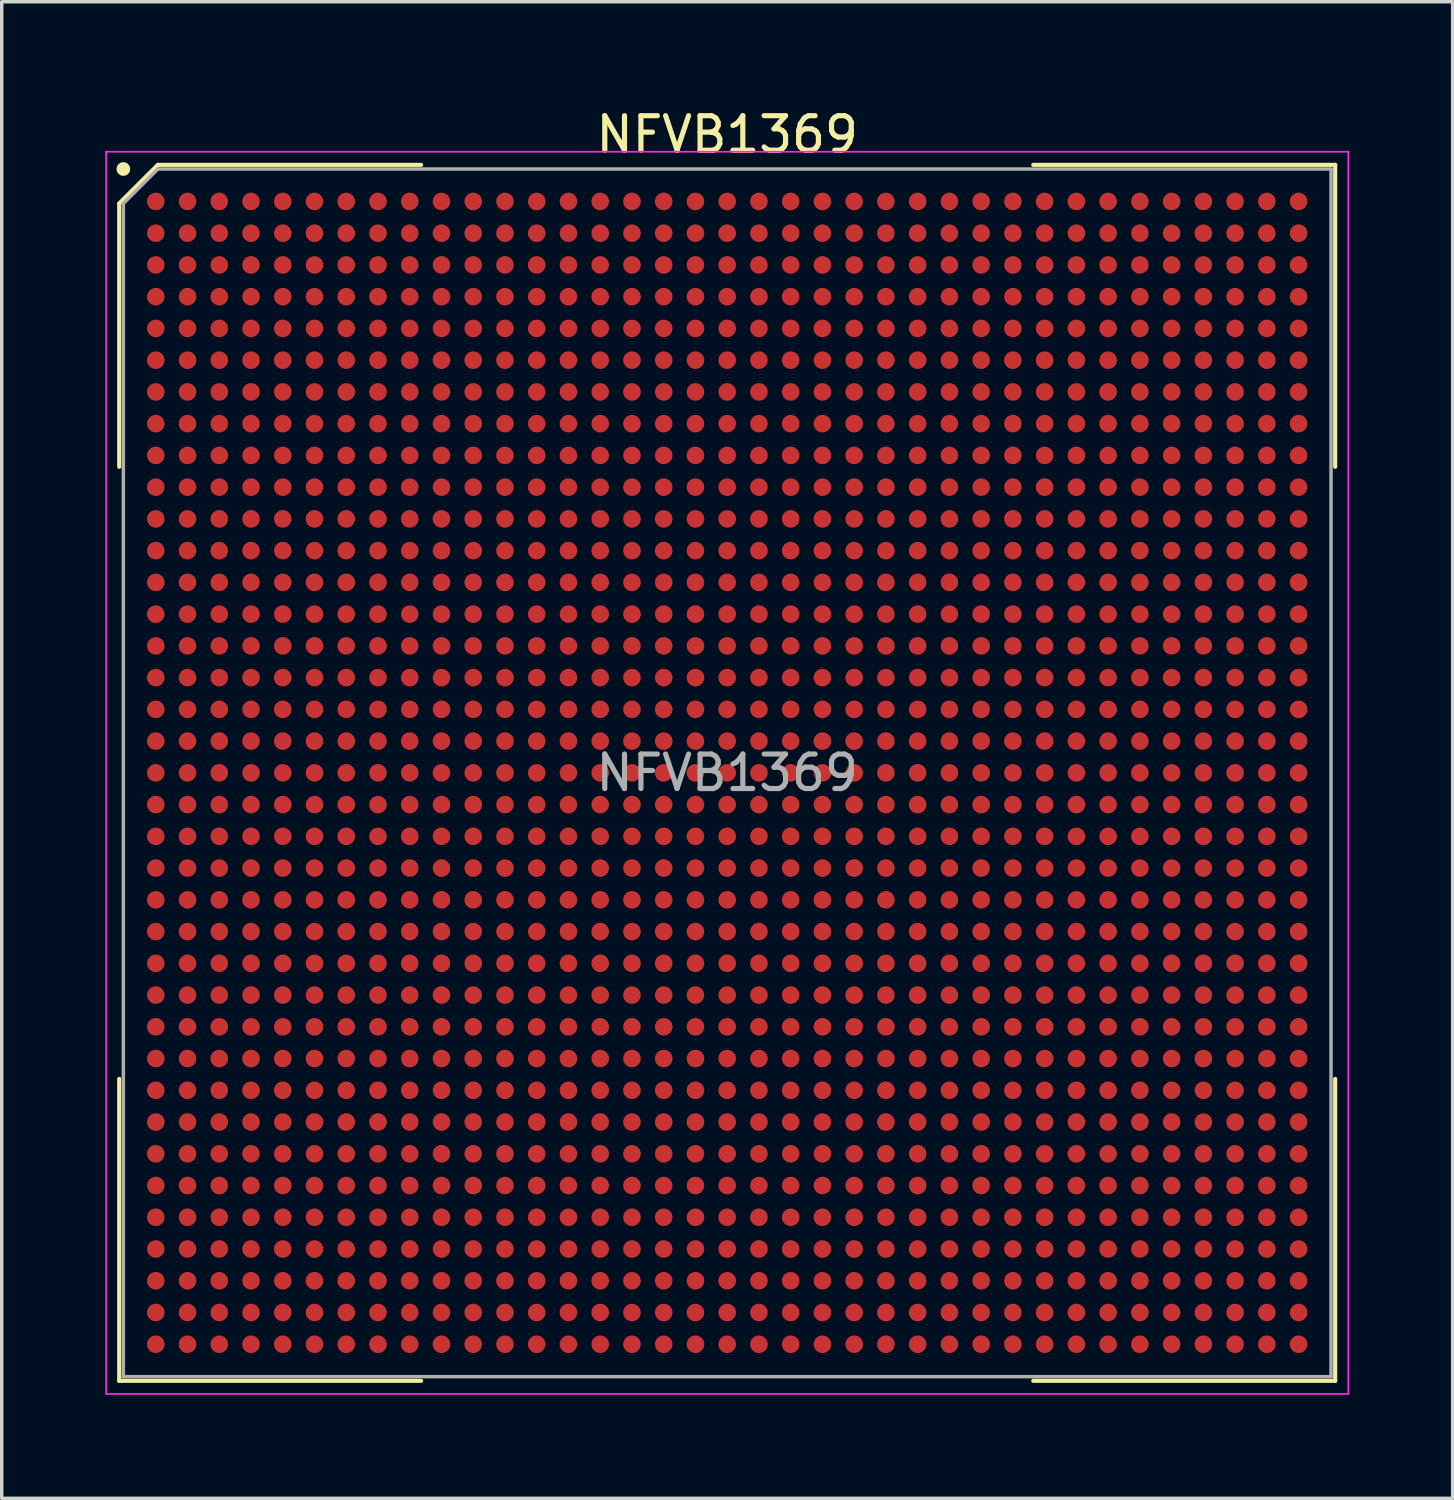
<source format=kicad_pcb>
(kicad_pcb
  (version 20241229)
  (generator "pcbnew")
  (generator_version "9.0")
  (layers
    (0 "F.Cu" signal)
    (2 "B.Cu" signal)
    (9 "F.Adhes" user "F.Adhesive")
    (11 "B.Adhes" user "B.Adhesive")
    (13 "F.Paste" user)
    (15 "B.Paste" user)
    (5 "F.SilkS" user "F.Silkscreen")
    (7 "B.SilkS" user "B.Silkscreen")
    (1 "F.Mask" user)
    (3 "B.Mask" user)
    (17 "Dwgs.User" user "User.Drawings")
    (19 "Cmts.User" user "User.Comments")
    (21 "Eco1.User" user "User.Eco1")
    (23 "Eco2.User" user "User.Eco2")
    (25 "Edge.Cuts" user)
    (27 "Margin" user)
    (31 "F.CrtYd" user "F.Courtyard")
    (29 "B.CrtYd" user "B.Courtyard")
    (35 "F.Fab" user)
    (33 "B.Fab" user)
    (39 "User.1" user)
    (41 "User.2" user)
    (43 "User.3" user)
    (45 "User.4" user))
  (footprint "NFVB1369"
    (layer "F.Cu")
    (at 18.025 19.348)
    (property "Reference" "NFVB1369" (at 0 -18.5 0) (layer "F.SilkS") (effects (font (size 1 1) (thickness 0.15))))
    (attr smd)
    (fp_line (start -17.62 -16.5) (end -17.62 -8.87) (stroke (width 0.12) (type default)) (layer "F.SilkS"))
    (fp_line (start -17.62 17.62) (end -17.62 8.87) (stroke (width 0.12) (type default)) (layer "F.SilkS"))
    (fp_line (start -16.5 -17.62) (end -17.62 -16.5) (stroke (width 0.12) (type default)) (layer "F.SilkS"))
    (fp_line (start -8.87 -17.62) (end -16.5 -17.62) (stroke (width 0.12) (type default)) (layer "F.SilkS"))
    (fp_line (start -8.87 17.62) (end -17.62 17.62) (stroke (width 0.12) (type default)) (layer "F.SilkS"))
    (fp_line (start 8.87 -17.62) (end 17.62 -17.62) (stroke (width 0.12) (type default)) (layer "F.SilkS"))
    (fp_line (start 8.87 17.62) (end 17.62 17.62) (stroke (width 0.12) (type default)) (layer "F.SilkS"))
    (fp_line (start 17.62 -17.62) (end 17.62 -8.87) (stroke (width 0.12) (type default)) (layer "F.SilkS"))
    (fp_line (start 17.62 17.62) (end 17.62 8.87) (stroke (width 0.12) (type default)) (layer "F.SilkS"))
    (fp_circle (center -17.5 -17.5) (end -17.5 -17.4) (stroke (width 0.2) (type default)) (fill no) (layer "F.SilkS"))
    (fp_line (start -18 -18) (end 18 -18) (stroke (width 0.05) (type default)) (layer "F.CrtYd"))
    (fp_line (start -18 18) (end -18 -18) (stroke (width 0.05) (type default)) (layer "F.CrtYd"))
    (fp_line (start 18 -18) (end 18 18) (stroke (width 0.05) (type default)) (layer "F.CrtYd"))
    (fp_line (start 18 18) (end -18 18) (stroke (width 0.05) (type default)) (layer "F.CrtYd"))
    (fp_line (start -17.5 -16.5) (end -17.5 17.5) (stroke (width 0.1) (type default)) (layer "F.Fab"))
    (fp_line (start -17.5 17.5) (end 17.5 17.5) (stroke (width 0.1) (type default)) (layer "F.Fab"))
    (fp_line (start -16.5 -17.5) (end -17.5 -16.5) (stroke (width 0.1) (type default)) (layer "F.Fab"))
    (fp_line (start 17.5 -17.5) (end -16.5 -17.5) (stroke (width 0.1) (type default)) (layer "F.Fab"))
    (fp_line (start 17.5 17.5) (end 17.5 -17.5) (stroke (width 0.1) (type default)) (layer "F.Fab"))
    (fp_text user "${REFERENCE}" (at 0 0 0) (layer "F.Fab") (effects (font (size 1 1) (thickness 0.15))))
    (pad "A1" smd circle (at -16.56 -16.56) (size 0.51 0.51) (layers "F.Cu" "F.Mask" "F.Paste"))
    (pad "A2" smd circle (at -15.64 -16.56) (size 0.51 0.51) (layers "F.Cu" "F.Mask" "F.Paste"))
    (pad "A3" smd circle (at -14.72 -16.56) (size 0.51 0.51) (layers "F.Cu" "F.Mask" "F.Paste"))
    (pad "A4" smd circle (at -13.8 -16.56) (size 0.51 0.51) (layers "F.Cu" "F.Mask" "F.Paste"))
    (pad "A5" smd circle (at -12.88 -16.56) (size 0.51 0.51) (layers "F.Cu" "F.Mask" "F.Paste"))
    (pad "A6" smd circle (at -11.96 -16.56) (size 0.51 0.51) (layers "F.Cu" "F.Mask" "F.Paste"))
    (pad "A7" smd circle (at -11.04 -16.56) (size 0.51 0.51) (layers "F.Cu" "F.Mask" "F.Paste"))
    (pad "A8" smd circle (at -10.12 -16.56) (size 0.51 0.51) (layers "F.Cu" "F.Mask" "F.Paste"))
    (pad "A9" smd circle (at -9.2 -16.56) (size 0.51 0.51) (layers "F.Cu" "F.Mask" "F.Paste"))
    (pad "A10" smd circle (at -8.28 -16.56) (size 0.51 0.51) (layers "F.Cu" "F.Mask" "F.Paste"))
    (pad "A11" smd circle (at -7.36 -16.56) (size 0.51 0.51) (layers "F.Cu" "F.Mask" "F.Paste"))
    (pad "A12" smd circle (at -6.44 -16.56) (size 0.51 0.51) (layers "F.Cu" "F.Mask" "F.Paste"))
    (pad "A13" smd circle (at -5.52 -16.56) (size 0.51 0.51) (layers "F.Cu" "F.Mask" "F.Paste"))
    (pad "A14" smd circle (at -4.6 -16.56) (size 0.51 0.51) (layers "F.Cu" "F.Mask" "F.Paste"))
    (pad "A15" smd circle (at -3.68 -16.56) (size 0.51 0.51) (layers "F.Cu" "F.Mask" "F.Paste"))
    (pad "A16" smd circle (at -2.76 -16.56) (size 0.51 0.51) (layers "F.Cu" "F.Mask" "F.Paste"))
    (pad "A17" smd circle (at -1.84 -16.56) (size 0.51 0.51) (layers "F.Cu" "F.Mask" "F.Paste"))
    (pad "A18" smd circle (at -0.92 -16.56) (size 0.51 0.51) (layers "F.Cu" "F.Mask" "F.Paste"))
    (pad "A19" smd circle (at 0 -16.56) (size 0.51 0.51) (layers "F.Cu" "F.Mask" "F.Paste"))
    (pad "A20" smd circle (at 0.92 -16.56) (size 0.51 0.51) (layers "F.Cu" "F.Mask" "F.Paste"))
    (pad "A21" smd circle (at 1.84 -16.56) (size 0.51 0.51) (layers "F.Cu" "F.Mask" "F.Paste"))
    (pad "A22" smd circle (at 2.76 -16.56) (size 0.51 0.51) (layers "F.Cu" "F.Mask" "F.Paste"))
    (pad "A23" smd circle (at 3.68 -16.56) (size 0.51 0.51) (layers "F.Cu" "F.Mask" "F.Paste"))
    (pad "A24" smd circle (at 4.6 -16.56) (size 0.51 0.51) (layers "F.Cu" "F.Mask" "F.Paste"))
    (pad "A25" smd circle (at 5.52 -16.56) (size 0.51 0.51) (layers "F.Cu" "F.Mask" "F.Paste"))
    (pad "A26" smd circle (at 6.44 -16.56) (size 0.51 0.51) (layers "F.Cu" "F.Mask" "F.Paste"))
    (pad "A27" smd circle (at 7.36 -16.56) (size 0.51 0.51) (layers "F.Cu" "F.Mask" "F.Paste"))
    (pad "A28" smd circle (at 8.28 -16.56) (size 0.51 0.51) (layers "F.Cu" "F.Mask" "F.Paste"))
    (pad "A29" smd circle (at 9.2 -16.56) (size 0.51 0.51) (layers "F.Cu" "F.Mask" "F.Paste"))
    (pad "A30" smd circle (at 10.12 -16.56) (size 0.51 0.51) (layers "F.Cu" "F.Mask" "F.Paste"))
    (pad "A31" smd circle (at 11.04 -16.56) (size 0.51 0.51) (layers "F.Cu" "F.Mask" "F.Paste"))
    (pad "A32" smd circle (at 11.96 -16.56) (size 0.51 0.51) (layers "F.Cu" "F.Mask" "F.Paste"))
    (pad "A33" smd circle (at 12.88 -16.56) (size 0.51 0.51) (layers "F.Cu" "F.Mask" "F.Paste"))
    (pad "A34" smd circle (at 13.8 -16.56) (size 0.51 0.51) (layers "F.Cu" "F.Mask" "F.Paste"))
    (pad "A35" smd circle (at 14.72 -16.56) (size 0.51 0.51) (layers "F.Cu" "F.Mask" "F.Paste"))
    (pad "A36" smd circle (at 15.64 -16.56) (size 0.51 0.51) (layers "F.Cu" "F.Mask" "F.Paste"))
    (pad "A37" smd circle (at 16.56 -16.56) (size 0.51 0.51) (layers "F.Cu" "F.Mask" "F.Paste"))
    (pad "AA1" smd circle (at -16.56 1.84) (size 0.51 0.51) (layers "F.Cu" "F.Mask" "F.Paste"))
    (pad "AA2" smd circle (at -15.64 1.84) (size 0.51 0.51) (layers "F.Cu" "F.Mask" "F.Paste"))
    (pad "AA3" smd circle (at -14.72 1.84) (size 0.51 0.51) (layers "F.Cu" "F.Mask" "F.Paste"))
    (pad "AA4" smd circle (at -13.8 1.84) (size 0.51 0.51) (layers "F.Cu" "F.Mask" "F.Paste"))
    (pad "AA5" smd circle (at -12.88 1.84) (size 0.51 0.51) (layers "F.Cu" "F.Mask" "F.Paste"))
    (pad "AA6" smd circle (at -11.96 1.84) (size 0.51 0.51) (layers "F.Cu" "F.Mask" "F.Paste"))
    (pad "AA7" smd circle (at -11.04 1.84) (size 0.51 0.51) (layers "F.Cu" "F.Mask" "F.Paste"))
    (pad "AA8" smd circle (at -10.12 1.84) (size 0.51 0.51) (layers "F.Cu" "F.Mask" "F.Paste"))
    (pad "AA9" smd circle (at -9.2 1.84) (size 0.51 0.51) (layers "F.Cu" "F.Mask" "F.Paste"))
    (pad "AA10" smd circle (at -8.28 1.84) (size 0.51 0.51) (layers "F.Cu" "F.Mask" "F.Paste"))
    (pad "AA11" smd circle (at -7.36 1.84) (size 0.51 0.51) (layers "F.Cu" "F.Mask" "F.Paste"))
    (pad "AA12" smd circle (at -6.44 1.84) (size 0.51 0.51) (layers "F.Cu" "F.Mask" "F.Paste"))
    (pad "AA13" smd circle (at -5.52 1.84) (size 0.51 0.51) (layers "F.Cu" "F.Mask" "F.Paste"))
    (pad "AA14" smd circle (at -4.6 1.84) (size 0.51 0.51) (layers "F.Cu" "F.Mask" "F.Paste"))
    (pad "AA15" smd circle (at -3.68 1.84) (size 0.51 0.51) (layers "F.Cu" "F.Mask" "F.Paste"))
    (pad "AA16" smd circle (at -2.76 1.84) (size 0.51 0.51) (layers "F.Cu" "F.Mask" "F.Paste"))
    (pad "AA17" smd circle (at -1.84 1.84) (size 0.51 0.51) (layers "F.Cu" "F.Mask" "F.Paste"))
    (pad "AA18" smd circle (at -0.92 1.84) (size 0.51 0.51) (layers "F.Cu" "F.Mask" "F.Paste"))
    (pad "AA19" smd circle (at 0 1.84) (size 0.51 0.51) (layers "F.Cu" "F.Mask" "F.Paste"))
    (pad "AA20" smd circle (at 0.92 1.84) (size 0.51 0.51) (layers "F.Cu" "F.Mask" "F.Paste"))
    (pad "AA21" smd circle (at 1.84 1.84) (size 0.51 0.51) (layers "F.Cu" "F.Mask" "F.Paste"))
    (pad "AA22" smd circle (at 2.76 1.84) (size 0.51 0.51) (layers "F.Cu" "F.Mask" "F.Paste"))
    (pad "AA23" smd circle (at 3.68 1.84) (size 0.51 0.51) (layers "F.Cu" "F.Mask" "F.Paste"))
    (pad "AA24" smd circle (at 4.6 1.84) (size 0.51 0.51) (layers "F.Cu" "F.Mask" "F.Paste"))
    (pad "AA25" smd circle (at 5.52 1.84) (size 0.51 0.51) (layers "F.Cu" "F.Mask" "F.Paste"))
    (pad "AA26" smd circle (at 6.44 1.84) (size 0.51 0.51) (layers "F.Cu" "F.Mask" "F.Paste"))
    (pad "AA27" smd circle (at 7.36 1.84) (size 0.51 0.51) (layers "F.Cu" "F.Mask" "F.Paste"))
    (pad "AA28" smd circle (at 8.28 1.84) (size 0.51 0.51) (layers "F.Cu" "F.Mask" "F.Paste"))
    (pad "AA29" smd circle (at 9.2 1.84) (size 0.51 0.51) (layers "F.Cu" "F.Mask" "F.Paste"))
    (pad "AA30" smd circle (at 10.12 1.84) (size 0.51 0.51) (layers "F.Cu" "F.Mask" "F.Paste"))
    (pad "AA31" smd circle (at 11.04 1.84) (size 0.51 0.51) (layers "F.Cu" "F.Mask" "F.Paste"))
    (pad "AA32" smd circle (at 11.96 1.84) (size 0.51 0.51) (layers "F.Cu" "F.Mask" "F.Paste"))
    (pad "AA33" smd circle (at 12.88 1.84) (size 0.51 0.51) (layers "F.Cu" "F.Mask" "F.Paste"))
    (pad "AA34" smd circle (at 13.8 1.84) (size 0.51 0.51) (layers "F.Cu" "F.Mask" "F.Paste"))
    (pad "AA35" smd circle (at 14.72 1.84) (size 0.51 0.51) (layers "F.Cu" "F.Mask" "F.Paste"))
    (pad "AA36" smd circle (at 15.64 1.84) (size 0.51 0.51) (layers "F.Cu" "F.Mask" "F.Paste"))
    (pad "AA37" smd circle (at 16.56 1.84) (size 0.51 0.51) (layers "F.Cu" "F.Mask" "F.Paste"))
    (pad "AB1" smd circle (at -16.56 2.76) (size 0.51 0.51) (layers "F.Cu" "F.Mask" "F.Paste"))
    (pad "AB2" smd circle (at -15.64 2.76) (size 0.51 0.51) (layers "F.Cu" "F.Mask" "F.Paste"))
    (pad "AB3" smd circle (at -14.72 2.76) (size 0.51 0.51) (layers "F.Cu" "F.Mask" "F.Paste"))
    (pad "AB4" smd circle (at -13.8 2.76) (size 0.51 0.51) (layers "F.Cu" "F.Mask" "F.Paste"))
    (pad "AB5" smd circle (at -12.88 2.76) (size 0.51 0.51) (layers "F.Cu" "F.Mask" "F.Paste"))
    (pad "AB6" smd circle (at -11.96 2.76) (size 0.51 0.51) (layers "F.Cu" "F.Mask" "F.Paste"))
    (pad "AB7" smd circle (at -11.04 2.76) (size 0.51 0.51) (layers "F.Cu" "F.Mask" "F.Paste"))
    (pad "AB8" smd circle (at -10.12 2.76) (size 0.51 0.51) (layers "F.Cu" "F.Mask" "F.Paste"))
    (pad "AB9" smd circle (at -9.2 2.76) (size 0.51 0.51) (layers "F.Cu" "F.Mask" "F.Paste"))
    (pad "AB10" smd circle (at -8.28 2.76) (size 0.51 0.51) (layers "F.Cu" "F.Mask" "F.Paste"))
    (pad "AB11" smd circle (at -7.36 2.76) (size 0.51 0.51) (layers "F.Cu" "F.Mask" "F.Paste"))
    (pad "AB12" smd circle (at -6.44 2.76) (size 0.51 0.51) (layers "F.Cu" "F.Mask" "F.Paste"))
    (pad "AB13" smd circle (at -5.52 2.76) (size 0.51 0.51) (layers "F.Cu" "F.Mask" "F.Paste"))
    (pad "AB14" smd circle (at -4.6 2.76) (size 0.51 0.51) (layers "F.Cu" "F.Mask" "F.Paste"))
    (pad "AB15" smd circle (at -3.68 2.76) (size 0.51 0.51) (layers "F.Cu" "F.Mask" "F.Paste"))
    (pad "AB16" smd circle (at -2.76 2.76) (size 0.51 0.51) (layers "F.Cu" "F.Mask" "F.Paste"))
    (pad "AB17" smd circle (at -1.84 2.76) (size 0.51 0.51) (layers "F.Cu" "F.Mask" "F.Paste"))
    (pad "AB18" smd circle (at -0.92 2.76) (size 0.51 0.51) (layers "F.Cu" "F.Mask" "F.Paste"))
    (pad "AB19" smd circle (at 0 2.76) (size 0.51 0.51) (layers "F.Cu" "F.Mask" "F.Paste"))
    (pad "AB20" smd circle (at 0.92 2.76) (size 0.51 0.51) (layers "F.Cu" "F.Mask" "F.Paste"))
    (pad "AB21" smd circle (at 1.84 2.76) (size 0.51 0.51) (layers "F.Cu" "F.Mask" "F.Paste"))
    (pad "AB22" smd circle (at 2.76 2.76) (size 0.51 0.51) (layers "F.Cu" "F.Mask" "F.Paste"))
    (pad "AB23" smd circle (at 3.68 2.76) (size 0.51 0.51) (layers "F.Cu" "F.Mask" "F.Paste"))
    (pad "AB24" smd circle (at 4.6 2.76) (size 0.51 0.51) (layers "F.Cu" "F.Mask" "F.Paste"))
    (pad "AB25" smd circle (at 5.52 2.76) (size 0.51 0.51) (layers "F.Cu" "F.Mask" "F.Paste"))
    (pad "AB26" smd circle (at 6.44 2.76) (size 0.51 0.51) (layers "F.Cu" "F.Mask" "F.Paste"))
    (pad "AB27" smd circle (at 7.36 2.76) (size 0.51 0.51) (layers "F.Cu" "F.Mask" "F.Paste"))
    (pad "AB28" smd circle (at 8.28 2.76) (size 0.51 0.51) (layers "F.Cu" "F.Mask" "F.Paste"))
    (pad "AB29" smd circle (at 9.2 2.76) (size 0.51 0.51) (layers "F.Cu" "F.Mask" "F.Paste"))
    (pad "AB30" smd circle (at 10.12 2.76) (size 0.51 0.51) (layers "F.Cu" "F.Mask" "F.Paste"))
    (pad "AB31" smd circle (at 11.04 2.76) (size 0.51 0.51) (layers "F.Cu" "F.Mask" "F.Paste"))
    (pad "AB32" smd circle (at 11.96 2.76) (size 0.51 0.51) (layers "F.Cu" "F.Mask" "F.Paste"))
    (pad "AB33" smd circle (at 12.88 2.76) (size 0.51 0.51) (layers "F.Cu" "F.Mask" "F.Paste"))
    (pad "AB34" smd circle (at 13.8 2.76) (size 0.51 0.51) (layers "F.Cu" "F.Mask" "F.Paste"))
    (pad "AB35" smd circle (at 14.72 2.76) (size 0.51 0.51) (layers "F.Cu" "F.Mask" "F.Paste"))
    (pad "AB36" smd circle (at 15.64 2.76) (size 0.51 0.51) (layers "F.Cu" "F.Mask" "F.Paste"))
    (pad "AB37" smd circle (at 16.56 2.76) (size 0.51 0.51) (layers "F.Cu" "F.Mask" "F.Paste"))
    (pad "AC1" smd circle (at -16.56 3.68) (size 0.51 0.51) (layers "F.Cu" "F.Mask" "F.Paste"))
    (pad "AC2" smd circle (at -15.64 3.68) (size 0.51 0.51) (layers "F.Cu" "F.Mask" "F.Paste"))
    (pad "AC3" smd circle (at -14.72 3.68) (size 0.51 0.51) (layers "F.Cu" "F.Mask" "F.Paste"))
    (pad "AC4" smd circle (at -13.8 3.68) (size 0.51 0.51) (layers "F.Cu" "F.Mask" "F.Paste"))
    (pad "AC5" smd circle (at -12.88 3.68) (size 0.51 0.51) (layers "F.Cu" "F.Mask" "F.Paste"))
    (pad "AC6" smd circle (at -11.96 3.68) (size 0.51 0.51) (layers "F.Cu" "F.Mask" "F.Paste"))
    (pad "AC7" smd circle (at -11.04 3.68) (size 0.51 0.51) (layers "F.Cu" "F.Mask" "F.Paste"))
    (pad "AC8" smd circle (at -10.12 3.68) (size 0.51 0.51) (layers "F.Cu" "F.Mask" "F.Paste"))
    (pad "AC9" smd circle (at -9.2 3.68) (size 0.51 0.51) (layers "F.Cu" "F.Mask" "F.Paste"))
    (pad "AC10" smd circle (at -8.28 3.68) (size 0.51 0.51) (layers "F.Cu" "F.Mask" "F.Paste"))
    (pad "AC11" smd circle (at -7.36 3.68) (size 0.51 0.51) (layers "F.Cu" "F.Mask" "F.Paste"))
    (pad "AC12" smd circle (at -6.44 3.68) (size 0.51 0.51) (layers "F.Cu" "F.Mask" "F.Paste"))
    (pad "AC13" smd circle (at -5.52 3.68) (size 0.51 0.51) (layers "F.Cu" "F.Mask" "F.Paste"))
    (pad "AC14" smd circle (at -4.6 3.68) (size 0.51 0.51) (layers "F.Cu" "F.Mask" "F.Paste"))
    (pad "AC15" smd circle (at -3.68 3.68) (size 0.51 0.51) (layers "F.Cu" "F.Mask" "F.Paste"))
    (pad "AC16" smd circle (at -2.76 3.68) (size 0.51 0.51) (layers "F.Cu" "F.Mask" "F.Paste"))
    (pad "AC17" smd circle (at -1.84 3.68) (size 0.51 0.51) (layers "F.Cu" "F.Mask" "F.Paste"))
    (pad "AC18" smd circle (at -0.92 3.68) (size 0.51 0.51) (layers "F.Cu" "F.Mask" "F.Paste"))
    (pad "AC19" smd circle (at 0 3.68) (size 0.51 0.51) (layers "F.Cu" "F.Mask" "F.Paste"))
    (pad "AC20" smd circle (at 0.92 3.68) (size 0.51 0.51) (layers "F.Cu" "F.Mask" "F.Paste"))
    (pad "AC21" smd circle (at 1.84 3.68) (size 0.51 0.51) (layers "F.Cu" "F.Mask" "F.Paste"))
    (pad "AC22" smd circle (at 2.76 3.68) (size 0.51 0.51) (layers "F.Cu" "F.Mask" "F.Paste"))
    (pad "AC23" smd circle (at 3.68 3.68) (size 0.51 0.51) (layers "F.Cu" "F.Mask" "F.Paste"))
    (pad "AC24" smd circle (at 4.6 3.68) (size 0.51 0.51) (layers "F.Cu" "F.Mask" "F.Paste"))
    (pad "AC25" smd circle (at 5.52 3.68) (size 0.51 0.51) (layers "F.Cu" "F.Mask" "F.Paste"))
    (pad "AC26" smd circle (at 6.44 3.68) (size 0.51 0.51) (layers "F.Cu" "F.Mask" "F.Paste"))
    (pad "AC27" smd circle (at 7.36 3.68) (size 0.51 0.51) (layers "F.Cu" "F.Mask" "F.Paste"))
    (pad "AC28" smd circle (at 8.28 3.68) (size 0.51 0.51) (layers "F.Cu" "F.Mask" "F.Paste"))
    (pad "AC29" smd circle (at 9.2 3.68) (size 0.51 0.51) (layers "F.Cu" "F.Mask" "F.Paste"))
    (pad "AC30" smd circle (at 10.12 3.68) (size 0.51 0.51) (layers "F.Cu" "F.Mask" "F.Paste"))
    (pad "AC31" smd circle (at 11.04 3.68) (size 0.51 0.51) (layers "F.Cu" "F.Mask" "F.Paste"))
    (pad "AC32" smd circle (at 11.96 3.68) (size 0.51 0.51) (layers "F.Cu" "F.Mask" "F.Paste"))
    (pad "AC33" smd circle (at 12.88 3.68) (size 0.51 0.51) (layers "F.Cu" "F.Mask" "F.Paste"))
    (pad "AC34" smd circle (at 13.8 3.68) (size 0.51 0.51) (layers "F.Cu" "F.Mask" "F.Paste"))
    (pad "AC35" smd circle (at 14.72 3.68) (size 0.51 0.51) (layers "F.Cu" "F.Mask" "F.Paste"))
    (pad "AC36" smd circle (at 15.64 3.68) (size 0.51 0.51) (layers "F.Cu" "F.Mask" "F.Paste"))
    (pad "AC37" smd circle (at 16.56 3.68) (size 0.51 0.51) (layers "F.Cu" "F.Mask" "F.Paste"))
    (pad "AD1" smd circle (at -16.56 4.6) (size 0.51 0.51) (layers "F.Cu" "F.Mask" "F.Paste"))
    (pad "AD2" smd circle (at -15.64 4.6) (size 0.51 0.51) (layers "F.Cu" "F.Mask" "F.Paste"))
    (pad "AD3" smd circle (at -14.72 4.6) (size 0.51 0.51) (layers "F.Cu" "F.Mask" "F.Paste"))
    (pad "AD4" smd circle (at -13.8 4.6) (size 0.51 0.51) (layers "F.Cu" "F.Mask" "F.Paste"))
    (pad "AD5" smd circle (at -12.88 4.6) (size 0.51 0.51) (layers "F.Cu" "F.Mask" "F.Paste"))
    (pad "AD6" smd circle (at -11.96 4.6) (size 0.51 0.51) (layers "F.Cu" "F.Mask" "F.Paste"))
    (pad "AD7" smd circle (at -11.04 4.6) (size 0.51 0.51) (layers "F.Cu" "F.Mask" "F.Paste"))
    (pad "AD8" smd circle (at -10.12 4.6) (size 0.51 0.51) (layers "F.Cu" "F.Mask" "F.Paste"))
    (pad "AD9" smd circle (at -9.2 4.6) (size 0.51 0.51) (layers "F.Cu" "F.Mask" "F.Paste"))
    (pad "AD10" smd circle (at -8.28 4.6) (size 0.51 0.51) (layers "F.Cu" "F.Mask" "F.Paste"))
    (pad "AD11" smd circle (at -7.36 4.6) (size 0.51 0.51) (layers "F.Cu" "F.Mask" "F.Paste"))
    (pad "AD12" smd circle (at -6.44 4.6) (size 0.51 0.51) (layers "F.Cu" "F.Mask" "F.Paste"))
    (pad "AD13" smd circle (at -5.52 4.6) (size 0.51 0.51) (layers "F.Cu" "F.Mask" "F.Paste"))
    (pad "AD14" smd circle (at -4.6 4.6) (size 0.51 0.51) (layers "F.Cu" "F.Mask" "F.Paste"))
    (pad "AD15" smd circle (at -3.68 4.6) (size 0.51 0.51) (layers "F.Cu" "F.Mask" "F.Paste"))
    (pad "AD16" smd circle (at -2.76 4.6) (size 0.51 0.51) (layers "F.Cu" "F.Mask" "F.Paste"))
    (pad "AD17" smd circle (at -1.84 4.6) (size 0.51 0.51) (layers "F.Cu" "F.Mask" "F.Paste"))
    (pad "AD18" smd circle (at -0.92 4.6) (size 0.51 0.51) (layers "F.Cu" "F.Mask" "F.Paste"))
    (pad "AD19" smd circle (at 0 4.6) (size 0.51 0.51) (layers "F.Cu" "F.Mask" "F.Paste"))
    (pad "AD20" smd circle (at 0.92 4.6) (size 0.51 0.51) (layers "F.Cu" "F.Mask" "F.Paste"))
    (pad "AD21" smd circle (at 1.84 4.6) (size 0.51 0.51) (layers "F.Cu" "F.Mask" "F.Paste"))
    (pad "AD22" smd circle (at 2.76 4.6) (size 0.51 0.51) (layers "F.Cu" "F.Mask" "F.Paste"))
    (pad "AD23" smd circle (at 3.68 4.6) (size 0.51 0.51) (layers "F.Cu" "F.Mask" "F.Paste"))
    (pad "AD24" smd circle (at 4.6 4.6) (size 0.51 0.51) (layers "F.Cu" "F.Mask" "F.Paste"))
    (pad "AD25" smd circle (at 5.52 4.6) (size 0.51 0.51) (layers "F.Cu" "F.Mask" "F.Paste"))
    (pad "AD26" smd circle (at 6.44 4.6) (size 0.51 0.51) (layers "F.Cu" "F.Mask" "F.Paste"))
    (pad "AD27" smd circle (at 7.36 4.6) (size 0.51 0.51) (layers "F.Cu" "F.Mask" "F.Paste"))
    (pad "AD28" smd circle (at 8.28 4.6) (size 0.51 0.51) (layers "F.Cu" "F.Mask" "F.Paste"))
    (pad "AD29" smd circle (at 9.2 4.6) (size 0.51 0.51) (layers "F.Cu" "F.Mask" "F.Paste"))
    (pad "AD30" smd circle (at 10.12 4.6) (size 0.51 0.51) (layers "F.Cu" "F.Mask" "F.Paste"))
    (pad "AD31" smd circle (at 11.04 4.6) (size 0.51 0.51) (layers "F.Cu" "F.Mask" "F.Paste"))
    (pad "AD32" smd circle (at 11.96 4.6) (size 0.51 0.51) (layers "F.Cu" "F.Mask" "F.Paste"))
    (pad "AD33" smd circle (at 12.88 4.6) (size 0.51 0.51) (layers "F.Cu" "F.Mask" "F.Paste"))
    (pad "AD34" smd circle (at 13.8 4.6) (size 0.51 0.51) (layers "F.Cu" "F.Mask" "F.Paste"))
    (pad "AD35" smd circle (at 14.72 4.6) (size 0.51 0.51) (layers "F.Cu" "F.Mask" "F.Paste"))
    (pad "AD36" smd circle (at 15.64 4.6) (size 0.51 0.51) (layers "F.Cu" "F.Mask" "F.Paste"))
    (pad "AD37" smd circle (at 16.56 4.6) (size 0.51 0.51) (layers "F.Cu" "F.Mask" "F.Paste"))
    (pad "AE1" smd circle (at -16.56 5.52) (size 0.51 0.51) (layers "F.Cu" "F.Mask" "F.Paste"))
    (pad "AE2" smd circle (at -15.64 5.52) (size 0.51 0.51) (layers "F.Cu" "F.Mask" "F.Paste"))
    (pad "AE3" smd circle (at -14.72 5.52) (size 0.51 0.51) (layers "F.Cu" "F.Mask" "F.Paste"))
    (pad "AE4" smd circle (at -13.8 5.52) (size 0.51 0.51) (layers "F.Cu" "F.Mask" "F.Paste"))
    (pad "AE5" smd circle (at -12.88 5.52) (size 0.51 0.51) (layers "F.Cu" "F.Mask" "F.Paste"))
    (pad "AE6" smd circle (at -11.96 5.52) (size 0.51 0.51) (layers "F.Cu" "F.Mask" "F.Paste"))
    (pad "AE7" smd circle (at -11.04 5.52) (size 0.51 0.51) (layers "F.Cu" "F.Mask" "F.Paste"))
    (pad "AE8" smd circle (at -10.12 5.52) (size 0.51 0.51) (layers "F.Cu" "F.Mask" "F.Paste"))
    (pad "AE9" smd circle (at -9.2 5.52) (size 0.51 0.51) (layers "F.Cu" "F.Mask" "F.Paste"))
    (pad "AE10" smd circle (at -8.28 5.52) (size 0.51 0.51) (layers "F.Cu" "F.Mask" "F.Paste"))
    (pad "AE11" smd circle (at -7.36 5.52) (size 0.51 0.51) (layers "F.Cu" "F.Mask" "F.Paste"))
    (pad "AE12" smd circle (at -6.44 5.52) (size 0.51 0.51) (layers "F.Cu" "F.Mask" "F.Paste"))
    (pad "AE13" smd circle (at -5.52 5.52) (size 0.51 0.51) (layers "F.Cu" "F.Mask" "F.Paste"))
    (pad "AE14" smd circle (at -4.6 5.52) (size 0.51 0.51) (layers "F.Cu" "F.Mask" "F.Paste"))
    (pad "AE15" smd circle (at -3.68 5.52) (size 0.51 0.51) (layers "F.Cu" "F.Mask" "F.Paste"))
    (pad "AE16" smd circle (at -2.76 5.52) (size 0.51 0.51) (layers "F.Cu" "F.Mask" "F.Paste"))
    (pad "AE17" smd circle (at -1.84 5.52) (size 0.51 0.51) (layers "F.Cu" "F.Mask" "F.Paste"))
    (pad "AE18" smd circle (at -0.92 5.52) (size 0.51 0.51) (layers "F.Cu" "F.Mask" "F.Paste"))
    (pad "AE19" smd circle (at 0 5.52) (size 0.51 0.51) (layers "F.Cu" "F.Mask" "F.Paste"))
    (pad "AE20" smd circle (at 0.92 5.52) (size 0.51 0.51) (layers "F.Cu" "F.Mask" "F.Paste"))
    (pad "AE21" smd circle (at 1.84 5.52) (size 0.51 0.51) (layers "F.Cu" "F.Mask" "F.Paste"))
    (pad "AE22" smd circle (at 2.76 5.52) (size 0.51 0.51) (layers "F.Cu" "F.Mask" "F.Paste"))
    (pad "AE23" smd circle (at 3.68 5.52) (size 0.51 0.51) (layers "F.Cu" "F.Mask" "F.Paste"))
    (pad "AE24" smd circle (at 4.6 5.52) (size 0.51 0.51) (layers "F.Cu" "F.Mask" "F.Paste"))
    (pad "AE25" smd circle (at 5.52 5.52) (size 0.51 0.51) (layers "F.Cu" "F.Mask" "F.Paste"))
    (pad "AE26" smd circle (at 6.44 5.52) (size 0.51 0.51) (layers "F.Cu" "F.Mask" "F.Paste"))
    (pad "AE27" smd circle (at 7.36 5.52) (size 0.51 0.51) (layers "F.Cu" "F.Mask" "F.Paste"))
    (pad "AE28" smd circle (at 8.28 5.52) (size 0.51 0.51) (layers "F.Cu" "F.Mask" "F.Paste"))
    (pad "AE29" smd circle (at 9.2 5.52) (size 0.51 0.51) (layers "F.Cu" "F.Mask" "F.Paste"))
    (pad "AE30" smd circle (at 10.12 5.52) (size 0.51 0.51) (layers "F.Cu" "F.Mask" "F.Paste"))
    (pad "AE31" smd circle (at 11.04 5.52) (size 0.51 0.51) (layers "F.Cu" "F.Mask" "F.Paste"))
    (pad "AE32" smd circle (at 11.96 5.52) (size 0.51 0.51) (layers "F.Cu" "F.Mask" "F.Paste"))
    (pad "AE33" smd circle (at 12.88 5.52) (size 0.51 0.51) (layers "F.Cu" "F.Mask" "F.Paste"))
    (pad "AE34" smd circle (at 13.8 5.52) (size 0.51 0.51) (layers "F.Cu" "F.Mask" "F.Paste"))
    (pad "AE35" smd circle (at 14.72 5.52) (size 0.51 0.51) (layers "F.Cu" "F.Mask" "F.Paste"))
    (pad "AE36" smd circle (at 15.64 5.52) (size 0.51 0.51) (layers "F.Cu" "F.Mask" "F.Paste"))
    (pad "AE37" smd circle (at 16.56 5.52) (size 0.51 0.51) (layers "F.Cu" "F.Mask" "F.Paste"))
    (pad "AF1" smd circle (at -16.56 6.44) (size 0.51 0.51) (layers "F.Cu" "F.Mask" "F.Paste"))
    (pad "AF2" smd circle (at -15.64 6.44) (size 0.51 0.51) (layers "F.Cu" "F.Mask" "F.Paste"))
    (pad "AF3" smd circle (at -14.72 6.44) (size 0.51 0.51) (layers "F.Cu" "F.Mask" "F.Paste"))
    (pad "AF4" smd circle (at -13.8 6.44) (size 0.51 0.51) (layers "F.Cu" "F.Mask" "F.Paste"))
    (pad "AF5" smd circle (at -12.88 6.44) (size 0.51 0.51) (layers "F.Cu" "F.Mask" "F.Paste"))
    (pad "AF6" smd circle (at -11.96 6.44) (size 0.51 0.51) (layers "F.Cu" "F.Mask" "F.Paste"))
    (pad "AF7" smd circle (at -11.04 6.44) (size 0.51 0.51) (layers "F.Cu" "F.Mask" "F.Paste"))
    (pad "AF8" smd circle (at -10.12 6.44) (size 0.51 0.51) (layers "F.Cu" "F.Mask" "F.Paste"))
    (pad "AF9" smd circle (at -9.2 6.44) (size 0.51 0.51) (layers "F.Cu" "F.Mask" "F.Paste"))
    (pad "AF10" smd circle (at -8.28 6.44) (size 0.51 0.51) (layers "F.Cu" "F.Mask" "F.Paste"))
    (pad "AF11" smd circle (at -7.36 6.44) (size 0.51 0.51) (layers "F.Cu" "F.Mask" "F.Paste"))
    (pad "AF12" smd circle (at -6.44 6.44) (size 0.51 0.51) (layers "F.Cu" "F.Mask" "F.Paste"))
    (pad "AF13" smd circle (at -5.52 6.44) (size 0.51 0.51) (layers "F.Cu" "F.Mask" "F.Paste"))
    (pad "AF14" smd circle (at -4.6 6.44) (size 0.51 0.51) (layers "F.Cu" "F.Mask" "F.Paste"))
    (pad "AF15" smd circle (at -3.68 6.44) (size 0.51 0.51) (layers "F.Cu" "F.Mask" "F.Paste"))
    (pad "AF16" smd circle (at -2.76 6.44) (size 0.51 0.51) (layers "F.Cu" "F.Mask" "F.Paste"))
    (pad "AF17" smd circle (at -1.84 6.44) (size 0.51 0.51) (layers "F.Cu" "F.Mask" "F.Paste"))
    (pad "AF18" smd circle (at -0.92 6.44) (size 0.51 0.51) (layers "F.Cu" "F.Mask" "F.Paste"))
    (pad "AF19" smd circle (at 0 6.44) (size 0.51 0.51) (layers "F.Cu" "F.Mask" "F.Paste"))
    (pad "AF20" smd circle (at 0.92 6.44) (size 0.51 0.51) (layers "F.Cu" "F.Mask" "F.Paste"))
    (pad "AF21" smd circle (at 1.84 6.44) (size 0.51 0.51) (layers "F.Cu" "F.Mask" "F.Paste"))
    (pad "AF22" smd circle (at 2.76 6.44) (size 0.51 0.51) (layers "F.Cu" "F.Mask" "F.Paste"))
    (pad "AF23" smd circle (at 3.68 6.44) (size 0.51 0.51) (layers "F.Cu" "F.Mask" "F.Paste"))
    (pad "AF24" smd circle (at 4.6 6.44) (size 0.51 0.51) (layers "F.Cu" "F.Mask" "F.Paste"))
    (pad "AF25" smd circle (at 5.52 6.44) (size 0.51 0.51) (layers "F.Cu" "F.Mask" "F.Paste"))
    (pad "AF26" smd circle (at 6.44 6.44) (size 0.51 0.51) (layers "F.Cu" "F.Mask" "F.Paste"))
    (pad "AF27" smd circle (at 7.36 6.44) (size 0.51 0.51) (layers "F.Cu" "F.Mask" "F.Paste"))
    (pad "AF28" smd circle (at 8.28 6.44) (size 0.51 0.51) (layers "F.Cu" "F.Mask" "F.Paste"))
    (pad "AF29" smd circle (at 9.2 6.44) (size 0.51 0.51) (layers "F.Cu" "F.Mask" "F.Paste"))
    (pad "AF30" smd circle (at 10.12 6.44) (size 0.51 0.51) (layers "F.Cu" "F.Mask" "F.Paste"))
    (pad "AF31" smd circle (at 11.04 6.44) (size 0.51 0.51) (layers "F.Cu" "F.Mask" "F.Paste"))
    (pad "AF32" smd circle (at 11.96 6.44) (size 0.51 0.51) (layers "F.Cu" "F.Mask" "F.Paste"))
    (pad "AF33" smd circle (at 12.88 6.44) (size 0.51 0.51) (layers "F.Cu" "F.Mask" "F.Paste"))
    (pad "AF34" smd circle (at 13.8 6.44) (size 0.51 0.51) (layers "F.Cu" "F.Mask" "F.Paste"))
    (pad "AF35" smd circle (at 14.72 6.44) (size 0.51 0.51) (layers "F.Cu" "F.Mask" "F.Paste"))
    (pad "AF36" smd circle (at 15.64 6.44) (size 0.51 0.51) (layers "F.Cu" "F.Mask" "F.Paste"))
    (pad "AF37" smd circle (at 16.56 6.44) (size 0.51 0.51) (layers "F.Cu" "F.Mask" "F.Paste"))
    (pad "AG1" smd circle (at -16.56 7.36) (size 0.51 0.51) (layers "F.Cu" "F.Mask" "F.Paste"))
    (pad "AG2" smd circle (at -15.64 7.36) (size 0.51 0.51) (layers "F.Cu" "F.Mask" "F.Paste"))
    (pad "AG3" smd circle (at -14.72 7.36) (size 0.51 0.51) (layers "F.Cu" "F.Mask" "F.Paste"))
    (pad "AG4" smd circle (at -13.8 7.36) (size 0.51 0.51) (layers "F.Cu" "F.Mask" "F.Paste"))
    (pad "AG5" smd circle (at -12.88 7.36) (size 0.51 0.51) (layers "F.Cu" "F.Mask" "F.Paste"))
    (pad "AG6" smd circle (at -11.96 7.36) (size 0.51 0.51) (layers "F.Cu" "F.Mask" "F.Paste"))
    (pad "AG7" smd circle (at -11.04 7.36) (size 0.51 0.51) (layers "F.Cu" "F.Mask" "F.Paste"))
    (pad "AG8" smd circle (at -10.12 7.36) (size 0.51 0.51) (layers "F.Cu" "F.Mask" "F.Paste"))
    (pad "AG9" smd circle (at -9.2 7.36) (size 0.51 0.51) (layers "F.Cu" "F.Mask" "F.Paste"))
    (pad "AG10" smd circle (at -8.28 7.36) (size 0.51 0.51) (layers "F.Cu" "F.Mask" "F.Paste"))
    (pad "AG11" smd circle (at -7.36 7.36) (size 0.51 0.51) (layers "F.Cu" "F.Mask" "F.Paste"))
    (pad "AG12" smd circle (at -6.44 7.36) (size 0.51 0.51) (layers "F.Cu" "F.Mask" "F.Paste"))
    (pad "AG13" smd circle (at -5.52 7.36) (size 0.51 0.51) (layers "F.Cu" "F.Mask" "F.Paste"))
    (pad "AG14" smd circle (at -4.6 7.36) (size 0.51 0.51) (layers "F.Cu" "F.Mask" "F.Paste"))
    (pad "AG15" smd circle (at -3.68 7.36) (size 0.51 0.51) (layers "F.Cu" "F.Mask" "F.Paste"))
    (pad "AG16" smd circle (at -2.76 7.36) (size 0.51 0.51) (layers "F.Cu" "F.Mask" "F.Paste"))
    (pad "AG17" smd circle (at -1.84 7.36) (size 0.51 0.51) (layers "F.Cu" "F.Mask" "F.Paste"))
    (pad "AG18" smd circle (at -0.92 7.36) (size 0.51 0.51) (layers "F.Cu" "F.Mask" "F.Paste"))
    (pad "AG19" smd circle (at 0 7.36) (size 0.51 0.51) (layers "F.Cu" "F.Mask" "F.Paste"))
    (pad "AG20" smd circle (at 0.92 7.36) (size 0.51 0.51) (layers "F.Cu" "F.Mask" "F.Paste"))
    (pad "AG21" smd circle (at 1.84 7.36) (size 0.51 0.51) (layers "F.Cu" "F.Mask" "F.Paste"))
    (pad "AG22" smd circle (at 2.76 7.36) (size 0.51 0.51) (layers "F.Cu" "F.Mask" "F.Paste"))
    (pad "AG23" smd circle (at 3.68 7.36) (size 0.51 0.51) (layers "F.Cu" "F.Mask" "F.Paste"))
    (pad "AG24" smd circle (at 4.6 7.36) (size 0.51 0.51) (layers "F.Cu" "F.Mask" "F.Paste"))
    (pad "AG25" smd circle (at 5.52 7.36) (size 0.51 0.51) (layers "F.Cu" "F.Mask" "F.Paste"))
    (pad "AG26" smd circle (at 6.44 7.36) (size 0.51 0.51) (layers "F.Cu" "F.Mask" "F.Paste"))
    (pad "AG27" smd circle (at 7.36 7.36) (size 0.51 0.51) (layers "F.Cu" "F.Mask" "F.Paste"))
    (pad "AG28" smd circle (at 8.28 7.36) (size 0.51 0.51) (layers "F.Cu" "F.Mask" "F.Paste"))
    (pad "AG29" smd circle (at 9.2 7.36) (size 0.51 0.51) (layers "F.Cu" "F.Mask" "F.Paste"))
    (pad "AG30" smd circle (at 10.12 7.36) (size 0.51 0.51) (layers "F.Cu" "F.Mask" "F.Paste"))
    (pad "AG31" smd circle (at 11.04 7.36) (size 0.51 0.51) (layers "F.Cu" "F.Mask" "F.Paste"))
    (pad "AG32" smd circle (at 11.96 7.36) (size 0.51 0.51) (layers "F.Cu" "F.Mask" "F.Paste"))
    (pad "AG33" smd circle (at 12.88 7.36) (size 0.51 0.51) (layers "F.Cu" "F.Mask" "F.Paste"))
    (pad "AG34" smd circle (at 13.8 7.36) (size 0.51 0.51) (layers "F.Cu" "F.Mask" "F.Paste"))
    (pad "AG35" smd circle (at 14.72 7.36) (size 0.51 0.51) (layers "F.Cu" "F.Mask" "F.Paste"))
    (pad "AG36" smd circle (at 15.64 7.36) (size 0.51 0.51) (layers "F.Cu" "F.Mask" "F.Paste"))
    (pad "AG37" smd circle (at 16.56 7.36) (size 0.51 0.51) (layers "F.Cu" "F.Mask" "F.Paste"))
    (pad "AH1" smd circle (at -16.56 8.28) (size 0.51 0.51) (layers "F.Cu" "F.Mask" "F.Paste"))
    (pad "AH2" smd circle (at -15.64 8.28) (size 0.51 0.51) (layers "F.Cu" "F.Mask" "F.Paste"))
    (pad "AH3" smd circle (at -14.72 8.28) (size 0.51 0.51) (layers "F.Cu" "F.Mask" "F.Paste"))
    (pad "AH4" smd circle (at -13.8 8.28) (size 0.51 0.51) (layers "F.Cu" "F.Mask" "F.Paste"))
    (pad "AH5" smd circle (at -12.88 8.28) (size 0.51 0.51) (layers "F.Cu" "F.Mask" "F.Paste"))
    (pad "AH6" smd circle (at -11.96 8.28) (size 0.51 0.51) (layers "F.Cu" "F.Mask" "F.Paste"))
    (pad "AH7" smd circle (at -11.04 8.28) (size 0.51 0.51) (layers "F.Cu" "F.Mask" "F.Paste"))
    (pad "AH8" smd circle (at -10.12 8.28) (size 0.51 0.51) (layers "F.Cu" "F.Mask" "F.Paste"))
    (pad "AH9" smd circle (at -9.2 8.28) (size 0.51 0.51) (layers "F.Cu" "F.Mask" "F.Paste"))
    (pad "AH10" smd circle (at -8.28 8.28) (size 0.51 0.51) (layers "F.Cu" "F.Mask" "F.Paste"))
    (pad "AH11" smd circle (at -7.36 8.28) (size 0.51 0.51) (layers "F.Cu" "F.Mask" "F.Paste"))
    (pad "AH12" smd circle (at -6.44 8.28) (size 0.51 0.51) (layers "F.Cu" "F.Mask" "F.Paste"))
    (pad "AH13" smd circle (at -5.52 8.28) (size 0.51 0.51) (layers "F.Cu" "F.Mask" "F.Paste"))
    (pad "AH14" smd circle (at -4.6 8.28) (size 0.51 0.51) (layers "F.Cu" "F.Mask" "F.Paste"))
    (pad "AH15" smd circle (at -3.68 8.28) (size 0.51 0.51) (layers "F.Cu" "F.Mask" "F.Paste"))
    (pad "AH16" smd circle (at -2.76 8.28) (size 0.51 0.51) (layers "F.Cu" "F.Mask" "F.Paste"))
    (pad "AH17" smd circle (at -1.84 8.28) (size 0.51 0.51) (layers "F.Cu" "F.Mask" "F.Paste"))
    (pad "AH18" smd circle (at -0.92 8.28) (size 0.51 0.51) (layers "F.Cu" "F.Mask" "F.Paste"))
    (pad "AH19" smd circle (at 0 8.28) (size 0.51 0.51) (layers "F.Cu" "F.Mask" "F.Paste"))
    (pad "AH20" smd circle (at 0.92 8.28) (size 0.51 0.51) (layers "F.Cu" "F.Mask" "F.Paste"))
    (pad "AH21" smd circle (at 1.84 8.28) (size 0.51 0.51) (layers "F.Cu" "F.Mask" "F.Paste"))
    (pad "AH22" smd circle (at 2.76 8.28) (size 0.51 0.51) (layers "F.Cu" "F.Mask" "F.Paste"))
    (pad "AH23" smd circle (at 3.68 8.28) (size 0.51 0.51) (layers "F.Cu" "F.Mask" "F.Paste"))
    (pad "AH24" smd circle (at 4.6 8.28) (size 0.51 0.51) (layers "F.Cu" "F.Mask" "F.Paste"))
    (pad "AH25" smd circle (at 5.52 8.28) (size 0.51 0.51) (layers "F.Cu" "F.Mask" "F.Paste"))
    (pad "AH26" smd circle (at 6.44 8.28) (size 0.51 0.51) (layers "F.Cu" "F.Mask" "F.Paste"))
    (pad "AH27" smd circle (at 7.36 8.28) (size 0.51 0.51) (layers "F.Cu" "F.Mask" "F.Paste"))
    (pad "AH28" smd circle (at 8.28 8.28) (size 0.51 0.51) (layers "F.Cu" "F.Mask" "F.Paste"))
    (pad "AH29" smd circle (at 9.2 8.28) (size 0.51 0.51) (layers "F.Cu" "F.Mask" "F.Paste"))
    (pad "AH30" smd circle (at 10.12 8.28) (size 0.51 0.51) (layers "F.Cu" "F.Mask" "F.Paste"))
    (pad "AH31" smd circle (at 11.04 8.28) (size 0.51 0.51) (layers "F.Cu" "F.Mask" "F.Paste"))
    (pad "AH32" smd circle (at 11.96 8.28) (size 0.51 0.51) (layers "F.Cu" "F.Mask" "F.Paste"))
    (pad "AH33" smd circle (at 12.88 8.28) (size 0.51 0.51) (layers "F.Cu" "F.Mask" "F.Paste"))
    (pad "AH34" smd circle (at 13.8 8.28) (size 0.51 0.51) (layers "F.Cu" "F.Mask" "F.Paste"))
    (pad "AH35" smd circle (at 14.72 8.28) (size 0.51 0.51) (layers "F.Cu" "F.Mask" "F.Paste"))
    (pad "AH36" smd circle (at 15.64 8.28) (size 0.51 0.51) (layers "F.Cu" "F.Mask" "F.Paste"))
    (pad "AH37" smd circle (at 16.56 8.28) (size 0.51 0.51) (layers "F.Cu" "F.Mask" "F.Paste"))
    (pad "AJ1" smd circle (at -16.56 9.2) (size 0.51 0.51) (layers "F.Cu" "F.Mask" "F.Paste"))
    (pad "AJ2" smd circle (at -15.64 9.2) (size 0.51 0.51) (layers "F.Cu" "F.Mask" "F.Paste"))
    (pad "AJ3" smd circle (at -14.72 9.2) (size 0.51 0.51) (layers "F.Cu" "F.Mask" "F.Paste"))
    (pad "AJ4" smd circle (at -13.8 9.2) (size 0.51 0.51) (layers "F.Cu" "F.Mask" "F.Paste"))
    (pad "AJ5" smd circle (at -12.88 9.2) (size 0.51 0.51) (layers "F.Cu" "F.Mask" "F.Paste"))
    (pad "AJ6" smd circle (at -11.96 9.2) (size 0.51 0.51) (layers "F.Cu" "F.Mask" "F.Paste"))
    (pad "AJ7" smd circle (at -11.04 9.2) (size 0.51 0.51) (layers "F.Cu" "F.Mask" "F.Paste"))
    (pad "AJ8" smd circle (at -10.12 9.2) (size 0.51 0.51) (layers "F.Cu" "F.Mask" "F.Paste"))
    (pad "AJ9" smd circle (at -9.2 9.2) (size 0.51 0.51) (layers "F.Cu" "F.Mask" "F.Paste"))
    (pad "AJ10" smd circle (at -8.28 9.2) (size 0.51 0.51) (layers "F.Cu" "F.Mask" "F.Paste"))
    (pad "AJ11" smd circle (at -7.36 9.2) (size 0.51 0.51) (layers "F.Cu" "F.Mask" "F.Paste"))
    (pad "AJ12" smd circle (at -6.44 9.2) (size 0.51 0.51) (layers "F.Cu" "F.Mask" "F.Paste"))
    (pad "AJ13" smd circle (at -5.52 9.2) (size 0.51 0.51) (layers "F.Cu" "F.Mask" "F.Paste"))
    (pad "AJ14" smd circle (at -4.6 9.2) (size 0.51 0.51) (layers "F.Cu" "F.Mask" "F.Paste"))
    (pad "AJ15" smd circle (at -3.68 9.2) (size 0.51 0.51) (layers "F.Cu" "F.Mask" "F.Paste"))
    (pad "AJ16" smd circle (at -2.76 9.2) (size 0.51 0.51) (layers "F.Cu" "F.Mask" "F.Paste"))
    (pad "AJ17" smd circle (at -1.84 9.2) (size 0.51 0.51) (layers "F.Cu" "F.Mask" "F.Paste"))
    (pad "AJ18" smd circle (at -0.92 9.2) (size 0.51 0.51) (layers "F.Cu" "F.Mask" "F.Paste"))
    (pad "AJ19" smd circle (at 0 9.2) (size 0.51 0.51) (layers "F.Cu" "F.Mask" "F.Paste"))
    (pad "AJ20" smd circle (at 0.92 9.2) (size 0.51 0.51) (layers "F.Cu" "F.Mask" "F.Paste"))
    (pad "AJ21" smd circle (at 1.84 9.2) (size 0.51 0.51) (layers "F.Cu" "F.Mask" "F.Paste"))
    (pad "AJ22" smd circle (at 2.76 9.2) (size 0.51 0.51) (layers "F.Cu" "F.Mask" "F.Paste"))
    (pad "AJ23" smd circle (at 3.68 9.2) (size 0.51 0.51) (layers "F.Cu" "F.Mask" "F.Paste"))
    (pad "AJ24" smd circle (at 4.6 9.2) (size 0.51 0.51) (layers "F.Cu" "F.Mask" "F.Paste"))
    (pad "AJ25" smd circle (at 5.52 9.2) (size 0.51 0.51) (layers "F.Cu" "F.Mask" "F.Paste"))
    (pad "AJ26" smd circle (at 6.44 9.2) (size 0.51 0.51) (layers "F.Cu" "F.Mask" "F.Paste"))
    (pad "AJ27" smd circle (at 7.36 9.2) (size 0.51 0.51) (layers "F.Cu" "F.Mask" "F.Paste"))
    (pad "AJ28" smd circle (at 8.28 9.2) (size 0.51 0.51) (layers "F.Cu" "F.Mask" "F.Paste"))
    (pad "AJ29" smd circle (at 9.2 9.2) (size 0.51 0.51) (layers "F.Cu" "F.Mask" "F.Paste"))
    (pad "AJ30" smd circle (at 10.12 9.2) (size 0.51 0.51) (layers "F.Cu" "F.Mask" "F.Paste"))
    (pad "AJ31" smd circle (at 11.04 9.2) (size 0.51 0.51) (layers "F.Cu" "F.Mask" "F.Paste"))
    (pad "AJ32" smd circle (at 11.96 9.2) (size 0.51 0.51) (layers "F.Cu" "F.Mask" "F.Paste"))
    (pad "AJ33" smd circle (at 12.88 9.2) (size 0.51 0.51) (layers "F.Cu" "F.Mask" "F.Paste"))
    (pad "AJ34" smd circle (at 13.8 9.2) (size 0.51 0.51) (layers "F.Cu" "F.Mask" "F.Paste"))
    (pad "AJ35" smd circle (at 14.72 9.2) (size 0.51 0.51) (layers "F.Cu" "F.Mask" "F.Paste"))
    (pad "AJ36" smd circle (at 15.64 9.2) (size 0.51 0.51) (layers "F.Cu" "F.Mask" "F.Paste"))
    (pad "AJ37" smd circle (at 16.56 9.2) (size 0.51 0.51) (layers "F.Cu" "F.Mask" "F.Paste"))
    (pad "AK1" smd circle (at -16.56 10.12) (size 0.51 0.51) (layers "F.Cu" "F.Mask" "F.Paste"))
    (pad "AK2" smd circle (at -15.64 10.12) (size 0.51 0.51) (layers "F.Cu" "F.Mask" "F.Paste"))
    (pad "AK3" smd circle (at -14.72 10.12) (size 0.51 0.51) (layers "F.Cu" "F.Mask" "F.Paste"))
    (pad "AK4" smd circle (at -13.8 10.12) (size 0.51 0.51) (layers "F.Cu" "F.Mask" "F.Paste"))
    (pad "AK5" smd circle (at -12.88 10.12) (size 0.51 0.51) (layers "F.Cu" "F.Mask" "F.Paste"))
    (pad "AK6" smd circle (at -11.96 10.12) (size 0.51 0.51) (layers "F.Cu" "F.Mask" "F.Paste"))
    (pad "AK7" smd circle (at -11.04 10.12) (size 0.51 0.51) (layers "F.Cu" "F.Mask" "F.Paste"))
    (pad "AK8" smd circle (at -10.12 10.12) (size 0.51 0.51) (layers "F.Cu" "F.Mask" "F.Paste"))
    (pad "AK9" smd circle (at -9.2 10.12) (size 0.51 0.51) (layers "F.Cu" "F.Mask" "F.Paste"))
    (pad "AK10" smd circle (at -8.28 10.12) (size 0.51 0.51) (layers "F.Cu" "F.Mask" "F.Paste"))
    (pad "AK11" smd circle (at -7.36 10.12) (size 0.51 0.51) (layers "F.Cu" "F.Mask" "F.Paste"))
    (pad "AK12" smd circle (at -6.44 10.12) (size 0.51 0.51) (layers "F.Cu" "F.Mask" "F.Paste"))
    (pad "AK13" smd circle (at -5.52 10.12) (size 0.51 0.51) (layers "F.Cu" "F.Mask" "F.Paste"))
    (pad "AK14" smd circle (at -4.6 10.12) (size 0.51 0.51) (layers "F.Cu" "F.Mask" "F.Paste"))
    (pad "AK15" smd circle (at -3.68 10.12) (size 0.51 0.51) (layers "F.Cu" "F.Mask" "F.Paste"))
    (pad "AK16" smd circle (at -2.76 10.12) (size 0.51 0.51) (layers "F.Cu" "F.Mask" "F.Paste"))
    (pad "AK17" smd circle (at -1.84 10.12) (size 0.51 0.51) (layers "F.Cu" "F.Mask" "F.Paste"))
    (pad "AK18" smd circle (at -0.92 10.12) (size 0.51 0.51) (layers "F.Cu" "F.Mask" "F.Paste"))
    (pad "AK19" smd circle (at 0 10.12) (size 0.51 0.51) (layers "F.Cu" "F.Mask" "F.Paste"))
    (pad "AK20" smd circle (at 0.92 10.12) (size 0.51 0.51) (layers "F.Cu" "F.Mask" "F.Paste"))
    (pad "AK21" smd circle (at 1.84 10.12) (size 0.51 0.51) (layers "F.Cu" "F.Mask" "F.Paste"))
    (pad "AK22" smd circle (at 2.76 10.12) (size 0.51 0.51) (layers "F.Cu" "F.Mask" "F.Paste"))
    (pad "AK23" smd circle (at 3.68 10.12) (size 0.51 0.51) (layers "F.Cu" "F.Mask" "F.Paste"))
    (pad "AK24" smd circle (at 4.6 10.12) (size 0.51 0.51) (layers "F.Cu" "F.Mask" "F.Paste"))
    (pad "AK25" smd circle (at 5.52 10.12) (size 0.51 0.51) (layers "F.Cu" "F.Mask" "F.Paste"))
    (pad "AK26" smd circle (at 6.44 10.12) (size 0.51 0.51) (layers "F.Cu" "F.Mask" "F.Paste"))
    (pad "AK27" smd circle (at 7.36 10.12) (size 0.51 0.51) (layers "F.Cu" "F.Mask" "F.Paste"))
    (pad "AK28" smd circle (at 8.28 10.12) (size 0.51 0.51) (layers "F.Cu" "F.Mask" "F.Paste"))
    (pad "AK29" smd circle (at 9.2 10.12) (size 0.51 0.51) (layers "F.Cu" "F.Mask" "F.Paste"))
    (pad "AK30" smd circle (at 10.12 10.12) (size 0.51 0.51) (layers "F.Cu" "F.Mask" "F.Paste"))
    (pad "AK31" smd circle (at 11.04 10.12) (size 0.51 0.51) (layers "F.Cu" "F.Mask" "F.Paste"))
    (pad "AK32" smd circle (at 11.96 10.12) (size 0.51 0.51) (layers "F.Cu" "F.Mask" "F.Paste"))
    (pad "AK33" smd circle (at 12.88 10.12) (size 0.51 0.51) (layers "F.Cu" "F.Mask" "F.Paste"))
    (pad "AK34" smd circle (at 13.8 10.12) (size 0.51 0.51) (layers "F.Cu" "F.Mask" "F.Paste"))
    (pad "AK35" smd circle (at 14.72 10.12) (size 0.51 0.51) (layers "F.Cu" "F.Mask" "F.Paste"))
    (pad "AK36" smd circle (at 15.64 10.12) (size 0.51 0.51) (layers "F.Cu" "F.Mask" "F.Paste"))
    (pad "AK37" smd circle (at 16.56 10.12) (size 0.51 0.51) (layers "F.Cu" "F.Mask" "F.Paste"))
    (pad "AL1" smd circle (at -16.56 11.04) (size 0.51 0.51) (layers "F.Cu" "F.Mask" "F.Paste"))
    (pad "AL2" smd circle (at -15.64 11.04) (size 0.51 0.51) (layers "F.Cu" "F.Mask" "F.Paste"))
    (pad "AL3" smd circle (at -14.72 11.04) (size 0.51 0.51) (layers "F.Cu" "F.Mask" "F.Paste"))
    (pad "AL4" smd circle (at -13.8 11.04) (size 0.51 0.51) (layers "F.Cu" "F.Mask" "F.Paste"))
    (pad "AL5" smd circle (at -12.88 11.04) (size 0.51 0.51) (layers "F.Cu" "F.Mask" "F.Paste"))
    (pad "AL6" smd circle (at -11.96 11.04) (size 0.51 0.51) (layers "F.Cu" "F.Mask" "F.Paste"))
    (pad "AL7" smd circle (at -11.04 11.04) (size 0.51 0.51) (layers "F.Cu" "F.Mask" "F.Paste"))
    (pad "AL8" smd circle (at -10.12 11.04) (size 0.51 0.51) (layers "F.Cu" "F.Mask" "F.Paste"))
    (pad "AL9" smd circle (at -9.2 11.04) (size 0.51 0.51) (layers "F.Cu" "F.Mask" "F.Paste"))
    (pad "AL10" smd circle (at -8.28 11.04) (size 0.51 0.51) (layers "F.Cu" "F.Mask" "F.Paste"))
    (pad "AL11" smd circle (at -7.36 11.04) (size 0.51 0.51) (layers "F.Cu" "F.Mask" "F.Paste"))
    (pad "AL12" smd circle (at -6.44 11.04) (size 0.51 0.51) (layers "F.Cu" "F.Mask" "F.Paste"))
    (pad "AL13" smd circle (at -5.52 11.04) (size 0.51 0.51) (layers "F.Cu" "F.Mask" "F.Paste"))
    (pad "AL14" smd circle (at -4.6 11.04) (size 0.51 0.51) (layers "F.Cu" "F.Mask" "F.Paste"))
    (pad "AL15" smd circle (at -3.68 11.04) (size 0.51 0.51) (layers "F.Cu" "F.Mask" "F.Paste"))
    (pad "AL16" smd circle (at -2.76 11.04) (size 0.51 0.51) (layers "F.Cu" "F.Mask" "F.Paste"))
    (pad "AL17" smd circle (at -1.84 11.04) (size 0.51 0.51) (layers "F.Cu" "F.Mask" "F.Paste"))
    (pad "AL18" smd circle (at -0.92 11.04) (size 0.51 0.51) (layers "F.Cu" "F.Mask" "F.Paste"))
    (pad "AL19" smd circle (at 0 11.04) (size 0.51 0.51) (layers "F.Cu" "F.Mask" "F.Paste"))
    (pad "AL20" smd circle (at 0.92 11.04) (size 0.51 0.51) (layers "F.Cu" "F.Mask" "F.Paste"))
    (pad "AL21" smd circle (at 1.84 11.04) (size 0.51 0.51) (layers "F.Cu" "F.Mask" "F.Paste"))
    (pad "AL22" smd circle (at 2.76 11.04) (size 0.51 0.51) (layers "F.Cu" "F.Mask" "F.Paste"))
    (pad "AL23" smd circle (at 3.68 11.04) (size 0.51 0.51) (layers "F.Cu" "F.Mask" "F.Paste"))
    (pad "AL24" smd circle (at 4.6 11.04) (size 0.51 0.51) (layers "F.Cu" "F.Mask" "F.Paste"))
    (pad "AL25" smd circle (at 5.52 11.04) (size 0.51 0.51) (layers "F.Cu" "F.Mask" "F.Paste"))
    (pad "AL26" smd circle (at 6.44 11.04) (size 0.51 0.51) (layers "F.Cu" "F.Mask" "F.Paste"))
    (pad "AL27" smd circle (at 7.36 11.04) (size 0.51 0.51) (layers "F.Cu" "F.Mask" "F.Paste"))
    (pad "AL28" smd circle (at 8.28 11.04) (size 0.51 0.51) (layers "F.Cu" "F.Mask" "F.Paste"))
    (pad "AL29" smd circle (at 9.2 11.04) (size 0.51 0.51) (layers "F.Cu" "F.Mask" "F.Paste"))
    (pad "AL30" smd circle (at 10.12 11.04) (size 0.51 0.51) (layers "F.Cu" "F.Mask" "F.Paste"))
    (pad "AL31" smd circle (at 11.04 11.04) (size 0.51 0.51) (layers "F.Cu" "F.Mask" "F.Paste"))
    (pad "AL32" smd circle (at 11.96 11.04) (size 0.51 0.51) (layers "F.Cu" "F.Mask" "F.Paste"))
    (pad "AL33" smd circle (at 12.88 11.04) (size 0.51 0.51) (layers "F.Cu" "F.Mask" "F.Paste"))
    (pad "AL34" smd circle (at 13.8 11.04) (size 0.51 0.51) (layers "F.Cu" "F.Mask" "F.Paste"))
    (pad "AL35" smd circle (at 14.72 11.04) (size 0.51 0.51) (layers "F.Cu" "F.Mask" "F.Paste"))
    (pad "AL36" smd circle (at 15.64 11.04) (size 0.51 0.51) (layers "F.Cu" "F.Mask" "F.Paste"))
    (pad "AL37" smd circle (at 16.56 11.04) (size 0.51 0.51) (layers "F.Cu" "F.Mask" "F.Paste"))
    (pad "AM1" smd circle (at -16.56 11.96) (size 0.51 0.51) (layers "F.Cu" "F.Mask" "F.Paste"))
    (pad "AM2" smd circle (at -15.64 11.96) (size 0.51 0.51) (layers "F.Cu" "F.Mask" "F.Paste"))
    (pad "AM3" smd circle (at -14.72 11.96) (size 0.51 0.51) (layers "F.Cu" "F.Mask" "F.Paste"))
    (pad "AM4" smd circle (at -13.8 11.96) (size 0.51 0.51) (layers "F.Cu" "F.Mask" "F.Paste"))
    (pad "AM5" smd circle (at -12.88 11.96) (size 0.51 0.51) (layers "F.Cu" "F.Mask" "F.Paste"))
    (pad "AM6" smd circle (at -11.96 11.96) (size 0.51 0.51) (layers "F.Cu" "F.Mask" "F.Paste"))
    (pad "AM7" smd circle (at -11.04 11.96) (size 0.51 0.51) (layers "F.Cu" "F.Mask" "F.Paste"))
    (pad "AM8" smd circle (at -10.12 11.96) (size 0.51 0.51) (layers "F.Cu" "F.Mask" "F.Paste"))
    (pad "AM9" smd circle (at -9.2 11.96) (size 0.51 0.51) (layers "F.Cu" "F.Mask" "F.Paste"))
    (pad "AM10" smd circle (at -8.28 11.96) (size 0.51 0.51) (layers "F.Cu" "F.Mask" "F.Paste"))
    (pad "AM11" smd circle (at -7.36 11.96) (size 0.51 0.51) (layers "F.Cu" "F.Mask" "F.Paste"))
    (pad "AM12" smd circle (at -6.44 11.96) (size 0.51 0.51) (layers "F.Cu" "F.Mask" "F.Paste"))
    (pad "AM13" smd circle (at -5.52 11.96) (size 0.51 0.51) (layers "F.Cu" "F.Mask" "F.Paste"))
    (pad "AM14" smd circle (at -4.6 11.96) (size 0.51 0.51) (layers "F.Cu" "F.Mask" "F.Paste"))
    (pad "AM15" smd circle (at -3.68 11.96) (size 0.51 0.51) (layers "F.Cu" "F.Mask" "F.Paste"))
    (pad "AM16" smd circle (at -2.76 11.96) (size 0.51 0.51) (layers "F.Cu" "F.Mask" "F.Paste"))
    (pad "AM17" smd circle (at -1.84 11.96) (size 0.51 0.51) (layers "F.Cu" "F.Mask" "F.Paste"))
    (pad "AM18" smd circle (at -0.92 11.96) (size 0.51 0.51) (layers "F.Cu" "F.Mask" "F.Paste"))
    (pad "AM19" smd circle (at 0 11.96) (size 0.51 0.51) (layers "F.Cu" "F.Mask" "F.Paste"))
    (pad "AM20" smd circle (at 0.92 11.96) (size 0.51 0.51) (layers "F.Cu" "F.Mask" "F.Paste"))
    (pad "AM21" smd circle (at 1.84 11.96) (size 0.51 0.51) (layers "F.Cu" "F.Mask" "F.Paste"))
    (pad "AM22" smd circle (at 2.76 11.96) (size 0.51 0.51) (layers "F.Cu" "F.Mask" "F.Paste"))
    (pad "AM23" smd circle (at 3.68 11.96) (size 0.51 0.51) (layers "F.Cu" "F.Mask" "F.Paste"))
    (pad "AM24" smd circle (at 4.6 11.96) (size 0.51 0.51) (layers "F.Cu" "F.Mask" "F.Paste"))
    (pad "AM25" smd circle (at 5.52 11.96) (size 0.51 0.51) (layers "F.Cu" "F.Mask" "F.Paste"))
    (pad "AM26" smd circle (at 6.44 11.96) (size 0.51 0.51) (layers "F.Cu" "F.Mask" "F.Paste"))
    (pad "AM27" smd circle (at 7.36 11.96) (size 0.51 0.51) (layers "F.Cu" "F.Mask" "F.Paste"))
    (pad "AM28" smd circle (at 8.28 11.96) (size 0.51 0.51) (layers "F.Cu" "F.Mask" "F.Paste"))
    (pad "AM29" smd circle (at 9.2 11.96) (size 0.51 0.51) (layers "F.Cu" "F.Mask" "F.Paste"))
    (pad "AM30" smd circle (at 10.12 11.96) (size 0.51 0.51) (layers "F.Cu" "F.Mask" "F.Paste"))
    (pad "AM31" smd circle (at 11.04 11.96) (size 0.51 0.51) (layers "F.Cu" "F.Mask" "F.Paste"))
    (pad "AM32" smd circle (at 11.96 11.96) (size 0.51 0.51) (layers "F.Cu" "F.Mask" "F.Paste"))
    (pad "AM33" smd circle (at 12.88 11.96) (size 0.51 0.51) (layers "F.Cu" "F.Mask" "F.Paste"))
    (pad "AM34" smd circle (at 13.8 11.96) (size 0.51 0.51) (layers "F.Cu" "F.Mask" "F.Paste"))
    (pad "AM35" smd circle (at 14.72 11.96) (size 0.51 0.51) (layers "F.Cu" "F.Mask" "F.Paste"))
    (pad "AM36" smd circle (at 15.64 11.96) (size 0.51 0.51) (layers "F.Cu" "F.Mask" "F.Paste"))
    (pad "AM37" smd circle (at 16.56 11.96) (size 0.51 0.51) (layers "F.Cu" "F.Mask" "F.Paste"))
    (pad "AN1" smd circle (at -16.56 12.88) (size 0.51 0.51) (layers "F.Cu" "F.Mask" "F.Paste"))
    (pad "AN2" smd circle (at -15.64 12.88) (size 0.51 0.51) (layers "F.Cu" "F.Mask" "F.Paste"))
    (pad "AN3" smd circle (at -14.72 12.88) (size 0.51 0.51) (layers "F.Cu" "F.Mask" "F.Paste"))
    (pad "AN4" smd circle (at -13.8 12.88) (size 0.51 0.51) (layers "F.Cu" "F.Mask" "F.Paste"))
    (pad "AN5" smd circle (at -12.88 12.88) (size 0.51 0.51) (layers "F.Cu" "F.Mask" "F.Paste"))
    (pad "AN6" smd circle (at -11.96 12.88) (size 0.51 0.51) (layers "F.Cu" "F.Mask" "F.Paste"))
    (pad "AN7" smd circle (at -11.04 12.88) (size 0.51 0.51) (layers "F.Cu" "F.Mask" "F.Paste"))
    (pad "AN8" smd circle (at -10.12 12.88) (size 0.51 0.51) (layers "F.Cu" "F.Mask" "F.Paste"))
    (pad "AN9" smd circle (at -9.2 12.88) (size 0.51 0.51) (layers "F.Cu" "F.Mask" "F.Paste"))
    (pad "AN10" smd circle (at -8.28 12.88) (size 0.51 0.51) (layers "F.Cu" "F.Mask" "F.Paste"))
    (pad "AN11" smd circle (at -7.36 12.88) (size 0.51 0.51) (layers "F.Cu" "F.Mask" "F.Paste"))
    (pad "AN12" smd circle (at -6.44 12.88) (size 0.51 0.51) (layers "F.Cu" "F.Mask" "F.Paste"))
    (pad "AN13" smd circle (at -5.52 12.88) (size 0.51 0.51) (layers "F.Cu" "F.Mask" "F.Paste"))
    (pad "AN14" smd circle (at -4.6 12.88) (size 0.51 0.51) (layers "F.Cu" "F.Mask" "F.Paste"))
    (pad "AN15" smd circle (at -3.68 12.88) (size 0.51 0.51) (layers "F.Cu" "F.Mask" "F.Paste"))
    (pad "AN16" smd circle (at -2.76 12.88) (size 0.51 0.51) (layers "F.Cu" "F.Mask" "F.Paste"))
    (pad "AN17" smd circle (at -1.84 12.88) (size 0.51 0.51) (layers "F.Cu" "F.Mask" "F.Paste"))
    (pad "AN18" smd circle (at -0.92 12.88) (size 0.51 0.51) (layers "F.Cu" "F.Mask" "F.Paste"))
    (pad "AN19" smd circle (at 0 12.88) (size 0.51 0.51) (layers "F.Cu" "F.Mask" "F.Paste"))
    (pad "AN20" smd circle (at 0.92 12.88) (size 0.51 0.51) (layers "F.Cu" "F.Mask" "F.Paste"))
    (pad "AN21" smd circle (at 1.84 12.88) (size 0.51 0.51) (layers "F.Cu" "F.Mask" "F.Paste"))
    (pad "AN22" smd circle (at 2.76 12.88) (size 0.51 0.51) (layers "F.Cu" "F.Mask" "F.Paste"))
    (pad "AN23" smd circle (at 3.68 12.88) (size 0.51 0.51) (layers "F.Cu" "F.Mask" "F.Paste"))
    (pad "AN24" smd circle (at 4.6 12.88) (size 0.51 0.51) (layers "F.Cu" "F.Mask" "F.Paste"))
    (pad "AN25" smd circle (at 5.52 12.88) (size 0.51 0.51) (layers "F.Cu" "F.Mask" "F.Paste"))
    (pad "AN26" smd circle (at 6.44 12.88) (size 0.51 0.51) (layers "F.Cu" "F.Mask" "F.Paste"))
    (pad "AN27" smd circle (at 7.36 12.88) (size 0.51 0.51) (layers "F.Cu" "F.Mask" "F.Paste"))
    (pad "AN28" smd circle (at 8.28 12.88) (size 0.51 0.51) (layers "F.Cu" "F.Mask" "F.Paste"))
    (pad "AN29" smd circle (at 9.2 12.88) (size 0.51 0.51) (layers "F.Cu" "F.Mask" "F.Paste"))
    (pad "AN30" smd circle (at 10.12 12.88) (size 0.51 0.51) (layers "F.Cu" "F.Mask" "F.Paste"))
    (pad "AN31" smd circle (at 11.04 12.88) (size 0.51 0.51) (layers "F.Cu" "F.Mask" "F.Paste"))
    (pad "AN32" smd circle (at 11.96 12.88) (size 0.51 0.51) (layers "F.Cu" "F.Mask" "F.Paste"))
    (pad "AN33" smd circle (at 12.88 12.88) (size 0.51 0.51) (layers "F.Cu" "F.Mask" "F.Paste"))
    (pad "AN34" smd circle (at 13.8 12.88) (size 0.51 0.51) (layers "F.Cu" "F.Mask" "F.Paste"))
    (pad "AN35" smd circle (at 14.72 12.88) (size 0.51 0.51) (layers "F.Cu" "F.Mask" "F.Paste"))
    (pad "AN36" smd circle (at 15.64 12.88) (size 0.51 0.51) (layers "F.Cu" "F.Mask" "F.Paste"))
    (pad "AN37" smd circle (at 16.56 12.88) (size 0.51 0.51) (layers "F.Cu" "F.Mask" "F.Paste"))
    (pad "AP1" smd circle (at -16.56 13.8) (size 0.51 0.51) (layers "F.Cu" "F.Mask" "F.Paste"))
    (pad "AP2" smd circle (at -15.64 13.8) (size 0.51 0.51) (layers "F.Cu" "F.Mask" "F.Paste"))
    (pad "AP3" smd circle (at -14.72 13.8) (size 0.51 0.51) (layers "F.Cu" "F.Mask" "F.Paste"))
    (pad "AP4" smd circle (at -13.8 13.8) (size 0.51 0.51) (layers "F.Cu" "F.Mask" "F.Paste"))
    (pad "AP5" smd circle (at -12.88 13.8) (size 0.51 0.51) (layers "F.Cu" "F.Mask" "F.Paste"))
    (pad "AP6" smd circle (at -11.96 13.8) (size 0.51 0.51) (layers "F.Cu" "F.Mask" "F.Paste"))
    (pad "AP7" smd circle (at -11.04 13.8) (size 0.51 0.51) (layers "F.Cu" "F.Mask" "F.Paste"))
    (pad "AP8" smd circle (at -10.12 13.8) (size 0.51 0.51) (layers "F.Cu" "F.Mask" "F.Paste"))
    (pad "AP9" smd circle (at -9.2 13.8) (size 0.51 0.51) (layers "F.Cu" "F.Mask" "F.Paste"))
    (pad "AP10" smd circle (at -8.28 13.8) (size 0.51 0.51) (layers "F.Cu" "F.Mask" "F.Paste"))
    (pad "AP11" smd circle (at -7.36 13.8) (size 0.51 0.51) (layers "F.Cu" "F.Mask" "F.Paste"))
    (pad "AP12" smd circle (at -6.44 13.8) (size 0.51 0.51) (layers "F.Cu" "F.Mask" "F.Paste"))
    (pad "AP13" smd circle (at -5.52 13.8) (size 0.51 0.51) (layers "F.Cu" "F.Mask" "F.Paste"))
    (pad "AP14" smd circle (at -4.6 13.8) (size 0.51 0.51) (layers "F.Cu" "F.Mask" "F.Paste"))
    (pad "AP15" smd circle (at -3.68 13.8) (size 0.51 0.51) (layers "F.Cu" "F.Mask" "F.Paste"))
    (pad "AP16" smd circle (at -2.76 13.8) (size 0.51 0.51) (layers "F.Cu" "F.Mask" "F.Paste"))
    (pad "AP17" smd circle (at -1.84 13.8) (size 0.51 0.51) (layers "F.Cu" "F.Mask" "F.Paste"))
    (pad "AP18" smd circle (at -0.92 13.8) (size 0.51 0.51) (layers "F.Cu" "F.Mask" "F.Paste"))
    (pad "AP19" smd circle (at 0 13.8) (size 0.51 0.51) (layers "F.Cu" "F.Mask" "F.Paste"))
    (pad "AP20" smd circle (at 0.92 13.8) (size 0.51 0.51) (layers "F.Cu" "F.Mask" "F.Paste"))
    (pad "AP21" smd circle (at 1.84 13.8) (size 0.51 0.51) (layers "F.Cu" "F.Mask" "F.Paste"))
    (pad "AP22" smd circle (at 2.76 13.8) (size 0.51 0.51) (layers "F.Cu" "F.Mask" "F.Paste"))
    (pad "AP23" smd circle (at 3.68 13.8) (size 0.51 0.51) (layers "F.Cu" "F.Mask" "F.Paste"))
    (pad "AP24" smd circle (at 4.6 13.8) (size 0.51 0.51) (layers "F.Cu" "F.Mask" "F.Paste"))
    (pad "AP25" smd circle (at 5.52 13.8) (size 0.51 0.51) (layers "F.Cu" "F.Mask" "F.Paste"))
    (pad "AP26" smd circle (at 6.44 13.8) (size 0.51 0.51) (layers "F.Cu" "F.Mask" "F.Paste"))
    (pad "AP27" smd circle (at 7.36 13.8) (size 0.51 0.51) (layers "F.Cu" "F.Mask" "F.Paste"))
    (pad "AP28" smd circle (at 8.28 13.8) (size 0.51 0.51) (layers "F.Cu" "F.Mask" "F.Paste"))
    (pad "AP29" smd circle (at 9.2 13.8) (size 0.51 0.51) (layers "F.Cu" "F.Mask" "F.Paste"))
    (pad "AP30" smd circle (at 10.12 13.8) (size 0.51 0.51) (layers "F.Cu" "F.Mask" "F.Paste"))
    (pad "AP31" smd circle (at 11.04 13.8) (size 0.51 0.51) (layers "F.Cu" "F.Mask" "F.Paste"))
    (pad "AP32" smd circle (at 11.96 13.8) (size 0.51 0.51) (layers "F.Cu" "F.Mask" "F.Paste"))
    (pad "AP33" smd circle (at 12.88 13.8) (size 0.51 0.51) (layers "F.Cu" "F.Mask" "F.Paste"))
    (pad "AP34" smd circle (at 13.8 13.8) (size 0.51 0.51) (layers "F.Cu" "F.Mask" "F.Paste"))
    (pad "AP35" smd circle (at 14.72 13.8) (size 0.51 0.51) (layers "F.Cu" "F.Mask" "F.Paste"))
    (pad "AP36" smd circle (at 15.64 13.8) (size 0.51 0.51) (layers "F.Cu" "F.Mask" "F.Paste"))
    (pad "AP37" smd circle (at 16.56 13.8) (size 0.51 0.51) (layers "F.Cu" "F.Mask" "F.Paste"))
    (pad "AR1" smd circle (at -16.56 14.72) (size 0.51 0.51) (layers "F.Cu" "F.Mask" "F.Paste"))
    (pad "AR2" smd circle (at -15.64 14.72) (size 0.51 0.51) (layers "F.Cu" "F.Mask" "F.Paste"))
    (pad "AR3" smd circle (at -14.72 14.72) (size 0.51 0.51) (layers "F.Cu" "F.Mask" "F.Paste"))
    (pad "AR4" smd circle (at -13.8 14.72) (size 0.51 0.51) (layers "F.Cu" "F.Mask" "F.Paste"))
    (pad "AR5" smd circle (at -12.88 14.72) (size 0.51 0.51) (layers "F.Cu" "F.Mask" "F.Paste"))
    (pad "AR6" smd circle (at -11.96 14.72) (size 0.51 0.51) (layers "F.Cu" "F.Mask" "F.Paste"))
    (pad "AR7" smd circle (at -11.04 14.72) (size 0.51 0.51) (layers "F.Cu" "F.Mask" "F.Paste"))
    (pad "AR8" smd circle (at -10.12 14.72) (size 0.51 0.51) (layers "F.Cu" "F.Mask" "F.Paste"))
    (pad "AR9" smd circle (at -9.2 14.72) (size 0.51 0.51) (layers "F.Cu" "F.Mask" "F.Paste"))
    (pad "AR10" smd circle (at -8.28 14.72) (size 0.51 0.51) (layers "F.Cu" "F.Mask" "F.Paste"))
    (pad "AR11" smd circle (at -7.36 14.72) (size 0.51 0.51) (layers "F.Cu" "F.Mask" "F.Paste"))
    (pad "AR12" smd circle (at -6.44 14.72) (size 0.51 0.51) (layers "F.Cu" "F.Mask" "F.Paste"))
    (pad "AR13" smd circle (at -5.52 14.72) (size 0.51 0.51) (layers "F.Cu" "F.Mask" "F.Paste"))
    (pad "AR14" smd circle (at -4.6 14.72) (size 0.51 0.51) (layers "F.Cu" "F.Mask" "F.Paste"))
    (pad "AR15" smd circle (at -3.68 14.72) (size 0.51 0.51) (layers "F.Cu" "F.Mask" "F.Paste"))
    (pad "AR16" smd circle (at -2.76 14.72) (size 0.51 0.51) (layers "F.Cu" "F.Mask" "F.Paste"))
    (pad "AR17" smd circle (at -1.84 14.72) (size 0.51 0.51) (layers "F.Cu" "F.Mask" "F.Paste"))
    (pad "AR18" smd circle (at -0.92 14.72) (size 0.51 0.51) (layers "F.Cu" "F.Mask" "F.Paste"))
    (pad "AR19" smd circle (at 0 14.72) (size 0.51 0.51) (layers "F.Cu" "F.Mask" "F.Paste"))
    (pad "AR20" smd circle (at 0.92 14.72) (size 0.51 0.51) (layers "F.Cu" "F.Mask" "F.Paste"))
    (pad "AR21" smd circle (at 1.84 14.72) (size 0.51 0.51) (layers "F.Cu" "F.Mask" "F.Paste"))
    (pad "AR22" smd circle (at 2.76 14.72) (size 0.51 0.51) (layers "F.Cu" "F.Mask" "F.Paste"))
    (pad "AR23" smd circle (at 3.68 14.72) (size 0.51 0.51) (layers "F.Cu" "F.Mask" "F.Paste"))
    (pad "AR24" smd circle (at 4.6 14.72) (size 0.51 0.51) (layers "F.Cu" "F.Mask" "F.Paste"))
    (pad "AR25" smd circle (at 5.52 14.72) (size 0.51 0.51) (layers "F.Cu" "F.Mask" "F.Paste"))
    (pad "AR26" smd circle (at 6.44 14.72) (size 0.51 0.51) (layers "F.Cu" "F.Mask" "F.Paste"))
    (pad "AR27" smd circle (at 7.36 14.72) (size 0.51 0.51) (layers "F.Cu" "F.Mask" "F.Paste"))
    (pad "AR28" smd circle (at 8.28 14.72) (size 0.51 0.51) (layers "F.Cu" "F.Mask" "F.Paste"))
    (pad "AR29" smd circle (at 9.2 14.72) (size 0.51 0.51) (layers "F.Cu" "F.Mask" "F.Paste"))
    (pad "AR30" smd circle (at 10.12 14.72) (size 0.51 0.51) (layers "F.Cu" "F.Mask" "F.Paste"))
    (pad "AR31" smd circle (at 11.04 14.72) (size 0.51 0.51) (layers "F.Cu" "F.Mask" "F.Paste"))
    (pad "AR32" smd circle (at 11.96 14.72) (size 0.51 0.51) (layers "F.Cu" "F.Mask" "F.Paste"))
    (pad "AR33" smd circle (at 12.88 14.72) (size 0.51 0.51) (layers "F.Cu" "F.Mask" "F.Paste"))
    (pad "AR34" smd circle (at 13.8 14.72) (size 0.51 0.51) (layers "F.Cu" "F.Mask" "F.Paste"))
    (pad "AR35" smd circle (at 14.72 14.72) (size 0.51 0.51) (layers "F.Cu" "F.Mask" "F.Paste"))
    (pad "AR36" smd circle (at 15.64 14.72) (size 0.51 0.51) (layers "F.Cu" "F.Mask" "F.Paste"))
    (pad "AR37" smd circle (at 16.56 14.72) (size 0.51 0.51) (layers "F.Cu" "F.Mask" "F.Paste"))
    (pad "AT1" smd circle (at -16.56 15.64) (size 0.51 0.51) (layers "F.Cu" "F.Mask" "F.Paste"))
    (pad "AT2" smd circle (at -15.64 15.64) (size 0.51 0.51) (layers "F.Cu" "F.Mask" "F.Paste"))
    (pad "AT3" smd circle (at -14.72 15.64) (size 0.51 0.51) (layers "F.Cu" "F.Mask" "F.Paste"))
    (pad "AT4" smd circle (at -13.8 15.64) (size 0.51 0.51) (layers "F.Cu" "F.Mask" "F.Paste"))
    (pad "AT5" smd circle (at -12.88 15.64) (size 0.51 0.51) (layers "F.Cu" "F.Mask" "F.Paste"))
    (pad "AT6" smd circle (at -11.96 15.64) (size 0.51 0.51) (layers "F.Cu" "F.Mask" "F.Paste"))
    (pad "AT7" smd circle (at -11.04 15.64) (size 0.51 0.51) (layers "F.Cu" "F.Mask" "F.Paste"))
    (pad "AT8" smd circle (at -10.12 15.64) (size 0.51 0.51) (layers "F.Cu" "F.Mask" "F.Paste"))
    (pad "AT9" smd circle (at -9.2 15.64) (size 0.51 0.51) (layers "F.Cu" "F.Mask" "F.Paste"))
    (pad "AT10" smd circle (at -8.28 15.64) (size 0.51 0.51) (layers "F.Cu" "F.Mask" "F.Paste"))
    (pad "AT11" smd circle (at -7.36 15.64) (size 0.51 0.51) (layers "F.Cu" "F.Mask" "F.Paste"))
    (pad "AT12" smd circle (at -6.44 15.64) (size 0.51 0.51) (layers "F.Cu" "F.Mask" "F.Paste"))
    (pad "AT13" smd circle (at -5.52 15.64) (size 0.51 0.51) (layers "F.Cu" "F.Mask" "F.Paste"))
    (pad "AT14" smd circle (at -4.6 15.64) (size 0.51 0.51) (layers "F.Cu" "F.Mask" "F.Paste"))
    (pad "AT15" smd circle (at -3.68 15.64) (size 0.51 0.51) (layers "F.Cu" "F.Mask" "F.Paste"))
    (pad "AT16" smd circle (at -2.76 15.64) (size 0.51 0.51) (layers "F.Cu" "F.Mask" "F.Paste"))
    (pad "AT17" smd circle (at -1.84 15.64) (size 0.51 0.51) (layers "F.Cu" "F.Mask" "F.Paste"))
    (pad "AT18" smd circle (at -0.92 15.64) (size 0.51 0.51) (layers "F.Cu" "F.Mask" "F.Paste"))
    (pad "AT19" smd circle (at 0 15.64) (size 0.51 0.51) (layers "F.Cu" "F.Mask" "F.Paste"))
    (pad "AT20" smd circle (at 0.92 15.64) (size 0.51 0.51) (layers "F.Cu" "F.Mask" "F.Paste"))
    (pad "AT21" smd circle (at 1.84 15.64) (size 0.51 0.51) (layers "F.Cu" "F.Mask" "F.Paste"))
    (pad "AT22" smd circle (at 2.76 15.64) (size 0.51 0.51) (layers "F.Cu" "F.Mask" "F.Paste"))
    (pad "AT23" smd circle (at 3.68 15.64) (size 0.51 0.51) (layers "F.Cu" "F.Mask" "F.Paste"))
    (pad "AT24" smd circle (at 4.6 15.64) (size 0.51 0.51) (layers "F.Cu" "F.Mask" "F.Paste"))
    (pad "AT25" smd circle (at 5.52 15.64) (size 0.51 0.51) (layers "F.Cu" "F.Mask" "F.Paste"))
    (pad "AT26" smd circle (at 6.44 15.64) (size 0.51 0.51) (layers "F.Cu" "F.Mask" "F.Paste"))
    (pad "AT27" smd circle (at 7.36 15.64) (size 0.51 0.51) (layers "F.Cu" "F.Mask" "F.Paste"))
    (pad "AT28" smd circle (at 8.28 15.64) (size 0.51 0.51) (layers "F.Cu" "F.Mask" "F.Paste"))
    (pad "AT29" smd circle (at 9.2 15.64) (size 0.51 0.51) (layers "F.Cu" "F.Mask" "F.Paste"))
    (pad "AT30" smd circle (at 10.12 15.64) (size 0.51 0.51) (layers "F.Cu" "F.Mask" "F.Paste"))
    (pad "AT31" smd circle (at 11.04 15.64) (size 0.51 0.51) (layers "F.Cu" "F.Mask" "F.Paste"))
    (pad "AT32" smd circle (at 11.96 15.64) (size 0.51 0.51) (layers "F.Cu" "F.Mask" "F.Paste"))
    (pad "AT33" smd circle (at 12.88 15.64) (size 0.51 0.51) (layers "F.Cu" "F.Mask" "F.Paste"))
    (pad "AT34" smd circle (at 13.8 15.64) (size 0.51 0.51) (layers "F.Cu" "F.Mask" "F.Paste"))
    (pad "AT35" smd circle (at 14.72 15.64) (size 0.51 0.51) (layers "F.Cu" "F.Mask" "F.Paste"))
    (pad "AT36" smd circle (at 15.64 15.64) (size 0.51 0.51) (layers "F.Cu" "F.Mask" "F.Paste"))
    (pad "AT37" smd circle (at 16.56 15.64) (size 0.51 0.51) (layers "F.Cu" "F.Mask" "F.Paste"))
    (pad "AU1" smd circle (at -16.56 16.56) (size 0.51 0.51) (layers "F.Cu" "F.Mask" "F.Paste"))
    (pad "AU2" smd circle (at -15.64 16.56) (size 0.51 0.51) (layers "F.Cu" "F.Mask" "F.Paste"))
    (pad "AU3" smd circle (at -14.72 16.56) (size 0.51 0.51) (layers "F.Cu" "F.Mask" "F.Paste"))
    (pad "AU4" smd circle (at -13.8 16.56) (size 0.51 0.51) (layers "F.Cu" "F.Mask" "F.Paste"))
    (pad "AU5" smd circle (at -12.88 16.56) (size 0.51 0.51) (layers "F.Cu" "F.Mask" "F.Paste"))
    (pad "AU6" smd circle (at -11.96 16.56) (size 0.51 0.51) (layers "F.Cu" "F.Mask" "F.Paste"))
    (pad "AU7" smd circle (at -11.04 16.56) (size 0.51 0.51) (layers "F.Cu" "F.Mask" "F.Paste"))
    (pad "AU8" smd circle (at -10.12 16.56) (size 0.51 0.51) (layers "F.Cu" "F.Mask" "F.Paste"))
    (pad "AU9" smd circle (at -9.2 16.56) (size 0.51 0.51) (layers "F.Cu" "F.Mask" "F.Paste"))
    (pad "AU10" smd circle (at -8.28 16.56) (size 0.51 0.51) (layers "F.Cu" "F.Mask" "F.Paste"))
    (pad "AU11" smd circle (at -7.36 16.56) (size 0.51 0.51) (layers "F.Cu" "F.Mask" "F.Paste"))
    (pad "AU12" smd circle (at -6.44 16.56) (size 0.51 0.51) (layers "F.Cu" "F.Mask" "F.Paste"))
    (pad "AU13" smd circle (at -5.52 16.56) (size 0.51 0.51) (layers "F.Cu" "F.Mask" "F.Paste"))
    (pad "AU14" smd circle (at -4.6 16.56) (size 0.51 0.51) (layers "F.Cu" "F.Mask" "F.Paste"))
    (pad "AU15" smd circle (at -3.68 16.56) (size 0.51 0.51) (layers "F.Cu" "F.Mask" "F.Paste"))
    (pad "AU16" smd circle (at -2.76 16.56) (size 0.51 0.51) (layers "F.Cu" "F.Mask" "F.Paste"))
    (pad "AU17" smd circle (at -1.84 16.56) (size 0.51 0.51) (layers "F.Cu" "F.Mask" "F.Paste"))
    (pad "AU18" smd circle (at -0.92 16.56) (size 0.51 0.51) (layers "F.Cu" "F.Mask" "F.Paste"))
    (pad "AU19" smd circle (at 0 16.56) (size 0.51 0.51) (layers "F.Cu" "F.Mask" "F.Paste"))
    (pad "AU20" smd circle (at 0.92 16.56) (size 0.51 0.51) (layers "F.Cu" "F.Mask" "F.Paste"))
    (pad "AU21" smd circle (at 1.84 16.56) (size 0.51 0.51) (layers "F.Cu" "F.Mask" "F.Paste"))
    (pad "AU22" smd circle (at 2.76 16.56) (size 0.51 0.51) (layers "F.Cu" "F.Mask" "F.Paste"))
    (pad "AU23" smd circle (at 3.68 16.56) (size 0.51 0.51) (layers "F.Cu" "F.Mask" "F.Paste"))
    (pad "AU24" smd circle (at 4.6 16.56) (size 0.51 0.51) (layers "F.Cu" "F.Mask" "F.Paste"))
    (pad "AU25" smd circle (at 5.52 16.56) (size 0.51 0.51) (layers "F.Cu" "F.Mask" "F.Paste"))
    (pad "AU26" smd circle (at 6.44 16.56) (size 0.51 0.51) (layers "F.Cu" "F.Mask" "F.Paste"))
    (pad "AU27" smd circle (at 7.36 16.56) (size 0.51 0.51) (layers "F.Cu" "F.Mask" "F.Paste"))
    (pad "AU28" smd circle (at 8.28 16.56) (size 0.51 0.51) (layers "F.Cu" "F.Mask" "F.Paste"))
    (pad "AU29" smd circle (at 9.2 16.56) (size 0.51 0.51) (layers "F.Cu" "F.Mask" "F.Paste"))
    (pad "AU30" smd circle (at 10.12 16.56) (size 0.51 0.51) (layers "F.Cu" "F.Mask" "F.Paste"))
    (pad "AU31" smd circle (at 11.04 16.56) (size 0.51 0.51) (layers "F.Cu" "F.Mask" "F.Paste"))
    (pad "AU32" smd circle (at 11.96 16.56) (size 0.51 0.51) (layers "F.Cu" "F.Mask" "F.Paste"))
    (pad "AU33" smd circle (at 12.88 16.56) (size 0.51 0.51) (layers "F.Cu" "F.Mask" "F.Paste"))
    (pad "AU34" smd circle (at 13.8 16.56) (size 0.51 0.51) (layers "F.Cu" "F.Mask" "F.Paste"))
    (pad "AU35" smd circle (at 14.72 16.56) (size 0.51 0.51) (layers "F.Cu" "F.Mask" "F.Paste"))
    (pad "AU36" smd circle (at 15.64 16.56) (size 0.51 0.51) (layers "F.Cu" "F.Mask" "F.Paste"))
    (pad "AU37" smd circle (at 16.56 16.56) (size 0.51 0.51) (layers "F.Cu" "F.Mask" "F.Paste"))
    (pad "B1" smd circle (at -16.56 -15.64) (size 0.51 0.51) (layers "F.Cu" "F.Mask" "F.Paste"))
    (pad "B2" smd circle (at -15.64 -15.64) (size 0.51 0.51) (layers "F.Cu" "F.Mask" "F.Paste"))
    (pad "B3" smd circle (at -14.72 -15.64) (size 0.51 0.51) (layers "F.Cu" "F.Mask" "F.Paste"))
    (pad "B4" smd circle (at -13.8 -15.64) (size 0.51 0.51) (layers "F.Cu" "F.Mask" "F.Paste"))
    (pad "B5" smd circle (at -12.88 -15.64) (size 0.51 0.51) (layers "F.Cu" "F.Mask" "F.Paste"))
    (pad "B6" smd circle (at -11.96 -15.64) (size 0.51 0.51) (layers "F.Cu" "F.Mask" "F.Paste"))
    (pad "B7" smd circle (at -11.04 -15.64) (size 0.51 0.51) (layers "F.Cu" "F.Mask" "F.Paste"))
    (pad "B8" smd circle (at -10.12 -15.64) (size 0.51 0.51) (layers "F.Cu" "F.Mask" "F.Paste"))
    (pad "B9" smd circle (at -9.2 -15.64) (size 0.51 0.51) (layers "F.Cu" "F.Mask" "F.Paste"))
    (pad "B10" smd circle (at -8.28 -15.64) (size 0.51 0.51) (layers "F.Cu" "F.Mask" "F.Paste"))
    (pad "B11" smd circle (at -7.36 -15.64) (size 0.51 0.51) (layers "F.Cu" "F.Mask" "F.Paste"))
    (pad "B12" smd circle (at -6.44 -15.64) (size 0.51 0.51) (layers "F.Cu" "F.Mask" "F.Paste"))
    (pad "B13" smd circle (at -5.52 -15.64) (size 0.51 0.51) (layers "F.Cu" "F.Mask" "F.Paste"))
    (pad "B14" smd circle (at -4.6 -15.64) (size 0.51 0.51) (layers "F.Cu" "F.Mask" "F.Paste"))
    (pad "B15" smd circle (at -3.68 -15.64) (size 0.51 0.51) (layers "F.Cu" "F.Mask" "F.Paste"))
    (pad "B16" smd circle (at -2.76 -15.64) (size 0.51 0.51) (layers "F.Cu" "F.Mask" "F.Paste"))
    (pad "B17" smd circle (at -1.84 -15.64) (size 0.51 0.51) (layers "F.Cu" "F.Mask" "F.Paste"))
    (pad "B18" smd circle (at -0.92 -15.64) (size 0.51 0.51) (layers "F.Cu" "F.Mask" "F.Paste"))
    (pad "B19" smd circle (at 0 -15.64) (size 0.51 0.51) (layers "F.Cu" "F.Mask" "F.Paste"))
    (pad "B20" smd circle (at 0.92 -15.64) (size 0.51 0.51) (layers "F.Cu" "F.Mask" "F.Paste"))
    (pad "B21" smd circle (at 1.84 -15.64) (size 0.51 0.51) (layers "F.Cu" "F.Mask" "F.Paste"))
    (pad "B22" smd circle (at 2.76 -15.64) (size 0.51 0.51) (layers "F.Cu" "F.Mask" "F.Paste"))
    (pad "B23" smd circle (at 3.68 -15.64) (size 0.51 0.51) (layers "F.Cu" "F.Mask" "F.Paste"))
    (pad "B24" smd circle (at 4.6 -15.64) (size 0.51 0.51) (layers "F.Cu" "F.Mask" "F.Paste"))
    (pad "B25" smd circle (at 5.52 -15.64) (size 0.51 0.51) (layers "F.Cu" "F.Mask" "F.Paste"))
    (pad "B26" smd circle (at 6.44 -15.64) (size 0.51 0.51) (layers "F.Cu" "F.Mask" "F.Paste"))
    (pad "B27" smd circle (at 7.36 -15.64) (size 0.51 0.51) (layers "F.Cu" "F.Mask" "F.Paste"))
    (pad "B28" smd circle (at 8.28 -15.64) (size 0.51 0.51) (layers "F.Cu" "F.Mask" "F.Paste"))
    (pad "B29" smd circle (at 9.2 -15.64) (size 0.51 0.51) (layers "F.Cu" "F.Mask" "F.Paste"))
    (pad "B30" smd circle (at 10.12 -15.64) (size 0.51 0.51) (layers "F.Cu" "F.Mask" "F.Paste"))
    (pad "B31" smd circle (at 11.04 -15.64) (size 0.51 0.51) (layers "F.Cu" "F.Mask" "F.Paste"))
    (pad "B32" smd circle (at 11.96 -15.64) (size 0.51 0.51) (layers "F.Cu" "F.Mask" "F.Paste"))
    (pad "B33" smd circle (at 12.88 -15.64) (size 0.51 0.51) (layers "F.Cu" "F.Mask" "F.Paste"))
    (pad "B34" smd circle (at 13.8 -15.64) (size 0.51 0.51) (layers "F.Cu" "F.Mask" "F.Paste"))
    (pad "B35" smd circle (at 14.72 -15.64) (size 0.51 0.51) (layers "F.Cu" "F.Mask" "F.Paste"))
    (pad "B36" smd circle (at 15.64 -15.64) (size 0.51 0.51) (layers "F.Cu" "F.Mask" "F.Paste"))
    (pad "B37" smd circle (at 16.56 -15.64) (size 0.51 0.51) (layers "F.Cu" "F.Mask" "F.Paste"))
    (pad "C1" smd circle (at -16.56 -14.72) (size 0.51 0.51) (layers "F.Cu" "F.Mask" "F.Paste"))
    (pad "C2" smd circle (at -15.64 -14.72) (size 0.51 0.51) (layers "F.Cu" "F.Mask" "F.Paste"))
    (pad "C3" smd circle (at -14.72 -14.72) (size 0.51 0.51) (layers "F.Cu" "F.Mask" "F.Paste"))
    (pad "C4" smd circle (at -13.8 -14.72) (size 0.51 0.51) (layers "F.Cu" "F.Mask" "F.Paste"))
    (pad "C5" smd circle (at -12.88 -14.72) (size 0.51 0.51) (layers "F.Cu" "F.Mask" "F.Paste"))
    (pad "C6" smd circle (at -11.96 -14.72) (size 0.51 0.51) (layers "F.Cu" "F.Mask" "F.Paste"))
    (pad "C7" smd circle (at -11.04 -14.72) (size 0.51 0.51) (layers "F.Cu" "F.Mask" "F.Paste"))
    (pad "C8" smd circle (at -10.12 -14.72) (size 0.51 0.51) (layers "F.Cu" "F.Mask" "F.Paste"))
    (pad "C9" smd circle (at -9.2 -14.72) (size 0.51 0.51) (layers "F.Cu" "F.Mask" "F.Paste"))
    (pad "C10" smd circle (at -8.28 -14.72) (size 0.51 0.51) (layers "F.Cu" "F.Mask" "F.Paste"))
    (pad "C11" smd circle (at -7.36 -14.72) (size 0.51 0.51) (layers "F.Cu" "F.Mask" "F.Paste"))
    (pad "C12" smd circle (at -6.44 -14.72) (size 0.51 0.51) (layers "F.Cu" "F.Mask" "F.Paste"))
    (pad "C13" smd circle (at -5.52 -14.72) (size 0.51 0.51) (layers "F.Cu" "F.Mask" "F.Paste"))
    (pad "C14" smd circle (at -4.6 -14.72) (size 0.51 0.51) (layers "F.Cu" "F.Mask" "F.Paste"))
    (pad "C15" smd circle (at -3.68 -14.72) (size 0.51 0.51) (layers "F.Cu" "F.Mask" "F.Paste"))
    (pad "C16" smd circle (at -2.76 -14.72) (size 0.51 0.51) (layers "F.Cu" "F.Mask" "F.Paste"))
    (pad "C17" smd circle (at -1.84 -14.72) (size 0.51 0.51) (layers "F.Cu" "F.Mask" "F.Paste"))
    (pad "C18" smd circle (at -0.92 -14.72) (size 0.51 0.51) (layers "F.Cu" "F.Mask" "F.Paste"))
    (pad "C19" smd circle (at 0 -14.72) (size 0.51 0.51) (layers "F.Cu" "F.Mask" "F.Paste"))
    (pad "C20" smd circle (at 0.92 -14.72) (size 0.51 0.51) (layers "F.Cu" "F.Mask" "F.Paste"))
    (pad "C21" smd circle (at 1.84 -14.72) (size 0.51 0.51) (layers "F.Cu" "F.Mask" "F.Paste"))
    (pad "C22" smd circle (at 2.76 -14.72) (size 0.51 0.51) (layers "F.Cu" "F.Mask" "F.Paste"))
    (pad "C23" smd circle (at 3.68 -14.72) (size 0.51 0.51) (layers "F.Cu" "F.Mask" "F.Paste"))
    (pad "C24" smd circle (at 4.6 -14.72) (size 0.51 0.51) (layers "F.Cu" "F.Mask" "F.Paste"))
    (pad "C25" smd circle (at 5.52 -14.72) (size 0.51 0.51) (layers "F.Cu" "F.Mask" "F.Paste"))
    (pad "C26" smd circle (at 6.44 -14.72) (size 0.51 0.51) (layers "F.Cu" "F.Mask" "F.Paste"))
    (pad "C27" smd circle (at 7.36 -14.72) (size 0.51 0.51) (layers "F.Cu" "F.Mask" "F.Paste"))
    (pad "C28" smd circle (at 8.28 -14.72) (size 0.51 0.51) (layers "F.Cu" "F.Mask" "F.Paste"))
    (pad "C29" smd circle (at 9.2 -14.72) (size 0.51 0.51) (layers "F.Cu" "F.Mask" "F.Paste"))
    (pad "C30" smd circle (at 10.12 -14.72) (size 0.51 0.51) (layers "F.Cu" "F.Mask" "F.Paste"))
    (pad "C31" smd circle (at 11.04 -14.72) (size 0.51 0.51) (layers "F.Cu" "F.Mask" "F.Paste"))
    (pad "C32" smd circle (at 11.96 -14.72) (size 0.51 0.51) (layers "F.Cu" "F.Mask" "F.Paste"))
    (pad "C33" smd circle (at 12.88 -14.72) (size 0.51 0.51) (layers "F.Cu" "F.Mask" "F.Paste"))
    (pad "C34" smd circle (at 13.8 -14.72) (size 0.51 0.51) (layers "F.Cu" "F.Mask" "F.Paste"))
    (pad "C35" smd circle (at 14.72 -14.72) (size 0.51 0.51) (layers "F.Cu" "F.Mask" "F.Paste"))
    (pad "C36" smd circle (at 15.64 -14.72) (size 0.51 0.51) (layers "F.Cu" "F.Mask" "F.Paste"))
    (pad "C37" smd circle (at 16.56 -14.72) (size 0.51 0.51) (layers "F.Cu" "F.Mask" "F.Paste"))
    (pad "D1" smd circle (at -16.56 -13.8) (size 0.51 0.51) (layers "F.Cu" "F.Mask" "F.Paste"))
    (pad "D2" smd circle (at -15.64 -13.8) (size 0.51 0.51) (layers "F.Cu" "F.Mask" "F.Paste"))
    (pad "D3" smd circle (at -14.72 -13.8) (size 0.51 0.51) (layers "F.Cu" "F.Mask" "F.Paste"))
    (pad "D4" smd circle (at -13.8 -13.8) (size 0.51 0.51) (layers "F.Cu" "F.Mask" "F.Paste"))
    (pad "D5" smd circle (at -12.88 -13.8) (size 0.51 0.51) (layers "F.Cu" "F.Mask" "F.Paste"))
    (pad "D6" smd circle (at -11.96 -13.8) (size 0.51 0.51) (layers "F.Cu" "F.Mask" "F.Paste"))
    (pad "D7" smd circle (at -11.04 -13.8) (size 0.51 0.51) (layers "F.Cu" "F.Mask" "F.Paste"))
    (pad "D8" smd circle (at -10.12 -13.8) (size 0.51 0.51) (layers "F.Cu" "F.Mask" "F.Paste"))
    (pad "D9" smd circle (at -9.2 -13.8) (size 0.51 0.51) (layers "F.Cu" "F.Mask" "F.Paste"))
    (pad "D10" smd circle (at -8.28 -13.8) (size 0.51 0.51) (layers "F.Cu" "F.Mask" "F.Paste"))
    (pad "D11" smd circle (at -7.36 -13.8) (size 0.51 0.51) (layers "F.Cu" "F.Mask" "F.Paste"))
    (pad "D12" smd circle (at -6.44 -13.8) (size 0.51 0.51) (layers "F.Cu" "F.Mask" "F.Paste"))
    (pad "D13" smd circle (at -5.52 -13.8) (size 0.51 0.51) (layers "F.Cu" "F.Mask" "F.Paste"))
    (pad "D14" smd circle (at -4.6 -13.8) (size 0.51 0.51) (layers "F.Cu" "F.Mask" "F.Paste"))
    (pad "D15" smd circle (at -3.68 -13.8) (size 0.51 0.51) (layers "F.Cu" "F.Mask" "F.Paste"))
    (pad "D16" smd circle (at -2.76 -13.8) (size 0.51 0.51) (layers "F.Cu" "F.Mask" "F.Paste"))
    (pad "D17" smd circle (at -1.84 -13.8) (size 0.51 0.51) (layers "F.Cu" "F.Mask" "F.Paste"))
    (pad "D18" smd circle (at -0.92 -13.8) (size 0.51 0.51) (layers "F.Cu" "F.Mask" "F.Paste"))
    (pad "D19" smd circle (at 0 -13.8) (size 0.51 0.51) (layers "F.Cu" "F.Mask" "F.Paste"))
    (pad "D20" smd circle (at 0.92 -13.8) (size 0.51 0.51) (layers "F.Cu" "F.Mask" "F.Paste"))
    (pad "D21" smd circle (at 1.84 -13.8) (size 0.51 0.51) (layers "F.Cu" "F.Mask" "F.Paste"))
    (pad "D22" smd circle (at 2.76 -13.8) (size 0.51 0.51) (layers "F.Cu" "F.Mask" "F.Paste"))
    (pad "D23" smd circle (at 3.68 -13.8) (size 0.51 0.51) (layers "F.Cu" "F.Mask" "F.Paste"))
    (pad "D24" smd circle (at 4.6 -13.8) (size 0.51 0.51) (layers "F.Cu" "F.Mask" "F.Paste"))
    (pad "D25" smd circle (at 5.52 -13.8) (size 0.51 0.51) (layers "F.Cu" "F.Mask" "F.Paste"))
    (pad "D26" smd circle (at 6.44 -13.8) (size 0.51 0.51) (layers "F.Cu" "F.Mask" "F.Paste"))
    (pad "D27" smd circle (at 7.36 -13.8) (size 0.51 0.51) (layers "F.Cu" "F.Mask" "F.Paste"))
    (pad "D28" smd circle (at 8.28 -13.8) (size 0.51 0.51) (layers "F.Cu" "F.Mask" "F.Paste"))
    (pad "D29" smd circle (at 9.2 -13.8) (size 0.51 0.51) (layers "F.Cu" "F.Mask" "F.Paste"))
    (pad "D30" smd circle (at 10.12 -13.8) (size 0.51 0.51) (layers "F.Cu" "F.Mask" "F.Paste"))
    (pad "D31" smd circle (at 11.04 -13.8) (size 0.51 0.51) (layers "F.Cu" "F.Mask" "F.Paste"))
    (pad "D32" smd circle (at 11.96 -13.8) (size 0.51 0.51) (layers "F.Cu" "F.Mask" "F.Paste"))
    (pad "D33" smd circle (at 12.88 -13.8) (size 0.51 0.51) (layers "F.Cu" "F.Mask" "F.Paste"))
    (pad "D34" smd circle (at 13.8 -13.8) (size 0.51 0.51) (layers "F.Cu" "F.Mask" "F.Paste"))
    (pad "D35" smd circle (at 14.72 -13.8) (size 0.51 0.51) (layers "F.Cu" "F.Mask" "F.Paste"))
    (pad "D36" smd circle (at 15.64 -13.8) (size 0.51 0.51) (layers "F.Cu" "F.Mask" "F.Paste"))
    (pad "D37" smd circle (at 16.56 -13.8) (size 0.51 0.51) (layers "F.Cu" "F.Mask" "F.Paste"))
    (pad "E1" smd circle (at -16.56 -12.88) (size 0.51 0.51) (layers "F.Cu" "F.Mask" "F.Paste"))
    (pad "E2" smd circle (at -15.64 -12.88) (size 0.51 0.51) (layers "F.Cu" "F.Mask" "F.Paste"))
    (pad "E3" smd circle (at -14.72 -12.88) (size 0.51 0.51) (layers "F.Cu" "F.Mask" "F.Paste"))
    (pad "E4" smd circle (at -13.8 -12.88) (size 0.51 0.51) (layers "F.Cu" "F.Mask" "F.Paste"))
    (pad "E5" smd circle (at -12.88 -12.88) (size 0.51 0.51) (layers "F.Cu" "F.Mask" "F.Paste"))
    (pad "E6" smd circle (at -11.96 -12.88) (size 0.51 0.51) (layers "F.Cu" "F.Mask" "F.Paste"))
    (pad "E7" smd circle (at -11.04 -12.88) (size 0.51 0.51) (layers "F.Cu" "F.Mask" "F.Paste"))
    (pad "E8" smd circle (at -10.12 -12.88) (size 0.51 0.51) (layers "F.Cu" "F.Mask" "F.Paste"))
    (pad "E9" smd circle (at -9.2 -12.88) (size 0.51 0.51) (layers "F.Cu" "F.Mask" "F.Paste"))
    (pad "E10" smd circle (at -8.28 -12.88) (size 0.51 0.51) (layers "F.Cu" "F.Mask" "F.Paste"))
    (pad "E11" smd circle (at -7.36 -12.88) (size 0.51 0.51) (layers "F.Cu" "F.Mask" "F.Paste"))
    (pad "E12" smd circle (at -6.44 -12.88) (size 0.51 0.51) (layers "F.Cu" "F.Mask" "F.Paste"))
    (pad "E13" smd circle (at -5.52 -12.88) (size 0.51 0.51) (layers "F.Cu" "F.Mask" "F.Paste"))
    (pad "E14" smd circle (at -4.6 -12.88) (size 0.51 0.51) (layers "F.Cu" "F.Mask" "F.Paste"))
    (pad "E15" smd circle (at -3.68 -12.88) (size 0.51 0.51) (layers "F.Cu" "F.Mask" "F.Paste"))
    (pad "E16" smd circle (at -2.76 -12.88) (size 0.51 0.51) (layers "F.Cu" "F.Mask" "F.Paste"))
    (pad "E17" smd circle (at -1.84 -12.88) (size 0.51 0.51) (layers "F.Cu" "F.Mask" "F.Paste"))
    (pad "E18" smd circle (at -0.92 -12.88) (size 0.51 0.51) (layers "F.Cu" "F.Mask" "F.Paste"))
    (pad "E19" smd circle (at 0 -12.88) (size 0.51 0.51) (layers "F.Cu" "F.Mask" "F.Paste"))
    (pad "E20" smd circle (at 0.92 -12.88) (size 0.51 0.51) (layers "F.Cu" "F.Mask" "F.Paste"))
    (pad "E21" smd circle (at 1.84 -12.88) (size 0.51 0.51) (layers "F.Cu" "F.Mask" "F.Paste"))
    (pad "E22" smd circle (at 2.76 -12.88) (size 0.51 0.51) (layers "F.Cu" "F.Mask" "F.Paste"))
    (pad "E23" smd circle (at 3.68 -12.88) (size 0.51 0.51) (layers "F.Cu" "F.Mask" "F.Paste"))
    (pad "E24" smd circle (at 4.6 -12.88) (size 0.51 0.51) (layers "F.Cu" "F.Mask" "F.Paste"))
    (pad "E25" smd circle (at 5.52 -12.88) (size 0.51 0.51) (layers "F.Cu" "F.Mask" "F.Paste"))
    (pad "E26" smd circle (at 6.44 -12.88) (size 0.51 0.51) (layers "F.Cu" "F.Mask" "F.Paste"))
    (pad "E27" smd circle (at 7.36 -12.88) (size 0.51 0.51) (layers "F.Cu" "F.Mask" "F.Paste"))
    (pad "E28" smd circle (at 8.28 -12.88) (size 0.51 0.51) (layers "F.Cu" "F.Mask" "F.Paste"))
    (pad "E29" smd circle (at 9.2 -12.88) (size 0.51 0.51) (layers "F.Cu" "F.Mask" "F.Paste"))
    (pad "E30" smd circle (at 10.12 -12.88) (size 0.51 0.51) (layers "F.Cu" "F.Mask" "F.Paste"))
    (pad "E31" smd circle (at 11.04 -12.88) (size 0.51 0.51) (layers "F.Cu" "F.Mask" "F.Paste"))
    (pad "E32" smd circle (at 11.96 -12.88) (size 0.51 0.51) (layers "F.Cu" "F.Mask" "F.Paste"))
    (pad "E33" smd circle (at 12.88 -12.88) (size 0.51 0.51) (layers "F.Cu" "F.Mask" "F.Paste"))
    (pad "E34" smd circle (at 13.8 -12.88) (size 0.51 0.51) (layers "F.Cu" "F.Mask" "F.Paste"))
    (pad "E35" smd circle (at 14.72 -12.88) (size 0.51 0.51) (layers "F.Cu" "F.Mask" "F.Paste"))
    (pad "E36" smd circle (at 15.64 -12.88) (size 0.51 0.51) (layers "F.Cu" "F.Mask" "F.Paste"))
    (pad "E37" smd circle (at 16.56 -12.88) (size 0.51 0.51) (layers "F.Cu" "F.Mask" "F.Paste"))
    (pad "F1" smd circle (at -16.56 -11.96) (size 0.51 0.51) (layers "F.Cu" "F.Mask" "F.Paste"))
    (pad "F2" smd circle (at -15.64 -11.96) (size 0.51 0.51) (layers "F.Cu" "F.Mask" "F.Paste"))
    (pad "F3" smd circle (at -14.72 -11.96) (size 0.51 0.51) (layers "F.Cu" "F.Mask" "F.Paste"))
    (pad "F4" smd circle (at -13.8 -11.96) (size 0.51 0.51) (layers "F.Cu" "F.Mask" "F.Paste"))
    (pad "F5" smd circle (at -12.88 -11.96) (size 0.51 0.51) (layers "F.Cu" "F.Mask" "F.Paste"))
    (pad "F6" smd circle (at -11.96 -11.96) (size 0.51 0.51) (layers "F.Cu" "F.Mask" "F.Paste"))
    (pad "F7" smd circle (at -11.04 -11.96) (size 0.51 0.51) (layers "F.Cu" "F.Mask" "F.Paste"))
    (pad "F8" smd circle (at -10.12 -11.96) (size 0.51 0.51) (layers "F.Cu" "F.Mask" "F.Paste"))
    (pad "F9" smd circle (at -9.2 -11.96) (size 0.51 0.51) (layers "F.Cu" "F.Mask" "F.Paste"))
    (pad "F10" smd circle (at -8.28 -11.96) (size 0.51 0.51) (layers "F.Cu" "F.Mask" "F.Paste"))
    (pad "F11" smd circle (at -7.36 -11.96) (size 0.51 0.51) (layers "F.Cu" "F.Mask" "F.Paste"))
    (pad "F12" smd circle (at -6.44 -11.96) (size 0.51 0.51) (layers "F.Cu" "F.Mask" "F.Paste"))
    (pad "F13" smd circle (at -5.52 -11.96) (size 0.51 0.51) (layers "F.Cu" "F.Mask" "F.Paste"))
    (pad "F14" smd circle (at -4.6 -11.96) (size 0.51 0.51) (layers "F.Cu" "F.Mask" "F.Paste"))
    (pad "F15" smd circle (at -3.68 -11.96) (size 0.51 0.51) (layers "F.Cu" "F.Mask" "F.Paste"))
    (pad "F16" smd circle (at -2.76 -11.96) (size 0.51 0.51) (layers "F.Cu" "F.Mask" "F.Paste"))
    (pad "F17" smd circle (at -1.84 -11.96) (size 0.51 0.51) (layers "F.Cu" "F.Mask" "F.Paste"))
    (pad "F18" smd circle (at -0.92 -11.96) (size 0.51 0.51) (layers "F.Cu" "F.Mask" "F.Paste"))
    (pad "F19" smd circle (at 0 -11.96) (size 0.51 0.51) (layers "F.Cu" "F.Mask" "F.Paste"))
    (pad "F20" smd circle (at 0.92 -11.96) (size 0.51 0.51) (layers "F.Cu" "F.Mask" "F.Paste"))
    (pad "F21" smd circle (at 1.84 -11.96) (size 0.51 0.51) (layers "F.Cu" "F.Mask" "F.Paste"))
    (pad "F22" smd circle (at 2.76 -11.96) (size 0.51 0.51) (layers "F.Cu" "F.Mask" "F.Paste"))
    (pad "F23" smd circle (at 3.68 -11.96) (size 0.51 0.51) (layers "F.Cu" "F.Mask" "F.Paste"))
    (pad "F24" smd circle (at 4.6 -11.96) (size 0.51 0.51) (layers "F.Cu" "F.Mask" "F.Paste"))
    (pad "F25" smd circle (at 5.52 -11.96) (size 0.51 0.51) (layers "F.Cu" "F.Mask" "F.Paste"))
    (pad "F26" smd circle (at 6.44 -11.96) (size 0.51 0.51) (layers "F.Cu" "F.Mask" "F.Paste"))
    (pad "F27" smd circle (at 7.36 -11.96) (size 0.51 0.51) (layers "F.Cu" "F.Mask" "F.Paste"))
    (pad "F28" smd circle (at 8.28 -11.96) (size 0.51 0.51) (layers "F.Cu" "F.Mask" "F.Paste"))
    (pad "F29" smd circle (at 9.2 -11.96) (size 0.51 0.51) (layers "F.Cu" "F.Mask" "F.Paste"))
    (pad "F30" smd circle (at 10.12 -11.96) (size 0.51 0.51) (layers "F.Cu" "F.Mask" "F.Paste"))
    (pad "F31" smd circle (at 11.04 -11.96) (size 0.51 0.51) (layers "F.Cu" "F.Mask" "F.Paste"))
    (pad "F32" smd circle (at 11.96 -11.96) (size 0.51 0.51) (layers "F.Cu" "F.Mask" "F.Paste"))
    (pad "F33" smd circle (at 12.88 -11.96) (size 0.51 0.51) (layers "F.Cu" "F.Mask" "F.Paste"))
    (pad "F34" smd circle (at 13.8 -11.96) (size 0.51 0.51) (layers "F.Cu" "F.Mask" "F.Paste"))
    (pad "F35" smd circle (at 14.72 -11.96) (size 0.51 0.51) (layers "F.Cu" "F.Mask" "F.Paste"))
    (pad "F36" smd circle (at 15.64 -11.96) (size 0.51 0.51) (layers "F.Cu" "F.Mask" "F.Paste"))
    (pad "F37" smd circle (at 16.56 -11.96) (size 0.51 0.51) (layers "F.Cu" "F.Mask" "F.Paste"))
    (pad "G1" smd circle (at -16.56 -11.04) (size 0.51 0.51) (layers "F.Cu" "F.Mask" "F.Paste"))
    (pad "G2" smd circle (at -15.64 -11.04) (size 0.51 0.51) (layers "F.Cu" "F.Mask" "F.Paste"))
    (pad "G3" smd circle (at -14.72 -11.04) (size 0.51 0.51) (layers "F.Cu" "F.Mask" "F.Paste"))
    (pad "G4" smd circle (at -13.8 -11.04) (size 0.51 0.51) (layers "F.Cu" "F.Mask" "F.Paste"))
    (pad "G5" smd circle (at -12.88 -11.04) (size 0.51 0.51) (layers "F.Cu" "F.Mask" "F.Paste"))
    (pad "G6" smd circle (at -11.96 -11.04) (size 0.51 0.51) (layers "F.Cu" "F.Mask" "F.Paste"))
    (pad "G7" smd circle (at -11.04 -11.04) (size 0.51 0.51) (layers "F.Cu" "F.Mask" "F.Paste"))
    (pad "G8" smd circle (at -10.12 -11.04) (size 0.51 0.51) (layers "F.Cu" "F.Mask" "F.Paste"))
    (pad "G9" smd circle (at -9.2 -11.04) (size 0.51 0.51) (layers "F.Cu" "F.Mask" "F.Paste"))
    (pad "G10" smd circle (at -8.28 -11.04) (size 0.51 0.51) (layers "F.Cu" "F.Mask" "F.Paste"))
    (pad "G11" smd circle (at -7.36 -11.04) (size 0.51 0.51) (layers "F.Cu" "F.Mask" "F.Paste"))
    (pad "G12" smd circle (at -6.44 -11.04) (size 0.51 0.51) (layers "F.Cu" "F.Mask" "F.Paste"))
    (pad "G13" smd circle (at -5.52 -11.04) (size 0.51 0.51) (layers "F.Cu" "F.Mask" "F.Paste"))
    (pad "G14" smd circle (at -4.6 -11.04) (size 0.51 0.51) (layers "F.Cu" "F.Mask" "F.Paste"))
    (pad "G15" smd circle (at -3.68 -11.04) (size 0.51 0.51) (layers "F.Cu" "F.Mask" "F.Paste"))
    (pad "G16" smd circle (at -2.76 -11.04) (size 0.51 0.51) (layers "F.Cu" "F.Mask" "F.Paste"))
    (pad "G17" smd circle (at -1.84 -11.04) (size 0.51 0.51) (layers "F.Cu" "F.Mask" "F.Paste"))
    (pad "G18" smd circle (at -0.92 -11.04) (size 0.51 0.51) (layers "F.Cu" "F.Mask" "F.Paste"))
    (pad "G19" smd circle (at 0 -11.04) (size 0.51 0.51) (layers "F.Cu" "F.Mask" "F.Paste"))
    (pad "G20" smd circle (at 0.92 -11.04) (size 0.51 0.51) (layers "F.Cu" "F.Mask" "F.Paste"))
    (pad "G21" smd circle (at 1.84 -11.04) (size 0.51 0.51) (layers "F.Cu" "F.Mask" "F.Paste"))
    (pad "G22" smd circle (at 2.76 -11.04) (size 0.51 0.51) (layers "F.Cu" "F.Mask" "F.Paste"))
    (pad "G23" smd circle (at 3.68 -11.04) (size 0.51 0.51) (layers "F.Cu" "F.Mask" "F.Paste"))
    (pad "G24" smd circle (at 4.6 -11.04) (size 0.51 0.51) (layers "F.Cu" "F.Mask" "F.Paste"))
    (pad "G25" smd circle (at 5.52 -11.04) (size 0.51 0.51) (layers "F.Cu" "F.Mask" "F.Paste"))
    (pad "G26" smd circle (at 6.44 -11.04) (size 0.51 0.51) (layers "F.Cu" "F.Mask" "F.Paste"))
    (pad "G27" smd circle (at 7.36 -11.04) (size 0.51 0.51) (layers "F.Cu" "F.Mask" "F.Paste"))
    (pad "G28" smd circle (at 8.28 -11.04) (size 0.51 0.51) (layers "F.Cu" "F.Mask" "F.Paste"))
    (pad "G29" smd circle (at 9.2 -11.04) (size 0.51 0.51) (layers "F.Cu" "F.Mask" "F.Paste"))
    (pad "G30" smd circle (at 10.12 -11.04) (size 0.51 0.51) (layers "F.Cu" "F.Mask" "F.Paste"))
    (pad "G31" smd circle (at 11.04 -11.04) (size 0.51 0.51) (layers "F.Cu" "F.Mask" "F.Paste"))
    (pad "G32" smd circle (at 11.96 -11.04) (size 0.51 0.51) (layers "F.Cu" "F.Mask" "F.Paste"))
    (pad "G33" smd circle (at 12.88 -11.04) (size 0.51 0.51) (layers "F.Cu" "F.Mask" "F.Paste"))
    (pad "G34" smd circle (at 13.8 -11.04) (size 0.51 0.51) (layers "F.Cu" "F.Mask" "F.Paste"))
    (pad "G35" smd circle (at 14.72 -11.04) (size 0.51 0.51) (layers "F.Cu" "F.Mask" "F.Paste"))
    (pad "G36" smd circle (at 15.64 -11.04) (size 0.51 0.51) (layers "F.Cu" "F.Mask" "F.Paste"))
    (pad "G37" smd circle (at 16.56 -11.04) (size 0.51 0.51) (layers "F.Cu" "F.Mask" "F.Paste"))
    (pad "H1" smd circle (at -16.56 -10.12) (size 0.51 0.51) (layers "F.Cu" "F.Mask" "F.Paste"))
    (pad "H2" smd circle (at -15.64 -10.12) (size 0.51 0.51) (layers "F.Cu" "F.Mask" "F.Paste"))
    (pad "H3" smd circle (at -14.72 -10.12) (size 0.51 0.51) (layers "F.Cu" "F.Mask" "F.Paste"))
    (pad "H4" smd circle (at -13.8 -10.12) (size 0.51 0.51) (layers "F.Cu" "F.Mask" "F.Paste"))
    (pad "H5" smd circle (at -12.88 -10.12) (size 0.51 0.51) (layers "F.Cu" "F.Mask" "F.Paste"))
    (pad "H6" smd circle (at -11.96 -10.12) (size 0.51 0.51) (layers "F.Cu" "F.Mask" "F.Paste"))
    (pad "H7" smd circle (at -11.04 -10.12) (size 0.51 0.51) (layers "F.Cu" "F.Mask" "F.Paste"))
    (pad "H8" smd circle (at -10.12 -10.12) (size 0.51 0.51) (layers "F.Cu" "F.Mask" "F.Paste"))
    (pad "H9" smd circle (at -9.2 -10.12) (size 0.51 0.51) (layers "F.Cu" "F.Mask" "F.Paste"))
    (pad "H10" smd circle (at -8.28 -10.12) (size 0.51 0.51) (layers "F.Cu" "F.Mask" "F.Paste"))
    (pad "H11" smd circle (at -7.36 -10.12) (size 0.51 0.51) (layers "F.Cu" "F.Mask" "F.Paste"))
    (pad "H12" smd circle (at -6.44 -10.12) (size 0.51 0.51) (layers "F.Cu" "F.Mask" "F.Paste"))
    (pad "H13" smd circle (at -5.52 -10.12) (size 0.51 0.51) (layers "F.Cu" "F.Mask" "F.Paste"))
    (pad "H14" smd circle (at -4.6 -10.12) (size 0.51 0.51) (layers "F.Cu" "F.Mask" "F.Paste"))
    (pad "H15" smd circle (at -3.68 -10.12) (size 0.51 0.51) (layers "F.Cu" "F.Mask" "F.Paste"))
    (pad "H16" smd circle (at -2.76 -10.12) (size 0.51 0.51) (layers "F.Cu" "F.Mask" "F.Paste"))
    (pad "H17" smd circle (at -1.84 -10.12) (size 0.51 0.51) (layers "F.Cu" "F.Mask" "F.Paste"))
    (pad "H18" smd circle (at -0.92 -10.12) (size 0.51 0.51) (layers "F.Cu" "F.Mask" "F.Paste"))
    (pad "H19" smd circle (at 0 -10.12) (size 0.51 0.51) (layers "F.Cu" "F.Mask" "F.Paste"))
    (pad "H20" smd circle (at 0.92 -10.12) (size 0.51 0.51) (layers "F.Cu" "F.Mask" "F.Paste"))
    (pad "H21" smd circle (at 1.84 -10.12) (size 0.51 0.51) (layers "F.Cu" "F.Mask" "F.Paste"))
    (pad "H22" smd circle (at 2.76 -10.12) (size 0.51 0.51) (layers "F.Cu" "F.Mask" "F.Paste"))
    (pad "H23" smd circle (at 3.68 -10.12) (size 0.51 0.51) (layers "F.Cu" "F.Mask" "F.Paste"))
    (pad "H24" smd circle (at 4.6 -10.12) (size 0.51 0.51) (layers "F.Cu" "F.Mask" "F.Paste"))
    (pad "H25" smd circle (at 5.52 -10.12) (size 0.51 0.51) (layers "F.Cu" "F.Mask" "F.Paste"))
    (pad "H26" smd circle (at 6.44 -10.12) (size 0.51 0.51) (layers "F.Cu" "F.Mask" "F.Paste"))
    (pad "H27" smd circle (at 7.36 -10.12) (size 0.51 0.51) (layers "F.Cu" "F.Mask" "F.Paste"))
    (pad "H28" smd circle (at 8.28 -10.12) (size 0.51 0.51) (layers "F.Cu" "F.Mask" "F.Paste"))
    (pad "H29" smd circle (at 9.2 -10.12) (size 0.51 0.51) (layers "F.Cu" "F.Mask" "F.Paste"))
    (pad "H30" smd circle (at 10.12 -10.12) (size 0.51 0.51) (layers "F.Cu" "F.Mask" "F.Paste"))
    (pad "H31" smd circle (at 11.04 -10.12) (size 0.51 0.51) (layers "F.Cu" "F.Mask" "F.Paste"))
    (pad "H32" smd circle (at 11.96 -10.12) (size 0.51 0.51) (layers "F.Cu" "F.Mask" "F.Paste"))
    (pad "H33" smd circle (at 12.88 -10.12) (size 0.51 0.51) (layers "F.Cu" "F.Mask" "F.Paste"))
    (pad "H34" smd circle (at 13.8 -10.12) (size 0.51 0.51) (layers "F.Cu" "F.Mask" "F.Paste"))
    (pad "H35" smd circle (at 14.72 -10.12) (size 0.51 0.51) (layers "F.Cu" "F.Mask" "F.Paste"))
    (pad "H36" smd circle (at 15.64 -10.12) (size 0.51 0.51) (layers "F.Cu" "F.Mask" "F.Paste"))
    (pad "H37" smd circle (at 16.56 -10.12) (size 0.51 0.51) (layers "F.Cu" "F.Mask" "F.Paste"))
    (pad "J1" smd circle (at -16.56 -9.2) (size 0.51 0.51) (layers "F.Cu" "F.Mask" "F.Paste"))
    (pad "J2" smd circle (at -15.64 -9.2) (size 0.51 0.51) (layers "F.Cu" "F.Mask" "F.Paste"))
    (pad "J3" smd circle (at -14.72 -9.2) (size 0.51 0.51) (layers "F.Cu" "F.Mask" "F.Paste"))
    (pad "J4" smd circle (at -13.8 -9.2) (size 0.51 0.51) (layers "F.Cu" "F.Mask" "F.Paste"))
    (pad "J5" smd circle (at -12.88 -9.2) (size 0.51 0.51) (layers "F.Cu" "F.Mask" "F.Paste"))
    (pad "J6" smd circle (at -11.96 -9.2) (size 0.51 0.51) (layers "F.Cu" "F.Mask" "F.Paste"))
    (pad "J7" smd circle (at -11.04 -9.2) (size 0.51 0.51) (layers "F.Cu" "F.Mask" "F.Paste"))
    (pad "J8" smd circle (at -10.12 -9.2) (size 0.51 0.51) (layers "F.Cu" "F.Mask" "F.Paste"))
    (pad "J9" smd circle (at -9.2 -9.2) (size 0.51 0.51) (layers "F.Cu" "F.Mask" "F.Paste"))
    (pad "J10" smd circle (at -8.28 -9.2) (size 0.51 0.51) (layers "F.Cu" "F.Mask" "F.Paste"))
    (pad "J11" smd circle (at -7.36 -9.2) (size 0.51 0.51) (layers "F.Cu" "F.Mask" "F.Paste"))
    (pad "J12" smd circle (at -6.44 -9.2) (size 0.51 0.51) (layers "F.Cu" "F.Mask" "F.Paste"))
    (pad "J13" smd circle (at -5.52 -9.2) (size 0.51 0.51) (layers "F.Cu" "F.Mask" "F.Paste"))
    (pad "J14" smd circle (at -4.6 -9.2) (size 0.51 0.51) (layers "F.Cu" "F.Mask" "F.Paste"))
    (pad "J15" smd circle (at -3.68 -9.2) (size 0.51 0.51) (layers "F.Cu" "F.Mask" "F.Paste"))
    (pad "J16" smd circle (at -2.76 -9.2) (size 0.51 0.51) (layers "F.Cu" "F.Mask" "F.Paste"))
    (pad "J17" smd circle (at -1.84 -9.2) (size 0.51 0.51) (layers "F.Cu" "F.Mask" "F.Paste"))
    (pad "J18" smd circle (at -0.92 -9.2) (size 0.51 0.51) (layers "F.Cu" "F.Mask" "F.Paste"))
    (pad "J19" smd circle (at 0 -9.2) (size 0.51 0.51) (layers "F.Cu" "F.Mask" "F.Paste"))
    (pad "J20" smd circle (at 0.92 -9.2) (size 0.51 0.51) (layers "F.Cu" "F.Mask" "F.Paste"))
    (pad "J21" smd circle (at 1.84 -9.2) (size 0.51 0.51) (layers "F.Cu" "F.Mask" "F.Paste"))
    (pad "J22" smd circle (at 2.76 -9.2) (size 0.51 0.51) (layers "F.Cu" "F.Mask" "F.Paste"))
    (pad "J23" smd circle (at 3.68 -9.2) (size 0.51 0.51) (layers "F.Cu" "F.Mask" "F.Paste"))
    (pad "J24" smd circle (at 4.6 -9.2) (size 0.51 0.51) (layers "F.Cu" "F.Mask" "F.Paste"))
    (pad "J25" smd circle (at 5.52 -9.2) (size 0.51 0.51) (layers "F.Cu" "F.Mask" "F.Paste"))
    (pad "J26" smd circle (at 6.44 -9.2) (size 0.51 0.51) (layers "F.Cu" "F.Mask" "F.Paste"))
    (pad "J27" smd circle (at 7.36 -9.2) (size 0.51 0.51) (layers "F.Cu" "F.Mask" "F.Paste"))
    (pad "J28" smd circle (at 8.28 -9.2) (size 0.51 0.51) (layers "F.Cu" "F.Mask" "F.Paste"))
    (pad "J29" smd circle (at 9.2 -9.2) (size 0.51 0.51) (layers "F.Cu" "F.Mask" "F.Paste"))
    (pad "J30" smd circle (at 10.12 -9.2) (size 0.51 0.51) (layers "F.Cu" "F.Mask" "F.Paste"))
    (pad "J31" smd circle (at 11.04 -9.2) (size 0.51 0.51) (layers "F.Cu" "F.Mask" "F.Paste"))
    (pad "J32" smd circle (at 11.96 -9.2) (size 0.51 0.51) (layers "F.Cu" "F.Mask" "F.Paste"))
    (pad "J33" smd circle (at 12.88 -9.2) (size 0.51 0.51) (layers "F.Cu" "F.Mask" "F.Paste"))
    (pad "J34" smd circle (at 13.8 -9.2) (size 0.51 0.51) (layers "F.Cu" "F.Mask" "F.Paste"))
    (pad "J35" smd circle (at 14.72 -9.2) (size 0.51 0.51) (layers "F.Cu" "F.Mask" "F.Paste"))
    (pad "J36" smd circle (at 15.64 -9.2) (size 0.51 0.51) (layers "F.Cu" "F.Mask" "F.Paste"))
    (pad "J37" smd circle (at 16.56 -9.2) (size 0.51 0.51) (layers "F.Cu" "F.Mask" "F.Paste"))
    (pad "K1" smd circle (at -16.56 -8.28) (size 0.51 0.51) (layers "F.Cu" "F.Mask" "F.Paste"))
    (pad "K2" smd circle (at -15.64 -8.28) (size 0.51 0.51) (layers "F.Cu" "F.Mask" "F.Paste"))
    (pad "K3" smd circle (at -14.72 -8.28) (size 0.51 0.51) (layers "F.Cu" "F.Mask" "F.Paste"))
    (pad "K4" smd circle (at -13.8 -8.28) (size 0.51 0.51) (layers "F.Cu" "F.Mask" "F.Paste"))
    (pad "K5" smd circle (at -12.88 -8.28) (size 0.51 0.51) (layers "F.Cu" "F.Mask" "F.Paste"))
    (pad "K6" smd circle (at -11.96 -8.28) (size 0.51 0.51) (layers "F.Cu" "F.Mask" "F.Paste"))
    (pad "K7" smd circle (at -11.04 -8.28) (size 0.51 0.51) (layers "F.Cu" "F.Mask" "F.Paste"))
    (pad "K8" smd circle (at -10.12 -8.28) (size 0.51 0.51) (layers "F.Cu" "F.Mask" "F.Paste"))
    (pad "K9" smd circle (at -9.2 -8.28) (size 0.51 0.51) (layers "F.Cu" "F.Mask" "F.Paste"))
    (pad "K10" smd circle (at -8.28 -8.28) (size 0.51 0.51) (layers "F.Cu" "F.Mask" "F.Paste"))
    (pad "K11" smd circle (at -7.36 -8.28) (size 0.51 0.51) (layers "F.Cu" "F.Mask" "F.Paste"))
    (pad "K12" smd circle (at -6.44 -8.28) (size 0.51 0.51) (layers "F.Cu" "F.Mask" "F.Paste"))
    (pad "K13" smd circle (at -5.52 -8.28) (size 0.51 0.51) (layers "F.Cu" "F.Mask" "F.Paste"))
    (pad "K14" smd circle (at -4.6 -8.28) (size 0.51 0.51) (layers "F.Cu" "F.Mask" "F.Paste"))
    (pad "K15" smd circle (at -3.68 -8.28) (size 0.51 0.51) (layers "F.Cu" "F.Mask" "F.Paste"))
    (pad "K16" smd circle (at -2.76 -8.28) (size 0.51 0.51) (layers "F.Cu" "F.Mask" "F.Paste"))
    (pad "K17" smd circle (at -1.84 -8.28) (size 0.51 0.51) (layers "F.Cu" "F.Mask" "F.Paste"))
    (pad "K18" smd circle (at -0.92 -8.28) (size 0.51 0.51) (layers "F.Cu" "F.Mask" "F.Paste"))
    (pad "K19" smd circle (at 0 -8.28) (size 0.51 0.51) (layers "F.Cu" "F.Mask" "F.Paste"))
    (pad "K20" smd circle (at 0.92 -8.28) (size 0.51 0.51) (layers "F.Cu" "F.Mask" "F.Paste"))
    (pad "K21" smd circle (at 1.84 -8.28) (size 0.51 0.51) (layers "F.Cu" "F.Mask" "F.Paste"))
    (pad "K22" smd circle (at 2.76 -8.28) (size 0.51 0.51) (layers "F.Cu" "F.Mask" "F.Paste"))
    (pad "K23" smd circle (at 3.68 -8.28) (size 0.51 0.51) (layers "F.Cu" "F.Mask" "F.Paste"))
    (pad "K24" smd circle (at 4.6 -8.28) (size 0.51 0.51) (layers "F.Cu" "F.Mask" "F.Paste"))
    (pad "K25" smd circle (at 5.52 -8.28) (size 0.51 0.51) (layers "F.Cu" "F.Mask" "F.Paste"))
    (pad "K26" smd circle (at 6.44 -8.28) (size 0.51 0.51) (layers "F.Cu" "F.Mask" "F.Paste"))
    (pad "K27" smd circle (at 7.36 -8.28) (size 0.51 0.51) (layers "F.Cu" "F.Mask" "F.Paste"))
    (pad "K28" smd circle (at 8.28 -8.28) (size 0.51 0.51) (layers "F.Cu" "F.Mask" "F.Paste"))
    (pad "K29" smd circle (at 9.2 -8.28) (size 0.51 0.51) (layers "F.Cu" "F.Mask" "F.Paste"))
    (pad "K30" smd circle (at 10.12 -8.28) (size 0.51 0.51) (layers "F.Cu" "F.Mask" "F.Paste"))
    (pad "K31" smd circle (at 11.04 -8.28) (size 0.51 0.51) (layers "F.Cu" "F.Mask" "F.Paste"))
    (pad "K32" smd circle (at 11.96 -8.28) (size 0.51 0.51) (layers "F.Cu" "F.Mask" "F.Paste"))
    (pad "K33" smd circle (at 12.88 -8.28) (size 0.51 0.51) (layers "F.Cu" "F.Mask" "F.Paste"))
    (pad "K34" smd circle (at 13.8 -8.28) (size 0.51 0.51) (layers "F.Cu" "F.Mask" "F.Paste"))
    (pad "K35" smd circle (at 14.72 -8.28) (size 0.51 0.51) (layers "F.Cu" "F.Mask" "F.Paste"))
    (pad "K36" smd circle (at 15.64 -8.28) (size 0.51 0.51) (layers "F.Cu" "F.Mask" "F.Paste"))
    (pad "K37" smd circle (at 16.56 -8.28) (size 0.51 0.51) (layers "F.Cu" "F.Mask" "F.Paste"))
    (pad "L1" smd circle (at -16.56 -7.36) (size 0.51 0.51) (layers "F.Cu" "F.Mask" "F.Paste"))
    (pad "L2" smd circle (at -15.64 -7.36) (size 0.51 0.51) (layers "F.Cu" "F.Mask" "F.Paste"))
    (pad "L3" smd circle (at -14.72 -7.36) (size 0.51 0.51) (layers "F.Cu" "F.Mask" "F.Paste"))
    (pad "L4" smd circle (at -13.8 -7.36) (size 0.51 0.51) (layers "F.Cu" "F.Mask" "F.Paste"))
    (pad "L5" smd circle (at -12.88 -7.36) (size 0.51 0.51) (layers "F.Cu" "F.Mask" "F.Paste"))
    (pad "L6" smd circle (at -11.96 -7.36) (size 0.51 0.51) (layers "F.Cu" "F.Mask" "F.Paste"))
    (pad "L7" smd circle (at -11.04 -7.36) (size 0.51 0.51) (layers "F.Cu" "F.Mask" "F.Paste"))
    (pad "L8" smd circle (at -10.12 -7.36) (size 0.51 0.51) (layers "F.Cu" "F.Mask" "F.Paste"))
    (pad "L9" smd circle (at -9.2 -7.36) (size 0.51 0.51) (layers "F.Cu" "F.Mask" "F.Paste"))
    (pad "L10" smd circle (at -8.28 -7.36) (size 0.51 0.51) (layers "F.Cu" "F.Mask" "F.Paste"))
    (pad "L11" smd circle (at -7.36 -7.36) (size 0.51 0.51) (layers "F.Cu" "F.Mask" "F.Paste"))
    (pad "L12" smd circle (at -6.44 -7.36) (size 0.51 0.51) (layers "F.Cu" "F.Mask" "F.Paste"))
    (pad "L13" smd circle (at -5.52 -7.36) (size 0.51 0.51) (layers "F.Cu" "F.Mask" "F.Paste"))
    (pad "L14" smd circle (at -4.6 -7.36) (size 0.51 0.51) (layers "F.Cu" "F.Mask" "F.Paste"))
    (pad "L15" smd circle (at -3.68 -7.36) (size 0.51 0.51) (layers "F.Cu" "F.Mask" "F.Paste"))
    (pad "L16" smd circle (at -2.76 -7.36) (size 0.51 0.51) (layers "F.Cu" "F.Mask" "F.Paste"))
    (pad "L17" smd circle (at -1.84 -7.36) (size 0.51 0.51) (layers "F.Cu" "F.Mask" "F.Paste"))
    (pad "L18" smd circle (at -0.92 -7.36) (size 0.51 0.51) (layers "F.Cu" "F.Mask" "F.Paste"))
    (pad "L19" smd circle (at 0 -7.36) (size 0.51 0.51) (layers "F.Cu" "F.Mask" "F.Paste"))
    (pad "L20" smd circle (at 0.92 -7.36) (size 0.51 0.51) (layers "F.Cu" "F.Mask" "F.Paste"))
    (pad "L21" smd circle (at 1.84 -7.36) (size 0.51 0.51) (layers "F.Cu" "F.Mask" "F.Paste"))
    (pad "L22" smd circle (at 2.76 -7.36) (size 0.51 0.51) (layers "F.Cu" "F.Mask" "F.Paste"))
    (pad "L23" smd circle (at 3.68 -7.36) (size 0.51 0.51) (layers "F.Cu" "F.Mask" "F.Paste"))
    (pad "L24" smd circle (at 4.6 -7.36) (size 0.51 0.51) (layers "F.Cu" "F.Mask" "F.Paste"))
    (pad "L25" smd circle (at 5.52 -7.36) (size 0.51 0.51) (layers "F.Cu" "F.Mask" "F.Paste"))
    (pad "L26" smd circle (at 6.44 -7.36) (size 0.51 0.51) (layers "F.Cu" "F.Mask" "F.Paste"))
    (pad "L27" smd circle (at 7.36 -7.36) (size 0.51 0.51) (layers "F.Cu" "F.Mask" "F.Paste"))
    (pad "L28" smd circle (at 8.28 -7.36) (size 0.51 0.51) (layers "F.Cu" "F.Mask" "F.Paste"))
    (pad "L29" smd circle (at 9.2 -7.36) (size 0.51 0.51) (layers "F.Cu" "F.Mask" "F.Paste"))
    (pad "L30" smd circle (at 10.12 -7.36) (size 0.51 0.51) (layers "F.Cu" "F.Mask" "F.Paste"))
    (pad "L31" smd circle (at 11.04 -7.36) (size 0.51 0.51) (layers "F.Cu" "F.Mask" "F.Paste"))
    (pad "L32" smd circle (at 11.96 -7.36) (size 0.51 0.51) (layers "F.Cu" "F.Mask" "F.Paste"))
    (pad "L33" smd circle (at 12.88 -7.36) (size 0.51 0.51) (layers "F.Cu" "F.Mask" "F.Paste"))
    (pad "L34" smd circle (at 13.8 -7.36) (size 0.51 0.51) (layers "F.Cu" "F.Mask" "F.Paste"))
    (pad "L35" smd circle (at 14.72 -7.36) (size 0.51 0.51) (layers "F.Cu" "F.Mask" "F.Paste"))
    (pad "L36" smd circle (at 15.64 -7.36) (size 0.51 0.51) (layers "F.Cu" "F.Mask" "F.Paste"))
    (pad "L37" smd circle (at 16.56 -7.36) (size 0.51 0.51) (layers "F.Cu" "F.Mask" "F.Paste"))
    (pad "M1" smd circle (at -16.56 -6.44) (size 0.51 0.51) (layers "F.Cu" "F.Mask" "F.Paste"))
    (pad "M2" smd circle (at -15.64 -6.44) (size 0.51 0.51) (layers "F.Cu" "F.Mask" "F.Paste"))
    (pad "M3" smd circle (at -14.72 -6.44) (size 0.51 0.51) (layers "F.Cu" "F.Mask" "F.Paste"))
    (pad "M4" smd circle (at -13.8 -6.44) (size 0.51 0.51) (layers "F.Cu" "F.Mask" "F.Paste"))
    (pad "M5" smd circle (at -12.88 -6.44) (size 0.51 0.51) (layers "F.Cu" "F.Mask" "F.Paste"))
    (pad "M6" smd circle (at -11.96 -6.44) (size 0.51 0.51) (layers "F.Cu" "F.Mask" "F.Paste"))
    (pad "M7" smd circle (at -11.04 -6.44) (size 0.51 0.51) (layers "F.Cu" "F.Mask" "F.Paste"))
    (pad "M8" smd circle (at -10.12 -6.44) (size 0.51 0.51) (layers "F.Cu" "F.Mask" "F.Paste"))
    (pad "M9" smd circle (at -9.2 -6.44) (size 0.51 0.51) (layers "F.Cu" "F.Mask" "F.Paste"))
    (pad "M10" smd circle (at -8.28 -6.44) (size 0.51 0.51) (layers "F.Cu" "F.Mask" "F.Paste"))
    (pad "M11" smd circle (at -7.36 -6.44) (size 0.51 0.51) (layers "F.Cu" "F.Mask" "F.Paste"))
    (pad "M12" smd circle (at -6.44 -6.44) (size 0.51 0.51) (layers "F.Cu" "F.Mask" "F.Paste"))
    (pad "M13" smd circle (at -5.52 -6.44) (size 0.51 0.51) (layers "F.Cu" "F.Mask" "F.Paste"))
    (pad "M14" smd circle (at -4.6 -6.44) (size 0.51 0.51) (layers "F.Cu" "F.Mask" "F.Paste"))
    (pad "M15" smd circle (at -3.68 -6.44) (size 0.51 0.51) (layers "F.Cu" "F.Mask" "F.Paste"))
    (pad "M16" smd circle (at -2.76 -6.44) (size 0.51 0.51) (layers "F.Cu" "F.Mask" "F.Paste"))
    (pad "M17" smd circle (at -1.84 -6.44) (size 0.51 0.51) (layers "F.Cu" "F.Mask" "F.Paste"))
    (pad "M18" smd circle (at -0.92 -6.44) (size 0.51 0.51) (layers "F.Cu" "F.Mask" "F.Paste"))
    (pad "M19" smd circle (at 0 -6.44) (size 0.51 0.51) (layers "F.Cu" "F.Mask" "F.Paste"))
    (pad "M20" smd circle (at 0.92 -6.44) (size 0.51 0.51) (layers "F.Cu" "F.Mask" "F.Paste"))
    (pad "M21" smd circle (at 1.84 -6.44) (size 0.51 0.51) (layers "F.Cu" "F.Mask" "F.Paste"))
    (pad "M22" smd circle (at 2.76 -6.44) (size 0.51 0.51) (layers "F.Cu" "F.Mask" "F.Paste"))
    (pad "M23" smd circle (at 3.68 -6.44) (size 0.51 0.51) (layers "F.Cu" "F.Mask" "F.Paste"))
    (pad "M24" smd circle (at 4.6 -6.44) (size 0.51 0.51) (layers "F.Cu" "F.Mask" "F.Paste"))
    (pad "M25" smd circle (at 5.52 -6.44) (size 0.51 0.51) (layers "F.Cu" "F.Mask" "F.Paste"))
    (pad "M26" smd circle (at 6.44 -6.44) (size 0.51 0.51) (layers "F.Cu" "F.Mask" "F.Paste"))
    (pad "M27" smd circle (at 7.36 -6.44) (size 0.51 0.51) (layers "F.Cu" "F.Mask" "F.Paste"))
    (pad "M28" smd circle (at 8.28 -6.44) (size 0.51 0.51) (layers "F.Cu" "F.Mask" "F.Paste"))
    (pad "M29" smd circle (at 9.2 -6.44) (size 0.51 0.51) (layers "F.Cu" "F.Mask" "F.Paste"))
    (pad "M30" smd circle (at 10.12 -6.44) (size 0.51 0.51) (layers "F.Cu" "F.Mask" "F.Paste"))
    (pad "M31" smd circle (at 11.04 -6.44) (size 0.51 0.51) (layers "F.Cu" "F.Mask" "F.Paste"))
    (pad "M32" smd circle (at 11.96 -6.44) (size 0.51 0.51) (layers "F.Cu" "F.Mask" "F.Paste"))
    (pad "M33" smd circle (at 12.88 -6.44) (size 0.51 0.51) (layers "F.Cu" "F.Mask" "F.Paste"))
    (pad "M34" smd circle (at 13.8 -6.44) (size 0.51 0.51) (layers "F.Cu" "F.Mask" "F.Paste"))
    (pad "M35" smd circle (at 14.72 -6.44) (size 0.51 0.51) (layers "F.Cu" "F.Mask" "F.Paste"))
    (pad "M36" smd circle (at 15.64 -6.44) (size 0.51 0.51) (layers "F.Cu" "F.Mask" "F.Paste"))
    (pad "M37" smd circle (at 16.56 -6.44) (size 0.51 0.51) (layers "F.Cu" "F.Mask" "F.Paste"))
    (pad "N1" smd circle (at -16.56 -5.52) (size 0.51 0.51) (layers "F.Cu" "F.Mask" "F.Paste"))
    (pad "N2" smd circle (at -15.64 -5.52) (size 0.51 0.51) (layers "F.Cu" "F.Mask" "F.Paste"))
    (pad "N3" smd circle (at -14.72 -5.52) (size 0.51 0.51) (layers "F.Cu" "F.Mask" "F.Paste"))
    (pad "N4" smd circle (at -13.8 -5.52) (size 0.51 0.51) (layers "F.Cu" "F.Mask" "F.Paste"))
    (pad "N5" smd circle (at -12.88 -5.52) (size 0.51 0.51) (layers "F.Cu" "F.Mask" "F.Paste"))
    (pad "N6" smd circle (at -11.96 -5.52) (size 0.51 0.51) (layers "F.Cu" "F.Mask" "F.Paste"))
    (pad "N7" smd circle (at -11.04 -5.52) (size 0.51 0.51) (layers "F.Cu" "F.Mask" "F.Paste"))
    (pad "N8" smd circle (at -10.12 -5.52) (size 0.51 0.51) (layers "F.Cu" "F.Mask" "F.Paste"))
    (pad "N9" smd circle (at -9.2 -5.52) (size 0.51 0.51) (layers "F.Cu" "F.Mask" "F.Paste"))
    (pad "N10" smd circle (at -8.28 -5.52) (size 0.51 0.51) (layers "F.Cu" "F.Mask" "F.Paste"))
    (pad "N11" smd circle (at -7.36 -5.52) (size 0.51 0.51) (layers "F.Cu" "F.Mask" "F.Paste"))
    (pad "N12" smd circle (at -6.44 -5.52) (size 0.51 0.51) (layers "F.Cu" "F.Mask" "F.Paste"))
    (pad "N13" smd circle (at -5.52 -5.52) (size 0.51 0.51) (layers "F.Cu" "F.Mask" "F.Paste"))
    (pad "N14" smd circle (at -4.6 -5.52) (size 0.51 0.51) (layers "F.Cu" "F.Mask" "F.Paste"))
    (pad "N15" smd circle (at -3.68 -5.52) (size 0.51 0.51) (layers "F.Cu" "F.Mask" "F.Paste"))
    (pad "N16" smd circle (at -2.76 -5.52) (size 0.51 0.51) (layers "F.Cu" "F.Mask" "F.Paste"))
    (pad "N17" smd circle (at -1.84 -5.52) (size 0.51 0.51) (layers "F.Cu" "F.Mask" "F.Paste"))
    (pad "N18" smd circle (at -0.92 -5.52) (size 0.51 0.51) (layers "F.Cu" "F.Mask" "F.Paste"))
    (pad "N19" smd circle (at 0 -5.52) (size 0.51 0.51) (layers "F.Cu" "F.Mask" "F.Paste"))
    (pad "N20" smd circle (at 0.92 -5.52) (size 0.51 0.51) (layers "F.Cu" "F.Mask" "F.Paste"))
    (pad "N21" smd circle (at 1.84 -5.52) (size 0.51 0.51) (layers "F.Cu" "F.Mask" "F.Paste"))
    (pad "N22" smd circle (at 2.76 -5.52) (size 0.51 0.51) (layers "F.Cu" "F.Mask" "F.Paste"))
    (pad "N23" smd circle (at 3.68 -5.52) (size 0.51 0.51) (layers "F.Cu" "F.Mask" "F.Paste"))
    (pad "N24" smd circle (at 4.6 -5.52) (size 0.51 0.51) (layers "F.Cu" "F.Mask" "F.Paste"))
    (pad "N25" smd circle (at 5.52 -5.52) (size 0.51 0.51) (layers "F.Cu" "F.Mask" "F.Paste"))
    (pad "N26" smd circle (at 6.44 -5.52) (size 0.51 0.51) (layers "F.Cu" "F.Mask" "F.Paste"))
    (pad "N27" smd circle (at 7.36 -5.52) (size 0.51 0.51) (layers "F.Cu" "F.Mask" "F.Paste"))
    (pad "N28" smd circle (at 8.28 -5.52) (size 0.51 0.51) (layers "F.Cu" "F.Mask" "F.Paste"))
    (pad "N29" smd circle (at 9.2 -5.52) (size 0.51 0.51) (layers "F.Cu" "F.Mask" "F.Paste"))
    (pad "N30" smd circle (at 10.12 -5.52) (size 0.51 0.51) (layers "F.Cu" "F.Mask" "F.Paste"))
    (pad "N31" smd circle (at 11.04 -5.52) (size 0.51 0.51) (layers "F.Cu" "F.Mask" "F.Paste"))
    (pad "N32" smd circle (at 11.96 -5.52) (size 0.51 0.51) (layers "F.Cu" "F.Mask" "F.Paste"))
    (pad "N33" smd circle (at 12.88 -5.52) (size 0.51 0.51) (layers "F.Cu" "F.Mask" "F.Paste"))
    (pad "N34" smd circle (at 13.8 -5.52) (size 0.51 0.51) (layers "F.Cu" "F.Mask" "F.Paste"))
    (pad "N35" smd circle (at 14.72 -5.52) (size 0.51 0.51) (layers "F.Cu" "F.Mask" "F.Paste"))
    (pad "N36" smd circle (at 15.64 -5.52) (size 0.51 0.51) (layers "F.Cu" "F.Mask" "F.Paste"))
    (pad "N37" smd circle (at 16.56 -5.52) (size 0.51 0.51) (layers "F.Cu" "F.Mask" "F.Paste"))
    (pad "P1" smd circle (at -16.56 -4.6) (size 0.51 0.51) (layers "F.Cu" "F.Mask" "F.Paste"))
    (pad "P2" smd circle (at -15.64 -4.6) (size 0.51 0.51) (layers "F.Cu" "F.Mask" "F.Paste"))
    (pad "P3" smd circle (at -14.72 -4.6) (size 0.51 0.51) (layers "F.Cu" "F.Mask" "F.Paste"))
    (pad "P4" smd circle (at -13.8 -4.6) (size 0.51 0.51) (layers "F.Cu" "F.Mask" "F.Paste"))
    (pad "P5" smd circle (at -12.88 -4.6) (size 0.51 0.51) (layers "F.Cu" "F.Mask" "F.Paste"))
    (pad "P6" smd circle (at -11.96 -4.6) (size 0.51 0.51) (layers "F.Cu" "F.Mask" "F.Paste"))
    (pad "P7" smd circle (at -11.04 -4.6) (size 0.51 0.51) (layers "F.Cu" "F.Mask" "F.Paste"))
    (pad "P8" smd circle (at -10.12 -4.6) (size 0.51 0.51) (layers "F.Cu" "F.Mask" "F.Paste"))
    (pad "P9" smd circle (at -9.2 -4.6) (size 0.51 0.51) (layers "F.Cu" "F.Mask" "F.Paste"))
    (pad "P10" smd circle (at -8.28 -4.6) (size 0.51 0.51) (layers "F.Cu" "F.Mask" "F.Paste"))
    (pad "P11" smd circle (at -7.36 -4.6) (size 0.51 0.51) (layers "F.Cu" "F.Mask" "F.Paste"))
    (pad "P12" smd circle (at -6.44 -4.6) (size 0.51 0.51) (layers "F.Cu" "F.Mask" "F.Paste"))
    (pad "P13" smd circle (at -5.52 -4.6) (size 0.51 0.51) (layers "F.Cu" "F.Mask" "F.Paste"))
    (pad "P14" smd circle (at -4.6 -4.6) (size 0.51 0.51) (layers "F.Cu" "F.Mask" "F.Paste"))
    (pad "P15" smd circle (at -3.68 -4.6) (size 0.51 0.51) (layers "F.Cu" "F.Mask" "F.Paste"))
    (pad "P16" smd circle (at -2.76 -4.6) (size 0.51 0.51) (layers "F.Cu" "F.Mask" "F.Paste"))
    (pad "P17" smd circle (at -1.84 -4.6) (size 0.51 0.51) (layers "F.Cu" "F.Mask" "F.Paste"))
    (pad "P18" smd circle (at -0.92 -4.6) (size 0.51 0.51) (layers "F.Cu" "F.Mask" "F.Paste"))
    (pad "P19" smd circle (at 0 -4.6) (size 0.51 0.51) (layers "F.Cu" "F.Mask" "F.Paste"))
    (pad "P20" smd circle (at 0.92 -4.6) (size 0.51 0.51) (layers "F.Cu" "F.Mask" "F.Paste"))
    (pad "P21" smd circle (at 1.84 -4.6) (size 0.51 0.51) (layers "F.Cu" "F.Mask" "F.Paste"))
    (pad "P22" smd circle (at 2.76 -4.6) (size 0.51 0.51) (layers "F.Cu" "F.Mask" "F.Paste"))
    (pad "P23" smd circle (at 3.68 -4.6) (size 0.51 0.51) (layers "F.Cu" "F.Mask" "F.Paste"))
    (pad "P24" smd circle (at 4.6 -4.6) (size 0.51 0.51) (layers "F.Cu" "F.Mask" "F.Paste"))
    (pad "P25" smd circle (at 5.52 -4.6) (size 0.51 0.51) (layers "F.Cu" "F.Mask" "F.Paste"))
    (pad "P26" smd circle (at 6.44 -4.6) (size 0.51 0.51) (layers "F.Cu" "F.Mask" "F.Paste"))
    (pad "P27" smd circle (at 7.36 -4.6) (size 0.51 0.51) (layers "F.Cu" "F.Mask" "F.Paste"))
    (pad "P28" smd circle (at 8.28 -4.6) (size 0.51 0.51) (layers "F.Cu" "F.Mask" "F.Paste"))
    (pad "P29" smd circle (at 9.2 -4.6) (size 0.51 0.51) (layers "F.Cu" "F.Mask" "F.Paste"))
    (pad "P30" smd circle (at 10.12 -4.6) (size 0.51 0.51) (layers "F.Cu" "F.Mask" "F.Paste"))
    (pad "P31" smd circle (at 11.04 -4.6) (size 0.51 0.51) (layers "F.Cu" "F.Mask" "F.Paste"))
    (pad "P32" smd circle (at 11.96 -4.6) (size 0.51 0.51) (layers "F.Cu" "F.Mask" "F.Paste"))
    (pad "P33" smd circle (at 12.88 -4.6) (size 0.51 0.51) (layers "F.Cu" "F.Mask" "F.Paste"))
    (pad "P34" smd circle (at 13.8 -4.6) (size 0.51 0.51) (layers "F.Cu" "F.Mask" "F.Paste"))
    (pad "P35" smd circle (at 14.72 -4.6) (size 0.51 0.51) (layers "F.Cu" "F.Mask" "F.Paste"))
    (pad "P36" smd circle (at 15.64 -4.6) (size 0.51 0.51) (layers "F.Cu" "F.Mask" "F.Paste"))
    (pad "P37" smd circle (at 16.56 -4.6) (size 0.51 0.51) (layers "F.Cu" "F.Mask" "F.Paste"))
    (pad "R1" smd circle (at -16.56 -3.68) (size 0.51 0.51) (layers "F.Cu" "F.Mask" "F.Paste"))
    (pad "R2" smd circle (at -15.64 -3.68) (size 0.51 0.51) (layers "F.Cu" "F.Mask" "F.Paste"))
    (pad "R3" smd circle (at -14.72 -3.68) (size 0.51 0.51) (layers "F.Cu" "F.Mask" "F.Paste"))
    (pad "R4" smd circle (at -13.8 -3.68) (size 0.51 0.51) (layers "F.Cu" "F.Mask" "F.Paste"))
    (pad "R5" smd circle (at -12.88 -3.68) (size 0.51 0.51) (layers "F.Cu" "F.Mask" "F.Paste"))
    (pad "R6" smd circle (at -11.96 -3.68) (size 0.51 0.51) (layers "F.Cu" "F.Mask" "F.Paste"))
    (pad "R7" smd circle (at -11.04 -3.68) (size 0.51 0.51) (layers "F.Cu" "F.Mask" "F.Paste"))
    (pad "R8" smd circle (at -10.12 -3.68) (size 0.51 0.51) (layers "F.Cu" "F.Mask" "F.Paste"))
    (pad "R9" smd circle (at -9.2 -3.68) (size 0.51 0.51) (layers "F.Cu" "F.Mask" "F.Paste"))
    (pad "R10" smd circle (at -8.28 -3.68) (size 0.51 0.51) (layers "F.Cu" "F.Mask" "F.Paste"))
    (pad "R11" smd circle (at -7.36 -3.68) (size 0.51 0.51) (layers "F.Cu" "F.Mask" "F.Paste"))
    (pad "R12" smd circle (at -6.44 -3.68) (size 0.51 0.51) (layers "F.Cu" "F.Mask" "F.Paste"))
    (pad "R13" smd circle (at -5.52 -3.68) (size 0.51 0.51) (layers "F.Cu" "F.Mask" "F.Paste"))
    (pad "R14" smd circle (at -4.6 -3.68) (size 0.51 0.51) (layers "F.Cu" "F.Mask" "F.Paste"))
    (pad "R15" smd circle (at -3.68 -3.68) (size 0.51 0.51) (layers "F.Cu" "F.Mask" "F.Paste"))
    (pad "R16" smd circle (at -2.76 -3.68) (size 0.51 0.51) (layers "F.Cu" "F.Mask" "F.Paste"))
    (pad "R17" smd circle (at -1.84 -3.68) (size 0.51 0.51) (layers "F.Cu" "F.Mask" "F.Paste"))
    (pad "R18" smd circle (at -0.92 -3.68) (size 0.51 0.51) (layers "F.Cu" "F.Mask" "F.Paste"))
    (pad "R19" smd circle (at 0 -3.68) (size 0.51 0.51) (layers "F.Cu" "F.Mask" "F.Paste"))
    (pad "R20" smd circle (at 0.92 -3.68) (size 0.51 0.51) (layers "F.Cu" "F.Mask" "F.Paste"))
    (pad "R21" smd circle (at 1.84 -3.68) (size 0.51 0.51) (layers "F.Cu" "F.Mask" "F.Paste"))
    (pad "R22" smd circle (at 2.76 -3.68) (size 0.51 0.51) (layers "F.Cu" "F.Mask" "F.Paste"))
    (pad "R23" smd circle (at 3.68 -3.68) (size 0.51 0.51) (layers "F.Cu" "F.Mask" "F.Paste"))
    (pad "R24" smd circle (at 4.6 -3.68) (size 0.51 0.51) (layers "F.Cu" "F.Mask" "F.Paste"))
    (pad "R25" smd circle (at 5.52 -3.68) (size 0.51 0.51) (layers "F.Cu" "F.Mask" "F.Paste"))
    (pad "R26" smd circle (at 6.44 -3.68) (size 0.51 0.51) (layers "F.Cu" "F.Mask" "F.Paste"))
    (pad "R27" smd circle (at 7.36 -3.68) (size 0.51 0.51) (layers "F.Cu" "F.Mask" "F.Paste"))
    (pad "R28" smd circle (at 8.28 -3.68) (size 0.51 0.51) (layers "F.Cu" "F.Mask" "F.Paste"))
    (pad "R29" smd circle (at 9.2 -3.68) (size 0.51 0.51) (layers "F.Cu" "F.Mask" "F.Paste"))
    (pad "R30" smd circle (at 10.12 -3.68) (size 0.51 0.51) (layers "F.Cu" "F.Mask" "F.Paste"))
    (pad "R31" smd circle (at 11.04 -3.68) (size 0.51 0.51) (layers "F.Cu" "F.Mask" "F.Paste"))
    (pad "R32" smd circle (at 11.96 -3.68) (size 0.51 0.51) (layers "F.Cu" "F.Mask" "F.Paste"))
    (pad "R33" smd circle (at 12.88 -3.68) (size 0.51 0.51) (layers "F.Cu" "F.Mask" "F.Paste"))
    (pad "R34" smd circle (at 13.8 -3.68) (size 0.51 0.51) (layers "F.Cu" "F.Mask" "F.Paste"))
    (pad "R35" smd circle (at 14.72 -3.68) (size 0.51 0.51) (layers "F.Cu" "F.Mask" "F.Paste"))
    (pad "R36" smd circle (at 15.64 -3.68) (size 0.51 0.51) (layers "F.Cu" "F.Mask" "F.Paste"))
    (pad "R37" smd circle (at 16.56 -3.68) (size 0.51 0.51) (layers "F.Cu" "F.Mask" "F.Paste"))
    (pad "T1" smd circle (at -16.56 -2.76) (size 0.51 0.51) (layers "F.Cu" "F.Mask" "F.Paste"))
    (pad "T2" smd circle (at -15.64 -2.76) (size 0.51 0.51) (layers "F.Cu" "F.Mask" "F.Paste"))
    (pad "T3" smd circle (at -14.72 -2.76) (size 0.51 0.51) (layers "F.Cu" "F.Mask" "F.Paste"))
    (pad "T4" smd circle (at -13.8 -2.76) (size 0.51 0.51) (layers "F.Cu" "F.Mask" "F.Paste"))
    (pad "T5" smd circle (at -12.88 -2.76) (size 0.51 0.51) (layers "F.Cu" "F.Mask" "F.Paste"))
    (pad "T6" smd circle (at -11.96 -2.76) (size 0.51 0.51) (layers "F.Cu" "F.Mask" "F.Paste"))
    (pad "T7" smd circle (at -11.04 -2.76) (size 0.51 0.51) (layers "F.Cu" "F.Mask" "F.Paste"))
    (pad "T8" smd circle (at -10.12 -2.76) (size 0.51 0.51) (layers "F.Cu" "F.Mask" "F.Paste"))
    (pad "T9" smd circle (at -9.2 -2.76) (size 0.51 0.51) (layers "F.Cu" "F.Mask" "F.Paste"))
    (pad "T10" smd circle (at -8.28 -2.76) (size 0.51 0.51) (layers "F.Cu" "F.Mask" "F.Paste"))
    (pad "T11" smd circle (at -7.36 -2.76) (size 0.51 0.51) (layers "F.Cu" "F.Mask" "F.Paste"))
    (pad "T12" smd circle (at -6.44 -2.76) (size 0.51 0.51) (layers "F.Cu" "F.Mask" "F.Paste"))
    (pad "T13" smd circle (at -5.52 -2.76) (size 0.51 0.51) (layers "F.Cu" "F.Mask" "F.Paste"))
    (pad "T14" smd circle (at -4.6 -2.76) (size 0.51 0.51) (layers "F.Cu" "F.Mask" "F.Paste"))
    (pad "T15" smd circle (at -3.68 -2.76) (size 0.51 0.51) (layers "F.Cu" "F.Mask" "F.Paste"))
    (pad "T16" smd circle (at -2.76 -2.76) (size 0.51 0.51) (layers "F.Cu" "F.Mask" "F.Paste"))
    (pad "T17" smd circle (at -1.84 -2.76) (size 0.51 0.51) (layers "F.Cu" "F.Mask" "F.Paste"))
    (pad "T18" smd circle (at -0.92 -2.76) (size 0.51 0.51) (layers "F.Cu" "F.Mask" "F.Paste"))
    (pad "T19" smd circle (at 0 -2.76) (size 0.51 0.51) (layers "F.Cu" "F.Mask" "F.Paste"))
    (pad "T20" smd circle (at 0.92 -2.76) (size 0.51 0.51) (layers "F.Cu" "F.Mask" "F.Paste"))
    (pad "T21" smd circle (at 1.84 -2.76) (size 0.51 0.51) (layers "F.Cu" "F.Mask" "F.Paste"))
    (pad "T22" smd circle (at 2.76 -2.76) (size 0.51 0.51) (layers "F.Cu" "F.Mask" "F.Paste"))
    (pad "T23" smd circle (at 3.68 -2.76) (size 0.51 0.51) (layers "F.Cu" "F.Mask" "F.Paste"))
    (pad "T24" smd circle (at 4.6 -2.76) (size 0.51 0.51) (layers "F.Cu" "F.Mask" "F.Paste"))
    (pad "T25" smd circle (at 5.52 -2.76) (size 0.51 0.51) (layers "F.Cu" "F.Mask" "F.Paste"))
    (pad "T26" smd circle (at 6.44 -2.76) (size 0.51 0.51) (layers "F.Cu" "F.Mask" "F.Paste"))
    (pad "T27" smd circle (at 7.36 -2.76) (size 0.51 0.51) (layers "F.Cu" "F.Mask" "F.Paste"))
    (pad "T28" smd circle (at 8.28 -2.76) (size 0.51 0.51) (layers "F.Cu" "F.Mask" "F.Paste"))
    (pad "T29" smd circle (at 9.2 -2.76) (size 0.51 0.51) (layers "F.Cu" "F.Mask" "F.Paste"))
    (pad "T30" smd circle (at 10.12 -2.76) (size 0.51 0.51) (layers "F.Cu" "F.Mask" "F.Paste"))
    (pad "T31" smd circle (at 11.04 -2.76) (size 0.51 0.51) (layers "F.Cu" "F.Mask" "F.Paste"))
    (pad "T32" smd circle (at 11.96 -2.76) (size 0.51 0.51) (layers "F.Cu" "F.Mask" "F.Paste"))
    (pad "T33" smd circle (at 12.88 -2.76) (size 0.51 0.51) (layers "F.Cu" "F.Mask" "F.Paste"))
    (pad "T34" smd circle (at 13.8 -2.76) (size 0.51 0.51) (layers "F.Cu" "F.Mask" "F.Paste"))
    (pad "T35" smd circle (at 14.72 -2.76) (size 0.51 0.51) (layers "F.Cu" "F.Mask" "F.Paste"))
    (pad "T36" smd circle (at 15.64 -2.76) (size 0.51 0.51) (layers "F.Cu" "F.Mask" "F.Paste"))
    (pad "T37" smd circle (at 16.56 -2.76) (size 0.51 0.51) (layers "F.Cu" "F.Mask" "F.Paste"))
    (pad "U1" smd circle (at -16.56 -1.84) (size 0.51 0.51) (layers "F.Cu" "F.Mask" "F.Paste"))
    (pad "U2" smd circle (at -15.64 -1.84) (size 0.51 0.51) (layers "F.Cu" "F.Mask" "F.Paste"))
    (pad "U3" smd circle (at -14.72 -1.84) (size 0.51 0.51) (layers "F.Cu" "F.Mask" "F.Paste"))
    (pad "U4" smd circle (at -13.8 -1.84) (size 0.51 0.51) (layers "F.Cu" "F.Mask" "F.Paste"))
    (pad "U5" smd circle (at -12.88 -1.84) (size 0.51 0.51) (layers "F.Cu" "F.Mask" "F.Paste"))
    (pad "U6" smd circle (at -11.96 -1.84) (size 0.51 0.51) (layers "F.Cu" "F.Mask" "F.Paste"))
    (pad "U7" smd circle (at -11.04 -1.84) (size 0.51 0.51) (layers "F.Cu" "F.Mask" "F.Paste"))
    (pad "U8" smd circle (at -10.12 -1.84) (size 0.51 0.51) (layers "F.Cu" "F.Mask" "F.Paste"))
    (pad "U9" smd circle (at -9.2 -1.84) (size 0.51 0.51) (layers "F.Cu" "F.Mask" "F.Paste"))
    (pad "U10" smd circle (at -8.28 -1.84) (size 0.51 0.51) (layers "F.Cu" "F.Mask" "F.Paste"))
    (pad "U11" smd circle (at -7.36 -1.84) (size 0.51 0.51) (layers "F.Cu" "F.Mask" "F.Paste"))
    (pad "U12" smd circle (at -6.44 -1.84) (size 0.51 0.51) (layers "F.Cu" "F.Mask" "F.Paste"))
    (pad "U13" smd circle (at -5.52 -1.84) (size 0.51 0.51) (layers "F.Cu" "F.Mask" "F.Paste"))
    (pad "U14" smd circle (at -4.6 -1.84) (size 0.51 0.51) (layers "F.Cu" "F.Mask" "F.Paste"))
    (pad "U15" smd circle (at -3.68 -1.84) (size 0.51 0.51) (layers "F.Cu" "F.Mask" "F.Paste"))
    (pad "U16" smd circle (at -2.76 -1.84) (size 0.51 0.51) (layers "F.Cu" "F.Mask" "F.Paste"))
    (pad "U17" smd circle (at -1.84 -1.84) (size 0.51 0.51) (layers "F.Cu" "F.Mask" "F.Paste"))
    (pad "U18" smd circle (at -0.92 -1.84) (size 0.51 0.51) (layers "F.Cu" "F.Mask" "F.Paste"))
    (pad "U19" smd circle (at 0 -1.84) (size 0.51 0.51) (layers "F.Cu" "F.Mask" "F.Paste"))
    (pad "U20" smd circle (at 0.92 -1.84) (size 0.51 0.51) (layers "F.Cu" "F.Mask" "F.Paste"))
    (pad "U21" smd circle (at 1.84 -1.84) (size 0.51 0.51) (layers "F.Cu" "F.Mask" "F.Paste"))
    (pad "U22" smd circle (at 2.76 -1.84) (size 0.51 0.51) (layers "F.Cu" "F.Mask" "F.Paste"))
    (pad "U23" smd circle (at 3.68 -1.84) (size 0.51 0.51) (layers "F.Cu" "F.Mask" "F.Paste"))
    (pad "U24" smd circle (at 4.6 -1.84) (size 0.51 0.51) (layers "F.Cu" "F.Mask" "F.Paste"))
    (pad "U25" smd circle (at 5.52 -1.84) (size 0.51 0.51) (layers "F.Cu" "F.Mask" "F.Paste"))
    (pad "U26" smd circle (at 6.44 -1.84) (size 0.51 0.51) (layers "F.Cu" "F.Mask" "F.Paste"))
    (pad "U27" smd circle (at 7.36 -1.84) (size 0.51 0.51) (layers "F.Cu" "F.Mask" "F.Paste"))
    (pad "U28" smd circle (at 8.28 -1.84) (size 0.51 0.51) (layers "F.Cu" "F.Mask" "F.Paste"))
    (pad "U29" smd circle (at 9.2 -1.84) (size 0.51 0.51) (layers "F.Cu" "F.Mask" "F.Paste"))
    (pad "U30" smd circle (at 10.12 -1.84) (size 0.51 0.51) (layers "F.Cu" "F.Mask" "F.Paste"))
    (pad "U31" smd circle (at 11.04 -1.84) (size 0.51 0.51) (layers "F.Cu" "F.Mask" "F.Paste"))
    (pad "U32" smd circle (at 11.96 -1.84) (size 0.51 0.51) (layers "F.Cu" "F.Mask" "F.Paste"))
    (pad "U33" smd circle (at 12.88 -1.84) (size 0.51 0.51) (layers "F.Cu" "F.Mask" "F.Paste"))
    (pad "U34" smd circle (at 13.8 -1.84) (size 0.51 0.51) (layers "F.Cu" "F.Mask" "F.Paste"))
    (pad "U35" smd circle (at 14.72 -1.84) (size 0.51 0.51) (layers "F.Cu" "F.Mask" "F.Paste"))
    (pad "U36" smd circle (at 15.64 -1.84) (size 0.51 0.51) (layers "F.Cu" "F.Mask" "F.Paste"))
    (pad "U37" smd circle (at 16.56 -1.84) (size 0.51 0.51) (layers "F.Cu" "F.Mask" "F.Paste"))
    (pad "V1" smd circle (at -16.56 -0.92) (size 0.51 0.51) (layers "F.Cu" "F.Mask" "F.Paste"))
    (pad "V2" smd circle (at -15.64 -0.92) (size 0.51 0.51) (layers "F.Cu" "F.Mask" "F.Paste"))
    (pad "V3" smd circle (at -14.72 -0.92) (size 0.51 0.51) (layers "F.Cu" "F.Mask" "F.Paste"))
    (pad "V4" smd circle (at -13.8 -0.92) (size 0.51 0.51) (layers "F.Cu" "F.Mask" "F.Paste"))
    (pad "V5" smd circle (at -12.88 -0.92) (size 0.51 0.51) (layers "F.Cu" "F.Mask" "F.Paste"))
    (pad "V6" smd circle (at -11.96 -0.92) (size 0.51 0.51) (layers "F.Cu" "F.Mask" "F.Paste"))
    (pad "V7" smd circle (at -11.04 -0.92) (size 0.51 0.51) (layers "F.Cu" "F.Mask" "F.Paste"))
    (pad "V8" smd circle (at -10.12 -0.92) (size 0.51 0.51) (layers "F.Cu" "F.Mask" "F.Paste"))
    (pad "V9" smd circle (at -9.2 -0.92) (size 0.51 0.51) (layers "F.Cu" "F.Mask" "F.Paste"))
    (pad "V10" smd circle (at -8.28 -0.92) (size 0.51 0.51) (layers "F.Cu" "F.Mask" "F.Paste"))
    (pad "V11" smd circle (at -7.36 -0.92) (size 0.51 0.51) (layers "F.Cu" "F.Mask" "F.Paste"))
    (pad "V12" smd circle (at -6.44 -0.92) (size 0.51 0.51) (layers "F.Cu" "F.Mask" "F.Paste"))
    (pad "V13" smd circle (at -5.52 -0.92) (size 0.51 0.51) (layers "F.Cu" "F.Mask" "F.Paste"))
    (pad "V14" smd circle (at -4.6 -0.92) (size 0.51 0.51) (layers "F.Cu" "F.Mask" "F.Paste"))
    (pad "V15" smd circle (at -3.68 -0.92) (size 0.51 0.51) (layers "F.Cu" "F.Mask" "F.Paste"))
    (pad "V16" smd circle (at -2.76 -0.92) (size 0.51 0.51) (layers "F.Cu" "F.Mask" "F.Paste"))
    (pad "V17" smd circle (at -1.84 -0.92) (size 0.51 0.51) (layers "F.Cu" "F.Mask" "F.Paste"))
    (pad "V18" smd circle (at -0.92 -0.92) (size 0.51 0.51) (layers "F.Cu" "F.Mask" "F.Paste"))
    (pad "V19" smd circle (at 0 -0.92) (size 0.51 0.51) (layers "F.Cu" "F.Mask" "F.Paste"))
    (pad "V20" smd circle (at 0.92 -0.92) (size 0.51 0.51) (layers "F.Cu" "F.Mask" "F.Paste"))
    (pad "V21" smd circle (at 1.84 -0.92) (size 0.51 0.51) (layers "F.Cu" "F.Mask" "F.Paste"))
    (pad "V22" smd circle (at 2.76 -0.92) (size 0.51 0.51) (layers "F.Cu" "F.Mask" "F.Paste"))
    (pad "V23" smd circle (at 3.68 -0.92) (size 0.51 0.51) (layers "F.Cu" "F.Mask" "F.Paste"))
    (pad "V24" smd circle (at 4.6 -0.92) (size 0.51 0.51) (layers "F.Cu" "F.Mask" "F.Paste"))
    (pad "V25" smd circle (at 5.52 -0.92) (size 0.51 0.51) (layers "F.Cu" "F.Mask" "F.Paste"))
    (pad "V26" smd circle (at 6.44 -0.92) (size 0.51 0.51) (layers "F.Cu" "F.Mask" "F.Paste"))
    (pad "V27" smd circle (at 7.36 -0.92) (size 0.51 0.51) (layers "F.Cu" "F.Mask" "F.Paste"))
    (pad "V28" smd circle (at 8.28 -0.92) (size 0.51 0.51) (layers "F.Cu" "F.Mask" "F.Paste"))
    (pad "V29" smd circle (at 9.2 -0.92) (size 0.51 0.51) (layers "F.Cu" "F.Mask" "F.Paste"))
    (pad "V30" smd circle (at 10.12 -0.92) (size 0.51 0.51) (layers "F.Cu" "F.Mask" "F.Paste"))
    (pad "V31" smd circle (at 11.04 -0.92) (size 0.51 0.51) (layers "F.Cu" "F.Mask" "F.Paste"))
    (pad "V32" smd circle (at 11.96 -0.92) (size 0.51 0.51) (layers "F.Cu" "F.Mask" "F.Paste"))
    (pad "V33" smd circle (at 12.88 -0.92) (size 0.51 0.51) (layers "F.Cu" "F.Mask" "F.Paste"))
    (pad "V34" smd circle (at 13.8 -0.92) (size 0.51 0.51) (layers "F.Cu" "F.Mask" "F.Paste"))
    (pad "V35" smd circle (at 14.72 -0.92) (size 0.51 0.51) (layers "F.Cu" "F.Mask" "F.Paste"))
    (pad "V36" smd circle (at 15.64 -0.92) (size 0.51 0.51) (layers "F.Cu" "F.Mask" "F.Paste"))
    (pad "V37" smd circle (at 16.56 -0.92) (size 0.51 0.51) (layers "F.Cu" "F.Mask" "F.Paste"))
    (pad "W1" smd circle (at -16.56 0) (size 0.51 0.51) (layers "F.Cu" "F.Mask" "F.Paste"))
    (pad "W2" smd circle (at -15.64 0) (size 0.51 0.51) (layers "F.Cu" "F.Mask" "F.Paste"))
    (pad "W3" smd circle (at -14.72 0) (size 0.51 0.51) (layers "F.Cu" "F.Mask" "F.Paste"))
    (pad "W4" smd circle (at -13.8 0) (size 0.51 0.51) (layers "F.Cu" "F.Mask" "F.Paste"))
    (pad "W5" smd circle (at -12.88 0) (size 0.51 0.51) (layers "F.Cu" "F.Mask" "F.Paste"))
    (pad "W6" smd circle (at -11.96 0) (size 0.51 0.51) (layers "F.Cu" "F.Mask" "F.Paste"))
    (pad "W7" smd circle (at -11.04 0) (size 0.51 0.51) (layers "F.Cu" "F.Mask" "F.Paste"))
    (pad "W8" smd circle (at -10.12 0) (size 0.51 0.51) (layers "F.Cu" "F.Mask" "F.Paste"))
    (pad "W9" smd circle (at -9.2 0) (size 0.51 0.51) (layers "F.Cu" "F.Mask" "F.Paste"))
    (pad "W10" smd circle (at -8.28 0) (size 0.51 0.51) (layers "F.Cu" "F.Mask" "F.Paste"))
    (pad "W11" smd circle (at -7.36 0) (size 0.51 0.51) (layers "F.Cu" "F.Mask" "F.Paste"))
    (pad "W12" smd circle (at -6.44 0) (size 0.51 0.51) (layers "F.Cu" "F.Mask" "F.Paste"))
    (pad "W13" smd circle (at -5.52 0) (size 0.51 0.51) (layers "F.Cu" "F.Mask" "F.Paste"))
    (pad "W14" smd circle (at -4.6 0) (size 0.51 0.51) (layers "F.Cu" "F.Mask" "F.Paste"))
    (pad "W15" smd circle (at -3.68 0) (size 0.51 0.51) (layers "F.Cu" "F.Mask" "F.Paste"))
    (pad "W16" smd circle (at -2.76 0) (size 0.51 0.51) (layers "F.Cu" "F.Mask" "F.Paste"))
    (pad "W17" smd circle (at -1.84 0) (size 0.51 0.51) (layers "F.Cu" "F.Mask" "F.Paste"))
    (pad "W18" smd circle (at -0.92 0) (size 0.51 0.51) (layers "F.Cu" "F.Mask" "F.Paste"))
    (pad "W19" smd circle (at 0 0) (size 0.51 0.51) (layers "F.Cu" "F.Mask" "F.Paste"))
    (pad "W20" smd circle (at 0.92 0) (size 0.51 0.51) (layers "F.Cu" "F.Mask" "F.Paste"))
    (pad "W21" smd circle (at 1.84 0) (size 0.51 0.51) (layers "F.Cu" "F.Mask" "F.Paste"))
    (pad "W22" smd circle (at 2.76 0) (size 0.51 0.51) (layers "F.Cu" "F.Mask" "F.Paste"))
    (pad "W23" smd circle (at 3.68 0) (size 0.51 0.51) (layers "F.Cu" "F.Mask" "F.Paste"))
    (pad "W24" smd circle (at 4.6 0) (size 0.51 0.51) (layers "F.Cu" "F.Mask" "F.Paste"))
    (pad "W25" smd circle (at 5.52 0) (size 0.51 0.51) (layers "F.Cu" "F.Mask" "F.Paste"))
    (pad "W26" smd circle (at 6.44 0) (size 0.51 0.51) (layers "F.Cu" "F.Mask" "F.Paste"))
    (pad "W27" smd circle (at 7.36 0) (size 0.51 0.51) (layers "F.Cu" "F.Mask" "F.Paste"))
    (pad "W28" smd circle (at 8.28 0) (size 0.51 0.51) (layers "F.Cu" "F.Mask" "F.Paste"))
    (pad "W29" smd circle (at 9.2 0) (size 0.51 0.51) (layers "F.Cu" "F.Mask" "F.Paste"))
    (pad "W30" smd circle (at 10.12 0) (size 0.51 0.51) (layers "F.Cu" "F.Mask" "F.Paste"))
    (pad "W31" smd circle (at 11.04 0) (size 0.51 0.51) (layers "F.Cu" "F.Mask" "F.Paste"))
    (pad "W32" smd circle (at 11.96 0) (size 0.51 0.51) (layers "F.Cu" "F.Mask" "F.Paste"))
    (pad "W33" smd circle (at 12.88 0) (size 0.51 0.51) (layers "F.Cu" "F.Mask" "F.Paste"))
    (pad "W34" smd circle (at 13.8 0) (size 0.51 0.51) (layers "F.Cu" "F.Mask" "F.Paste"))
    (pad "W35" smd circle (at 14.72 0) (size 0.51 0.51) (layers "F.Cu" "F.Mask" "F.Paste"))
    (pad "W36" smd circle (at 15.64 0) (size 0.51 0.51) (layers "F.Cu" "F.Mask" "F.Paste"))
    (pad "W37" smd circle (at 16.56 0) (size 0.51 0.51) (layers "F.Cu" "F.Mask" "F.Paste"))
    (pad "Y1" smd circle (at -16.56 0.92) (size 0.51 0.51) (layers "F.Cu" "F.Mask" "F.Paste"))
    (pad "Y2" smd circle (at -15.64 0.92) (size 0.51 0.51) (layers "F.Cu" "F.Mask" "F.Paste"))
    (pad "Y3" smd circle (at -14.72 0.92) (size 0.51 0.51) (layers "F.Cu" "F.Mask" "F.Paste"))
    (pad "Y4" smd circle (at -13.8 0.92) (size 0.51 0.51) (layers "F.Cu" "F.Mask" "F.Paste"))
    (pad "Y5" smd circle (at -12.88 0.92) (size 0.51 0.51) (layers "F.Cu" "F.Mask" "F.Paste"))
    (pad "Y6" smd circle (at -11.96 0.92) (size 0.51 0.51) (layers "F.Cu" "F.Mask" "F.Paste"))
    (pad "Y7" smd circle (at -11.04 0.92) (size 0.51 0.51) (layers "F.Cu" "F.Mask" "F.Paste"))
    (pad "Y8" smd circle (at -10.12 0.92) (size 0.51 0.51) (layers "F.Cu" "F.Mask" "F.Paste"))
    (pad "Y9" smd circle (at -9.2 0.92) (size 0.51 0.51) (layers "F.Cu" "F.Mask" "F.Paste"))
    (pad "Y10" smd circle (at -8.28 0.92) (size 0.51 0.51) (layers "F.Cu" "F.Mask" "F.Paste"))
    (pad "Y11" smd circle (at -7.36 0.92) (size 0.51 0.51) (layers "F.Cu" "F.Mask" "F.Paste"))
    (pad "Y12" smd circle (at -6.44 0.92) (size 0.51 0.51) (layers "F.Cu" "F.Mask" "F.Paste"))
    (pad "Y13" smd circle (at -5.52 0.92) (size 0.51 0.51) (layers "F.Cu" "F.Mask" "F.Paste"))
    (pad "Y14" smd circle (at -4.6 0.92) (size 0.51 0.51) (layers "F.Cu" "F.Mask" "F.Paste"))
    (pad "Y15" smd circle (at -3.68 0.92) (size 0.51 0.51) (layers "F.Cu" "F.Mask" "F.Paste"))
    (pad "Y16" smd circle (at -2.76 0.92) (size 0.51 0.51) (layers "F.Cu" "F.Mask" "F.Paste"))
    (pad "Y17" smd circle (at -1.84 0.92) (size 0.51 0.51) (layers "F.Cu" "F.Mask" "F.Paste"))
    (pad "Y18" smd circle (at -0.92 0.92) (size 0.51 0.51) (layers "F.Cu" "F.Mask" "F.Paste"))
    (pad "Y19" smd circle (at 0 0.92) (size 0.51 0.51) (layers "F.Cu" "F.Mask" "F.Paste"))
    (pad "Y20" smd circle (at 0.92 0.92) (size 0.51 0.51) (layers "F.Cu" "F.Mask" "F.Paste"))
    (pad "Y21" smd circle (at 1.84 0.92) (size 0.51 0.51) (layers "F.Cu" "F.Mask" "F.Paste"))
    (pad "Y22" smd circle (at 2.76 0.92) (size 0.51 0.51) (layers "F.Cu" "F.Mask" "F.Paste"))
    (pad "Y23" smd circle (at 3.68 0.92) (size 0.51 0.51) (layers "F.Cu" "F.Mask" "F.Paste"))
    (pad "Y24" smd circle (at 4.6 0.92) (size 0.51 0.51) (layers "F.Cu" "F.Mask" "F.Paste"))
    (pad "Y25" smd circle (at 5.52 0.92) (size 0.51 0.51) (layers "F.Cu" "F.Mask" "F.Paste"))
    (pad "Y26" smd circle (at 6.44 0.92) (size 0.51 0.51) (layers "F.Cu" "F.Mask" "F.Paste"))
    (pad "Y27" smd circle (at 7.36 0.92) (size 0.51 0.51) (layers "F.Cu" "F.Mask" "F.Paste"))
    (pad "Y28" smd circle (at 8.28 0.92) (size 0.51 0.51) (layers "F.Cu" "F.Mask" "F.Paste"))
    (pad "Y29" smd circle (at 9.2 0.92) (size 0.51 0.51) (layers "F.Cu" "F.Mask" "F.Paste"))
    (pad "Y30" smd circle (at 10.12 0.92) (size 0.51 0.51) (layers "F.Cu" "F.Mask" "F.Paste"))
    (pad "Y31" smd circle (at 11.04 0.92) (size 0.51 0.51) (layers "F.Cu" "F.Mask" "F.Paste"))
    (pad "Y32" smd circle (at 11.96 0.92) (size 0.51 0.51) (layers "F.Cu" "F.Mask" "F.Paste"))
    (pad "Y33" smd circle (at 12.88 0.92) (size 0.51 0.51) (layers "F.Cu" "F.Mask" "F.Paste"))
    (pad "Y34" smd circle (at 13.8 0.92) (size 0.51 0.51) (layers "F.Cu" "F.Mask" "F.Paste"))
    (pad "Y35" smd circle (at 14.72 0.92) (size 0.51 0.51) (layers "F.Cu" "F.Mask" "F.Paste"))
    (pad "Y36" smd circle (at 15.64 0.92) (size 0.51 0.51) (layers "F.Cu" "F.Mask" "F.Paste"))
    (pad "Y37" smd circle (at 16.56 0.92) (size 0.51 0.51) (layers "F.Cu" "F.Mask" "F.Paste")))
  (gr_rect
    (start -3 -3)
    (end 39.05 40.373)
    (stroke (width 0.1) (type default))
    (fill no)
    (layer "Edge.Cuts")))
</source>
